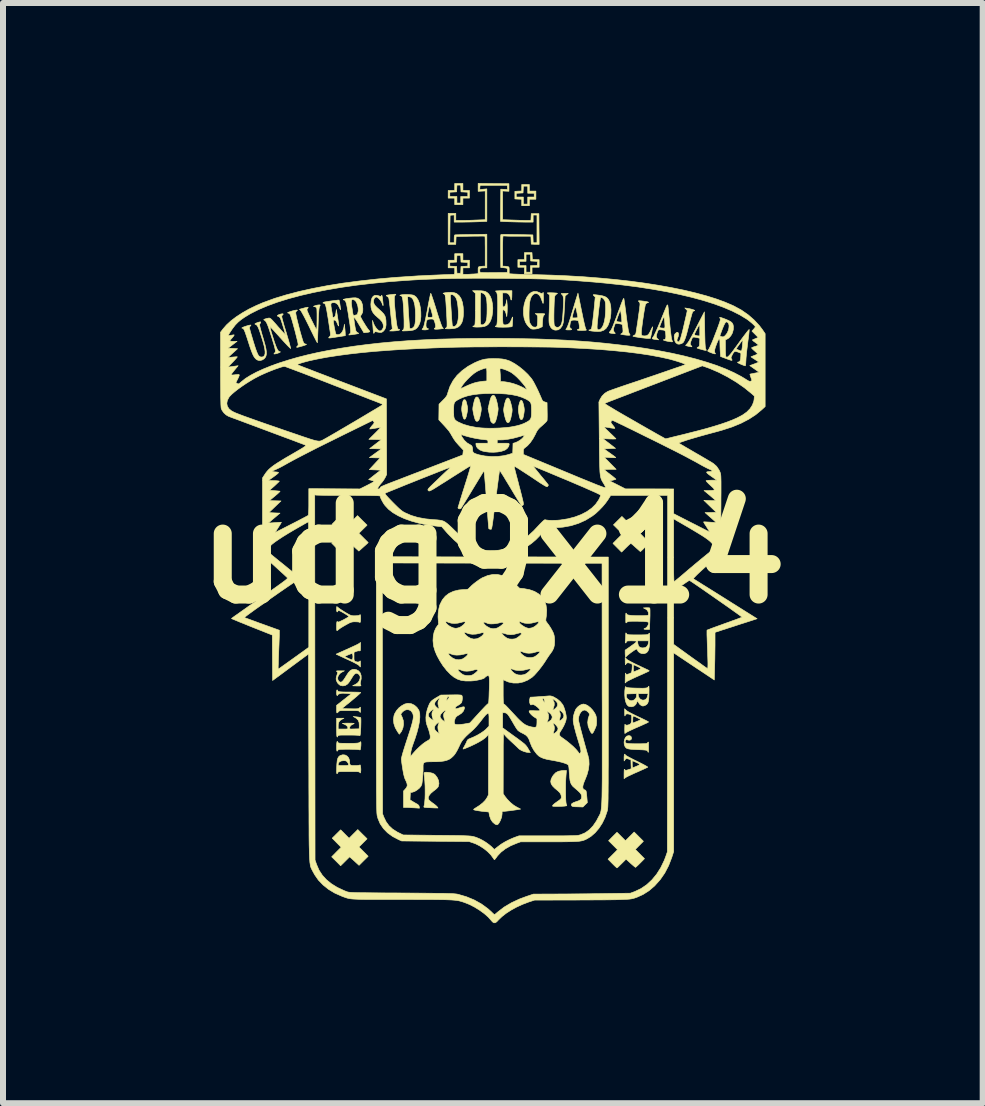
<source format=kicad_pcb>
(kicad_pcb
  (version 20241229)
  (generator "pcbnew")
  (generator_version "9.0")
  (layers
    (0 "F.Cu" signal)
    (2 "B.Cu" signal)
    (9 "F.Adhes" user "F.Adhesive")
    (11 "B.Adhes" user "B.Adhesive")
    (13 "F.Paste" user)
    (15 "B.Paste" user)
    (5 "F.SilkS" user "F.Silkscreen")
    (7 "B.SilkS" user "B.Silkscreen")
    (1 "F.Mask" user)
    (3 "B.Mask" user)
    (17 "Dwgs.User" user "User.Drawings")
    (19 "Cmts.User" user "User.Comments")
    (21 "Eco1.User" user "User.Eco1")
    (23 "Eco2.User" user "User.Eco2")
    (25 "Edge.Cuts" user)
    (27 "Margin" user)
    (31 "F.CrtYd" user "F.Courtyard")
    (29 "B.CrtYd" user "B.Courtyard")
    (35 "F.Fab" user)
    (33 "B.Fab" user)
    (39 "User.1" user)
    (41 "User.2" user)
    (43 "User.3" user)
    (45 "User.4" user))
  (footprint "udg9x14"
    (layer "F.Cu")
    (at 5.16 6.165)
    (property "Reference" "udg9x14" (at 0 0 0) (layer "F.SilkS") (effects (font (size 1.524 1.524) (thickness 0.3))))
    (attr through_hole)
    (fp_poly (pts (xy -2.173 4.681) (xy -2.095 4.758) (xy -2.231 4.894) (xy -2.154 4.971) (xy -2.077 5.049) (xy -2.153 5.124) (xy -2.229 5.2) (xy -2.287 5.147) (xy -2.316 5.12) (xy -2.343 5.096) (xy -2.362 5.079) (xy -2.366 5.076) (xy -2.386 5.058) (xy -2.461 5.133) (xy -2.536 5.207) (xy -2.61 5.132) (xy -2.685 5.058) (xy -2.606 4.978) (xy -2.527 4.899) (xy -2.601 4.824) (xy -2.676 4.748) (xy -2.535 4.608) (xy -2.395 4.749) (xy -2.322 4.676) (xy -2.25 4.604) (xy -2.173 4.681)) (stroke (width 0.01) (type solid)) (fill yes) (layer "F.SilkS"))
    (fp_poly (pts (xy 0.487 -2.537) (xy 0.5 -2.509) (xy 0.513 -2.463) (xy 0.513 -2.461) (xy 0.521 -2.42) (xy 0.524 -2.386) (xy 0.521 -2.352) (xy 0.518 -2.331) (xy 0.512 -2.296) (xy 0.505 -2.265) (xy 0.499 -2.246) (xy 0.486 -2.227) (xy 0.47 -2.224) (xy 0.456 -2.237) (xy 0.455 -2.238) (xy 0.447 -2.26) (xy 0.439 -2.292) (xy 0.432 -2.33) (xy 0.426 -2.365) (xy 0.425 -2.39) (xy 0.426 -2.416) (xy 0.431 -2.45) (xy 0.435 -2.469) (xy 0.447 -2.513) (xy 0.459 -2.539) (xy 0.473 -2.547) (xy 0.487 -2.537)) (stroke (width 0.01) (type solid)) (fill yes) (layer "F.SilkS"))
    (fp_poly (pts (xy -0.458 -2.552) (xy -0.45 -2.54) (xy -0.442 -2.518) (xy -0.433 -2.481) (xy -0.424 -2.443) (xy -0.421 -2.415) (xy -0.421 -2.388) (xy -0.426 -2.355) (xy -0.43 -2.333) (xy -0.441 -2.282) (xy -0.453 -2.249) (xy -0.466 -2.232) (xy -0.479 -2.234) (xy -0.489 -2.248) (xy -0.495 -2.264) (xy -0.502 -2.293) (xy -0.51 -2.328) (xy -0.511 -2.334) (xy -0.518 -2.376) (xy -0.519 -2.408) (xy -0.516 -2.441) (xy -0.512 -2.465) (xy -0.504 -2.508) (xy -0.496 -2.535) (xy -0.489 -2.55) (xy -0.48 -2.556) (xy -0.468 -2.556) (xy -0.458 -2.552)) (stroke (width 0.01) (type solid)) (fill yes) (layer "F.SilkS"))
    (fp_poly (pts (xy 0.027 -2.622) (xy 0.043 -2.596) (xy 0.059 -2.553) (xy 0.074 -2.494) (xy 0.077 -2.477) (xy 0.084 -2.439) (xy 0.088 -2.41) (xy 0.087 -2.384) (xy 0.083 -2.352) (xy 0.077 -2.318) (xy 0.063 -2.254) (xy 0.049 -2.207) (xy 0.035 -2.177) (xy 0.019 -2.163) (xy 0.001 -2.163) (xy -0.018 -2.177) (xy -0.031 -2.193) (xy -0.036 -2.202) (xy -0.038 -2.213) (xy -0.043 -2.238) (xy -0.051 -2.273) (xy -0.058 -2.307) (xy -0.08 -2.404) (xy -0.058 -2.501) (xy -0.045 -2.554) (xy -0.032 -2.592) (xy -0.018 -2.616) (xy -0.002 -2.628) (xy 0.011 -2.631) (xy 0.027 -2.622)) (stroke (width 0.01) (type solid)) (fill yes) (layer "F.SilkS"))
    (fp_poly (pts (xy -0.499 -6.042) (xy -0.39 -6.042) (xy -0.39 -5.915) (xy -0.499 -5.915) (xy -0.499 -5.806) (xy -0.635 -5.806) (xy -0.635 -5.915) (xy -0.744 -5.915) (xy -0.744 -6.013) (xy -0.717 -6.013) (xy -0.717 -5.942) (xy -0.599 -5.942) (xy -0.599 -5.833) (xy -0.535 -5.833) (xy -0.535 -5.942) (xy -0.417 -5.942) (xy -0.417 -6.013) (xy -0.474 -6.016) (xy -0.531 -6.019) (xy -0.533 -6.076) (xy -0.536 -6.132) (xy -0.598 -6.132) (xy -0.601 -6.076) (xy -0.603 -6.019) (xy -0.66 -6.016) (xy -0.717 -6.013) (xy -0.744 -6.013) (xy -0.744 -6.042) (xy -0.635 -6.042) (xy -0.635 -6.159) (xy -0.499 -6.159) (xy -0.499 -6.042)) (stroke (width 0.01) (type solid)) (fill yes) (layer "F.SilkS"))
    (fp_poly (pts (xy 0.273 -2.568) (xy 0.289 -2.533) (xy 0.304 -2.481) (xy 0.308 -2.465) (xy 0.317 -2.426) (xy 0.321 -2.397) (xy 0.321 -2.371) (xy 0.318 -2.342) (xy 0.313 -2.316) (xy 0.302 -2.262) (xy 0.291 -2.223) (xy 0.281 -2.197) (xy 0.27 -2.182) (xy 0.263 -2.177) (xy 0.246 -2.175) (xy 0.233 -2.185) (xy 0.223 -2.202) (xy 0.212 -2.232) (xy 0.201 -2.27) (xy 0.191 -2.311) (xy 0.184 -2.349) (xy 0.18 -2.38) (xy 0.18 -2.386) (xy 0.183 -2.418) (xy 0.19 -2.457) (xy 0.199 -2.497) (xy 0.21 -2.534) (xy 0.22 -2.56) (xy 0.223 -2.565) (xy 0.24 -2.583) (xy 0.257 -2.584) (xy 0.273 -2.568)) (stroke (width 0.01) (type solid)) (fill yes) (layer "F.SilkS"))
    (fp_poly (pts (xy 0.608 -6.032) (xy 0.717 -6.032) (xy 0.717 -5.896) (xy 0.608 -5.896) (xy 0.608 -5.788) (xy 0.481 -5.788) (xy 0.481 -5.896) (xy 0.424 -5.898) (xy 0.367 -5.901) (xy 0.367 -5.995) (xy 0.39 -5.995) (xy 0.39 -5.933) (xy 0.508 -5.933) (xy 0.508 -5.815) (xy 0.581 -5.815) (xy 0.581 -5.933) (xy 0.689 -5.933) (xy 0.689 -5.996) (xy 0.581 -5.996) (xy 0.581 -6.114) (xy 0.509 -6.114) (xy 0.506 -6.057) (xy 0.503 -6.001) (xy 0.447 -5.998) (xy 0.39 -5.995) (xy 0.367 -5.995) (xy 0.367 -6.028) (xy 0.424 -6.031) (xy 0.481 -6.033) (xy 0.481 -6.141) (xy 0.608 -6.141) (xy 0.608 -6.032)) (stroke (width 0.01) (type solid)) (fill yes) (layer "F.SilkS"))
    (fp_poly (pts (xy 0.655 -4.951) (xy 0.658 -4.894) (xy 0.714 -4.891) (xy 0.771 -4.889) (xy 0.771 -4.763) (xy 0.653 -4.763) (xy 0.653 -4.654) (xy 0.526 -4.654) (xy 0.526 -4.763) (xy 0.417 -4.763) (xy 0.417 -4.862) (xy 0.445 -4.862) (xy 0.445 -4.79) (xy 0.553 -4.79) (xy 0.553 -4.681) (xy 0.626 -4.681) (xy 0.626 -4.789) (xy 0.683 -4.792) (xy 0.739 -4.794) (xy 0.745 -4.861) (xy 0.688 -4.864) (xy 0.63 -4.867) (xy 0.628 -4.924) (xy 0.625 -4.98) (xy 0.553 -4.98) (xy 0.553 -4.862) (xy 0.445 -4.862) (xy 0.417 -4.862) (xy 0.417 -4.889) (xy 0.526 -4.889) (xy 0.526 -5.007) (xy 0.652 -5.007) (xy 0.655 -4.951)) (stroke (width 0.01) (type solid)) (fill yes) (layer "F.SilkS"))
    (fp_poly (pts (xy -2.175 -0.546) (xy -2.095 -0.467) (xy -2.232 -0.332) (xy -2.076 -0.176) (xy -2.154 -0.105) (xy -2.232 -0.035) (xy -2.309 -0.105) (xy -2.387 -0.175) (xy -2.461 -0.101) (xy -2.491 -0.072) (xy -2.516 -0.048) (xy -2.533 -0.033) (xy -2.54 -0.027) (xy -2.548 -0.033) (xy -2.566 -0.05) (xy -2.591 -0.074) (xy -2.615 -0.097) (xy -2.685 -0.168) (xy -2.606 -0.247) (xy -2.527 -0.327) (xy -2.68 -0.481) (xy -2.613 -0.549) (xy -2.584 -0.577) (xy -2.559 -0.599) (xy -2.542 -0.613) (xy -2.536 -0.617) (xy -2.526 -0.611) (xy -2.507 -0.595) (xy -2.481 -0.571) (xy -2.461 -0.551) (xy -2.395 -0.486) (xy -2.324 -0.556) (xy -2.254 -0.626) (xy -2.175 -0.546)) (stroke (width 0.01) (type solid)) (fill yes) (layer "F.SilkS"))
    (fp_poly (pts (xy -0.255 -2.6) (xy -0.24 -2.586) (xy -0.227 -2.558) (xy -0.214 -2.514) (xy -0.208 -2.489) (xy -0.199 -2.449) (xy -0.194 -2.419) (xy -0.193 -2.395) (xy -0.195 -2.369) (xy -0.201 -2.336) (xy -0.203 -2.324) (xy -0.215 -2.272) (xy -0.225 -2.236) (xy -0.236 -2.213) (xy -0.249 -2.201) (xy -0.261 -2.197) (xy -0.277 -2.199) (xy -0.289 -2.214) (xy -0.294 -2.224) (xy -0.302 -2.247) (xy -0.312 -2.282) (xy -0.321 -2.321) (xy -0.323 -2.328) (xy -0.33 -2.367) (xy -0.334 -2.396) (xy -0.333 -2.422) (xy -0.328 -2.455) (xy -0.324 -2.476) (xy -0.311 -2.531) (xy -0.299 -2.569) (xy -0.286 -2.592) (xy -0.272 -2.601) (xy -0.271 -2.602) (xy -0.255 -2.6)) (stroke (width 0.01) (type solid)) (fill yes) (layer "F.SilkS"))
    (fp_poly (pts (xy 2.431 4.722) (xy 2.508 4.799) (xy 2.373 4.935) (xy 2.526 5.089) (xy 2.454 5.162) (xy 2.425 5.191) (xy 2.4 5.214) (xy 2.383 5.229) (xy 2.376 5.234) (xy 2.368 5.228) (xy 2.349 5.213) (xy 2.322 5.19) (xy 2.295 5.166) (xy 2.219 5.097) (xy 2.146 5.17) (xy 2.116 5.199) (xy 2.092 5.223) (xy 2.075 5.238) (xy 2.068 5.243) (xy 2.06 5.237) (xy 2.042 5.221) (xy 2.017 5.197) (xy 1.991 5.171) (xy 1.919 5.098) (xy 1.998 5.019) (xy 2.077 4.939) (xy 1.928 4.79) (xy 1.998 4.719) (xy 2.068 4.649) (xy 2.138 4.719) (xy 2.209 4.79) (xy 2.282 4.717) (xy 2.354 4.645) (xy 2.431 4.722)) (stroke (width 0.01) (type solid)) (fill yes) (layer "F.SilkS"))
    (fp_poly (pts (xy 2.51 -0.542) (xy 2.59 -0.463) (xy 2.522 -0.395) (xy 2.454 -0.327) (xy 2.531 -0.249) (xy 2.608 -0.172) (xy 2.535 -0.1) (xy 2.506 -0.071) (xy 2.482 -0.047) (xy 2.465 -0.032) (xy 2.458 -0.027) (xy 2.45 -0.033) (xy 2.432 -0.049) (xy 2.406 -0.072) (xy 2.38 -0.095) (xy 2.349 -0.123) (xy 2.324 -0.145) (xy 2.305 -0.159) (xy 2.298 -0.163) (xy 2.289 -0.157) (xy 2.27 -0.141) (xy 2.245 -0.117) (xy 2.218 -0.091) (xy 2.145 -0.018) (xy 2.001 -0.163) (xy 2.08 -0.243) (xy 2.159 -0.322) (xy 2.009 -0.472) (xy 2.15 -0.612) (xy 2.218 -0.544) (xy 2.286 -0.477) (xy 2.359 -0.549) (xy 2.431 -0.621) (xy 2.51 -0.542)) (stroke (width 0.01) (type solid)) (fill yes) (layer "F.SilkS"))
    (fp_poly (pts (xy -1.615 -4.309) (xy -1.62 -4.301) (xy -1.628 -4.297) (xy -1.635 -4.288) (xy -1.64 -4.268) (xy -1.641 -4.235) (xy -1.64 -4.188) (xy -1.636 -4.127) (xy -1.629 -4.049) (xy -1.62 -3.963) (xy -1.612 -3.89) (xy -1.604 -3.834) (xy -1.598 -3.792) (xy -1.591 -3.762) (xy -1.584 -3.743) (xy -1.576 -3.732) (xy -1.567 -3.729) (xy -1.565 -3.728) (xy -1.553 -3.724) (xy -1.551 -3.721) (xy -1.56 -3.715) (xy -1.582 -3.709) (xy -1.613 -3.705) (xy -1.65 -3.702) (xy -1.677 -3.701) (xy -1.719 -3.702) (xy -1.675 -3.735) (xy -1.701 -3.979) (xy -1.708 -4.044) (xy -1.714 -4.105) (xy -1.721 -4.158) (xy -1.726 -4.201) (xy -1.73 -4.231) (xy -1.732 -4.245) (xy -1.744 -4.266) (xy -1.758 -4.277) (xy -1.774 -4.287) (xy -1.775 -4.294) (xy -1.758 -4.299) (xy -1.726 -4.304) (xy -1.691 -4.308) (xy -1.659 -4.312) (xy -1.644 -4.314) (xy -1.624 -4.314) (xy -1.615 -4.309)) (stroke (width 0.01) (type solid)) (fill yes) (layer "F.SilkS"))
    (fp_poly (pts (xy -2.583 3.146) (xy -2.583 3.147) (xy -2.58 3.155) (xy -2.573 3.16) (xy -2.56 3.164) (xy -2.538 3.166) (xy -2.503 3.167) (xy -2.461 3.167) (xy -2.388 3.168) (xy -2.331 3.168) (xy -2.288 3.166) (xy -2.257 3.164) (xy -2.236 3.16) (xy -2.222 3.155) (xy -2.216 3.15) (xy -2.205 3.14) (xy -2.199 3.145) (xy -2.197 3.165) (xy -2.198 3.202) (xy -2.199 3.215) (xy -2.203 3.25) (xy -2.207 3.269) (xy -2.212 3.277) (xy -2.219 3.277) (xy -2.223 3.275) (xy -2.237 3.272) (xy -2.265 3.27) (xy -2.304 3.268) (xy -2.35 3.267) (xy -2.4 3.266) (xy -2.449 3.266) (xy -2.495 3.267) (xy -2.533 3.268) (xy -2.56 3.27) (xy -2.573 3.273) (xy -2.585 3.287) (xy -2.586 3.291) (xy -2.593 3.298) (xy -2.597 3.297) (xy -2.6 3.284) (xy -2.603 3.259) (xy -2.603 3.227) (xy -2.603 3.194) (xy -2.6 3.164) (xy -2.597 3.144) (xy -2.596 3.14) (xy -2.589 3.135) (xy -2.583 3.146)) (stroke (width 0.01) (type solid)) (fill yes) (layer "F.SilkS"))
    (fp_poly (pts (xy 1.219 3.703) (xy 1.216 3.748) (xy 1.213 3.801) (xy 1.212 3.861) (xy 1.212 3.923) (xy 1.212 3.986) (xy 1.213 4.044) (xy 1.214 4.096) (xy 1.217 4.138) (xy 1.22 4.166) (xy 1.222 4.174) (xy 1.232 4.207) (xy 1.199 4.213) (xy 1.175 4.215) (xy 1.139 4.217) (xy 1.097 4.218) (xy 1.077 4.218) (xy 1.036 4.218) (xy 1.011 4.217) (xy 0.998 4.215) (xy 0.994 4.21) (xy 0.997 4.203) (xy 0.998 4.2) (xy 1.01 4.187) (xy 1.033 4.167) (xy 1.063 4.146) (xy 1.073 4.138) (xy 1.106 4.116) (xy 1.126 4.099) (xy 1.137 4.085) (xy 1.141 4.069) (xy 1.141 4.067) (xy 1.136 4.027) (xy 1.115 3.989) (xy 1.083 3.958) (xy 1.03 3.914) (xy 0.993 3.876) (xy 0.971 3.84) (xy 0.964 3.804) (xy 0.971 3.766) (xy 0.991 3.724) (xy 1.01 3.696) (xy 1.046 3.658) (xy 1.092 3.633) (xy 1.151 3.622) (xy 1.178 3.62) (xy 1.226 3.62) (xy 1.219 3.703)) (stroke (width 0.01) (type solid)) (fill yes) (layer "F.SilkS"))
    (fp_poly (pts (xy -1.078 3.651) (xy -1.045 3.656) (xy -1.007 3.665) (xy -0.981 3.677) (xy -0.961 3.693) (xy -0.959 3.695) (xy -0.925 3.741) (xy -0.904 3.79) (xy -0.898 3.838) (xy -0.907 3.882) (xy -0.911 3.891) (xy -0.924 3.908) (xy -0.948 3.931) (xy -0.978 3.955) (xy -0.987 3.961) (xy -1.034 4.001) (xy -1.063 4.038) (xy -1.076 4.072) (xy -1.073 4.097) (xy -1.061 4.114) (xy -1.037 4.136) (xy -1.005 4.161) (xy -1.003 4.162) (xy -0.972 4.184) (xy -0.946 4.206) (xy -0.93 4.222) (xy -0.927 4.225) (xy -0.914 4.245) (xy -0.967 4.244) (xy -1.005 4.242) (xy -1.051 4.24) (xy -1.087 4.239) (xy -1.122 4.236) (xy -1.142 4.233) (xy -1.149 4.228) (xy -1.149 4.223) (xy -1.141 4.191) (xy -1.135 4.145) (xy -1.13 4.087) (xy -1.128 4.021) (xy -1.128 3.949) (xy -1.129 3.875) (xy -1.133 3.803) (xy -1.139 3.735) (xy -1.142 3.708) (xy -1.145 3.678) (xy -1.145 3.662) (xy -1.139 3.654) (xy -1.128 3.65) (xy -1.108 3.649) (xy -1.078 3.651)) (stroke (width 0.01) (type solid)) (fill yes) (layer "F.SilkS"))
    (fp_poly (pts (xy -3.257 -4.049) (xy -3.256 -4.044) (xy -3.268 -4.036) (xy -3.28 -4.02) (xy -3.284 -4.004) (xy -3.281 -3.984) (xy -3.275 -3.951) (xy -3.265 -3.906) (xy -3.252 -3.853) (xy -3.237 -3.795) (xy -3.222 -3.735) (xy -3.206 -3.676) (xy -3.19 -3.621) (xy -3.176 -3.573) (xy -3.164 -3.535) (xy -3.155 -3.511) (xy -3.151 -3.504) (xy -3.135 -3.488) (xy -3.119 -3.483) (xy -3.105 -3.481) (xy -3.107 -3.476) (xy -3.125 -3.467) (xy -3.155 -3.456) (xy -3.184 -3.448) (xy -3.227 -3.436) (xy -3.254 -3.43) (xy -3.268 -3.43) (xy -3.269 -3.435) (xy -3.26 -3.446) (xy -3.258 -3.448) (xy -3.251 -3.454) (xy -3.246 -3.461) (xy -3.243 -3.47) (xy -3.244 -3.483) (xy -3.247 -3.504) (xy -3.254 -3.536) (xy -3.265 -3.58) (xy -3.276 -3.624) (xy -3.296 -3.703) (xy -3.316 -3.776) (xy -3.334 -3.841) (xy -3.35 -3.897) (xy -3.364 -3.94) (xy -3.375 -3.969) (xy -3.38 -3.98) (xy -3.395 -3.995) (xy -3.408 -4) (xy -3.419 -4.003) (xy -3.415 -4.009) (xy -3.396 -4.017) (xy -3.364 -4.028) (xy -3.335 -4.037) (xy -3.298 -4.046) (xy -3.271 -4.05) (xy -3.257 -4.049)) (stroke (width 0.01) (type solid)) (fill yes) (layer "F.SilkS"))
    (fp_poly (pts (xy 2.286 3.042) (xy 2.304 3.057) (xy 2.304 3.057) (xy 2.311 3.084) (xy 2.303 3.104) (xy 2.284 3.115) (xy 2.258 3.114) (xy 2.246 3.11) (xy 2.223 3.106) (xy 2.209 3.117) (xy 2.204 3.141) (xy 2.207 3.152) (xy 2.216 3.161) (xy 2.233 3.167) (xy 2.261 3.171) (xy 2.301 3.174) (xy 2.357 3.175) (xy 2.403 3.175) (xy 2.461 3.175) (xy 2.504 3.174) (xy 2.534 3.173) (xy 2.554 3.171) (xy 2.566 3.168) (xy 2.574 3.163) (xy 2.58 3.156) (xy 2.58 3.155) (xy 2.587 3.147) (xy 2.591 3.147) (xy 2.593 3.157) (xy 2.594 3.18) (xy 2.594 3.218) (xy 2.594 3.227) (xy 2.594 3.274) (xy 2.593 3.303) (xy 2.59 3.317) (xy 2.587 3.317) (xy 2.581 3.303) (xy 2.581 3.302) (xy 2.577 3.294) (xy 2.568 3.287) (xy 2.553 3.282) (xy 2.529 3.279) (xy 2.493 3.276) (xy 2.444 3.274) (xy 2.39 3.272) (xy 2.33 3.269) (xy 2.286 3.265) (xy 2.253 3.259) (xy 2.23 3.251) (xy 2.214 3.238) (xy 2.202 3.221) (xy 2.201 3.22) (xy 2.189 3.186) (xy 2.186 3.147) (xy 2.193 3.107) (xy 2.207 3.073) (xy 2.228 3.05) (xy 2.231 3.048) (xy 2.26 3.039) (xy 2.286 3.042)) (stroke (width 0.01) (type solid)) (fill yes) (layer "F.SilkS"))
    (fp_poly (pts (xy 3.239 -4.079) (xy 3.27 -4.074) (xy 3.302 -4.066) (xy 3.33 -4.058) (xy 3.352 -4.05) (xy 3.363 -4.043) (xy 3.36 -4.039) (xy 3.359 -4.039) (xy 3.339 -4.031) (xy 3.33 -4.024) (xy 3.325 -4.012) (xy 3.316 -3.985) (xy 3.305 -3.945) (xy 3.291 -3.896) (xy 3.277 -3.839) (xy 3.266 -3.799) (xy 3.245 -3.717) (xy 3.228 -3.651) (xy 3.212 -3.6) (xy 3.198 -3.561) (xy 3.185 -3.533) (xy 3.173 -3.513) (xy 3.163 -3.503) (xy 3.137 -3.489) (xy 3.107 -3.482) (xy 3.081 -3.483) (xy 3.08 -3.484) (xy 3.05 -3.503) (xy 3.032 -3.534) (xy 3.023 -3.581) (xy 3.023 -3.582) (xy 3.021 -3.614) (xy 3.025 -3.635) (xy 3.034 -3.652) (xy 3.041 -3.66) (xy 3.063 -3.678) (xy 3.08 -3.68) (xy 3.091 -3.665) (xy 3.093 -3.645) (xy 3.089 -3.614) (xy 3.08 -3.589) (xy 3.068 -3.558) (xy 3.069 -3.535) (xy 3.08 -3.523) (xy 3.09 -3.521) (xy 3.099 -3.523) (xy 3.107 -3.531) (xy 3.116 -3.548) (xy 3.126 -3.573) (xy 3.136 -3.608) (xy 3.149 -3.656) (xy 3.165 -3.718) (xy 3.183 -3.794) (xy 3.197 -3.856) (xy 3.21 -3.911) (xy 3.221 -3.959) (xy 3.23 -3.998) (xy 3.236 -4.026) (xy 3.238 -4.039) (xy 3.239 -4.04) (xy 3.233 -4.049) (xy 3.218 -4.064) (xy 3.218 -4.065) (xy 3.198 -4.085) (xy 3.239 -4.079)) (stroke (width 0.01) (type solid)) (fill yes) (layer "F.SilkS"))
    (fp_poly (pts (xy 2.607 0.911) (xy 2.614 0.914) (xy 2.616 0.926) (xy 2.618 0.952) (xy 2.618 0.992) (xy 2.618 1.042) (xy 2.616 1.096) (xy 2.61 1.27) (xy 2.561 1.27) (xy 2.532 1.269) (xy 2.518 1.264) (xy 2.517 1.261) (xy 2.531 1.252) (xy 2.535 1.252) (xy 2.551 1.244) (xy 2.569 1.226) (xy 2.585 1.201) (xy 2.594 1.178) (xy 2.594 1.171) (xy 2.593 1.157) (xy 2.587 1.149) (xy 2.572 1.144) (xy 2.543 1.14) (xy 2.539 1.14) (xy 2.507 1.137) (xy 2.464 1.136) (xy 2.414 1.134) (xy 2.366 1.134) (xy 2.318 1.134) (xy 2.283 1.135) (xy 2.261 1.138) (xy 2.246 1.142) (xy 2.236 1.148) (xy 2.232 1.152) (xy 2.223 1.16) (xy 2.218 1.161) (xy 2.215 1.154) (xy 2.214 1.135) (xy 2.214 1.102) (xy 2.214 1.077) (xy 2.214 1.036) (xy 2.215 1.011) (xy 2.217 0.999) (xy 2.221 0.999) (xy 2.225 1.007) (xy 2.233 1.019) (xy 2.245 1.027) (xy 2.266 1.032) (xy 2.301 1.036) (xy 2.304 1.037) (xy 2.342 1.039) (xy 2.391 1.041) (xy 2.444 1.041) (xy 2.481 1.041) (xy 2.527 1.04) (xy 2.558 1.038) (xy 2.577 1.036) (xy 2.587 1.032) (xy 2.591 1.025) (xy 2.593 1.017) (xy 2.589 0.982) (xy 2.571 0.95) (xy 2.541 0.928) (xy 2.508 0.912) (xy 2.557 0.909) (xy 2.586 0.909) (xy 2.607 0.911)) (stroke (width 0.01) (type solid)) (fill yes) (layer "F.SilkS"))
    (fp_poly (pts (xy 2.207 3.36) (xy 2.208 3.362) (xy 2.217 3.369) (xy 2.241 3.384) (xy 2.276 3.403) (xy 2.32 3.426) (xy 2.371 3.452) (xy 2.401 3.466) (xy 2.457 3.494) (xy 2.504 3.518) (xy 2.542 3.539) (xy 2.568 3.554) (xy 2.58 3.563) (xy 2.58 3.565) (xy 2.569 3.571) (xy 2.545 3.582) (xy 2.509 3.599) (xy 2.464 3.619) (xy 2.414 3.642) (xy 2.404 3.646) (xy 2.351 3.669) (xy 2.302 3.692) (xy 2.261 3.711) (xy 2.23 3.727) (xy 2.212 3.737) (xy 2.211 3.738) (xy 2.186 3.756) (xy 2.186 3.672) (xy 2.187 3.634) (xy 2.188 3.611) (xy 2.19 3.601) (xy 2.195 3.601) (xy 2.198 3.605) (xy 2.206 3.615) (xy 2.216 3.617) (xy 2.233 3.614) (xy 2.258 3.606) (xy 2.305 3.591) (xy 2.302 3.515) (xy 2.322 3.515) (xy 2.323 3.545) (xy 2.326 3.566) (xy 2.329 3.574) (xy 2.34 3.571) (xy 2.363 3.562) (xy 2.393 3.55) (xy 2.421 3.537) (xy 2.441 3.526) (xy 2.449 3.52) (xy 2.449 3.52) (xy 2.441 3.512) (xy 2.419 3.499) (xy 2.384 3.483) (xy 2.352 3.469) (xy 2.322 3.456) (xy 2.322 3.515) (xy 2.302 3.515) (xy 2.3 3.443) (xy 2.26 3.429) (xy 2.236 3.421) (xy 2.222 3.421) (xy 2.212 3.429) (xy 2.204 3.438) (xy 2.187 3.461) (xy 2.186 3.404) (xy 2.188 3.371) (xy 2.192 3.351) (xy 2.199 3.347) (xy 2.207 3.36)) (stroke (width 0.01) (type solid)) (fill yes) (layer "F.SilkS"))
    (fp_poly (pts (xy 2.47 -4.203) (xy 2.511 -4.198) (xy 2.556 -4.191) (xy 2.583 -4.185) (xy 2.594 -4.179) (xy 2.588 -4.174) (xy 2.574 -4.171) (xy 2.555 -4.161) (xy 2.543 -4.145) (xy 2.539 -4.131) (xy 2.533 -4.1) (xy 2.525 -4.057) (xy 2.516 -4.004) (xy 2.507 -3.944) (xy 2.498 -3.885) (xy 2.488 -3.809) (xy 2.48 -3.749) (xy 2.475 -3.703) (xy 2.473 -3.67) (xy 2.474 -3.647) (xy 2.479 -3.632) (xy 2.488 -3.624) (xy 2.5 -3.62) (xy 2.516 -3.62) (xy 2.525 -3.619) (xy 2.556 -3.622) (xy 2.579 -3.633) (xy 2.599 -3.653) (xy 2.619 -3.687) (xy 2.63 -3.71) (xy 2.644 -3.74) (xy 2.656 -3.762) (xy 2.662 -3.772) (xy 2.662 -3.772) (xy 2.662 -3.763) (xy 2.658 -3.739) (xy 2.651 -3.705) (xy 2.645 -3.674) (xy 2.625 -3.579) (xy 2.589 -3.577) (xy 2.566 -3.578) (xy 2.53 -3.582) (xy 2.486 -3.587) (xy 2.446 -3.592) (xy 2.404 -3.599) (xy 2.369 -3.605) (xy 2.344 -3.611) (xy 2.334 -3.614) (xy 2.337 -3.62) (xy 2.352 -3.628) (xy 2.371 -3.64) (xy 2.38 -3.653) (xy 2.384 -3.668) (xy 2.389 -3.698) (xy 2.395 -3.739) (xy 2.403 -3.79) (xy 2.412 -3.846) (xy 2.42 -3.905) (xy 2.428 -3.963) (xy 2.436 -4.017) (xy 2.443 -4.066) (xy 2.447 -4.104) (xy 2.45 -4.13) (xy 2.451 -4.135) (xy 2.45 -4.164) (xy 2.442 -4.182) (xy 2.436 -4.187) (xy 2.425 -4.198) (xy 2.426 -4.204) (xy 2.44 -4.205) (xy 2.47 -4.203)) (stroke (width 0.01) (type solid)) (fill yes) (layer "F.SilkS"))
    (fp_poly (pts (xy -2.273 1.941) (xy -2.235 1.962) (xy -2.208 1.996) (xy -2.194 2.04) (xy -2.193 2.092) (xy -2.2 2.124) (xy -2.207 2.158) (xy -2.208 2.179) (xy -2.203 2.192) (xy -2.203 2.192) (xy -2.197 2.203) (xy -2.2 2.209) (xy -2.215 2.212) (xy -2.245 2.212) (xy -2.269 2.212) (xy -2.336 2.209) (xy -2.29 2.186) (xy -2.258 2.166) (xy -2.236 2.142) (xy -2.224 2.121) (xy -2.21 2.081) (xy -2.212 2.049) (xy -2.23 2.021) (xy -2.242 2.012) (xy -2.264 2) (xy -2.285 2.002) (xy -2.308 2.018) (xy -2.332 2.05) (xy -2.353 2.084) (xy -2.375 2.119) (xy -2.397 2.152) (xy -2.416 2.175) (xy -2.421 2.18) (xy -2.457 2.203) (xy -2.499 2.211) (xy -2.541 2.202) (xy -2.548 2.198) (xy -2.578 2.173) (xy -2.595 2.146) (xy -2.607 2.118) (xy -2.611 2.096) (xy -2.609 2.073) (xy -2.6 2.04) (xy -2.597 2.032) (xy -2.589 2.004) (xy -2.586 1.989) (xy -2.59 1.979) (xy -2.599 1.972) (xy -2.605 1.966) (xy -2.602 1.962) (xy -2.587 1.96) (xy -2.558 1.96) (xy -2.544 1.96) (xy -2.472 1.96) (xy -2.512 1.98) (xy -2.546 2.003) (xy -2.571 2.034) (xy -2.584 2.068) (xy -2.584 2.1) (xy -2.57 2.129) (xy -2.567 2.132) (xy -2.548 2.146) (xy -2.53 2.149) (xy -2.511 2.14) (xy -2.489 2.116) (xy -2.463 2.078) (xy -2.44 2.041) (xy -2.407 1.99) (xy -2.375 1.956) (xy -2.342 1.938) (xy -2.307 1.934) (xy -2.273 1.941)) (stroke (width 0.01) (type solid)) (fill yes) (layer "F.SilkS"))
    (fp_poly (pts (xy 2.222 2.618) (xy 2.239 2.631) (xy 2.271 2.65) (xy 2.315 2.673) (xy 2.369 2.7) (xy 2.421 2.725) (xy 2.473 2.749) (xy 2.518 2.771) (xy 2.555 2.789) (xy 2.581 2.803) (xy 2.594 2.811) (xy 2.594 2.812) (xy 2.587 2.817) (xy 2.565 2.829) (xy 2.531 2.844) (xy 2.49 2.863) (xy 2.452 2.88) (xy 2.375 2.913) (xy 2.314 2.941) (xy 2.268 2.963) (xy 2.235 2.98) (xy 2.213 2.993) (xy 2.203 3.002) (xy 2.201 3.005) (xy 2.199 3.001) (xy 2.198 2.983) (xy 2.197 2.953) (xy 2.197 2.926) (xy 2.198 2.89) (xy 2.199 2.863) (xy 2.2 2.85) (xy 2.202 2.851) (xy 2.213 2.864) (xy 2.238 2.865) (xy 2.273 2.856) (xy 2.291 2.846) (xy 2.303 2.829) (xy 2.31 2.802) (xy 2.312 2.771) (xy 2.331 2.771) (xy 2.331 2.83) (xy 2.374 2.813) (xy 2.406 2.8) (xy 2.434 2.788) (xy 2.443 2.784) (xy 2.469 2.772) (xy 2.411 2.743) (xy 2.381 2.728) (xy 2.357 2.717) (xy 2.343 2.713) (xy 2.343 2.713) (xy 2.336 2.719) (xy 2.332 2.741) (xy 2.331 2.771) (xy 2.312 2.771) (xy 2.313 2.762) (xy 2.313 2.738) (xy 2.312 2.712) (xy 2.307 2.698) (xy 2.294 2.689) (xy 2.285 2.686) (xy 2.249 2.677) (xy 2.224 2.679) (xy 2.209 2.693) (xy 2.206 2.701) (xy 2.201 2.711) (xy 2.198 2.709) (xy 2.197 2.692) (xy 2.196 2.66) (xy 2.196 2.658) (xy 2.195 2.591) (xy 2.222 2.618)) (stroke (width 0.01) (type solid)) (fill yes) (layer "F.SilkS"))
    (fp_poly (pts (xy -2.876 -4.134) (xy -2.876 -4.133) (xy -2.879 -4.123) (xy -2.887 -4.104) (xy -2.889 -4.099) (xy -2.893 -4.083) (xy -2.897 -4.056) (xy -2.9 -4.017) (xy -2.904 -3.964) (xy -2.907 -3.896) (xy -2.91 -3.812) (xy -2.911 -3.788) (xy -2.913 -3.719) (xy -2.916 -3.655) (xy -2.918 -3.6) (xy -2.92 -3.556) (xy -2.922 -3.524) (xy -2.923 -3.507) (xy -2.924 -3.505) (xy -2.928 -3.512) (xy -2.94 -3.533) (xy -2.957 -3.567) (xy -2.98 -3.612) (xy -3.006 -3.665) (xy -3.036 -3.725) (xy -3.053 -3.761) (xy -3.085 -3.826) (xy -3.115 -3.886) (xy -3.142 -3.939) (xy -3.166 -3.983) (xy -3.185 -4.017) (xy -3.197 -4.037) (xy -3.201 -4.042) (xy -3.222 -4.063) (xy -3.173 -4.076) (xy -3.127 -4.089) (xy -3.097 -4.095) (xy -3.08 -4.097) (xy -3.076 -4.092) (xy -3.081 -4.082) (xy -3.09 -4.072) (xy -3.095 -4.065) (xy -3.096 -4.057) (xy -3.095 -4.045) (xy -3.088 -4.026) (xy -3.076 -3.999) (xy -3.059 -3.961) (xy -3.034 -3.91) (xy -3.022 -3.886) (xy -2.997 -3.836) (xy -2.975 -3.792) (xy -2.956 -3.756) (xy -2.943 -3.732) (xy -2.936 -3.721) (xy -2.935 -3.72) (xy -2.933 -3.731) (xy -2.932 -3.756) (xy -2.93 -3.793) (xy -2.93 -3.837) (xy -2.929 -3.886) (xy -2.929 -3.936) (xy -2.929 -3.983) (xy -2.93 -4.025) (xy -2.931 -4.057) (xy -2.933 -4.077) (xy -2.934 -4.08) (xy -2.947 -4.098) (xy -2.965 -4.106) (xy -2.989 -4.112) (xy -2.957 -4.124) (xy -2.933 -4.131) (xy -2.907 -4.135) (xy -2.886 -4.136) (xy -2.876 -4.134)) (stroke (width 0.01) (type solid)) (fill yes) (layer "F.SilkS"))
    (fp_poly (pts (xy -2.204 1.559) (xy -2.205 1.594) (xy -2.206 1.615) (xy -2.21 1.625) (xy -2.217 1.628) (xy -2.225 1.627) (xy -2.246 1.627) (xy -2.273 1.635) (xy -2.279 1.637) (xy -2.313 1.651) (xy -2.313 1.722) (xy -2.313 1.758) (xy -2.311 1.78) (xy -2.306 1.793) (xy -2.297 1.8) (xy -2.29 1.804) (xy -2.258 1.813) (xy -2.231 1.811) (xy -2.214 1.798) (xy -2.209 1.794) (xy -2.206 1.803) (xy -2.205 1.828) (xy -2.205 1.839) (xy -2.205 1.868) (xy -2.206 1.888) (xy -2.207 1.895) (xy -2.214 1.888) (xy -2.228 1.873) (xy -2.232 1.869) (xy -2.248 1.857) (xy -2.279 1.84) (xy -2.322 1.817) (xy -2.376 1.791) (xy -2.433 1.765) (xy -2.486 1.741) (xy -2.526 1.722) (xy -2.472 1.722) (xy -2.413 1.75) (xy -2.379 1.765) (xy -2.359 1.774) (xy -2.347 1.776) (xy -2.341 1.773) (xy -2.337 1.764) (xy -2.337 1.764) (xy -2.332 1.741) (xy -2.331 1.714) (xy -2.335 1.69) (xy -2.341 1.675) (xy -2.343 1.673) (xy -2.357 1.674) (xy -2.381 1.682) (xy -2.412 1.695) (xy -2.413 1.695) (xy -2.472 1.722) (xy -2.526 1.722) (xy -2.532 1.72) (xy -2.569 1.702) (xy -2.596 1.69) (xy -2.609 1.683) (xy -2.61 1.682) (xy -2.602 1.678) (xy -2.579 1.668) (xy -2.544 1.652) (xy -2.501 1.633) (xy -2.45 1.61) (xy -2.431 1.602) (xy -2.377 1.577) (xy -2.327 1.554) (xy -2.284 1.534) (xy -2.252 1.518) (xy -2.232 1.507) (xy -2.229 1.505) (xy -2.204 1.487) (xy -2.204 1.559)) (stroke (width 0.01) (type solid)) (fill yes) (layer "F.SilkS"))
    (fp_poly (pts (xy -0.253 -4.372) (xy -0.196 -4.371) (xy -0.153 -4.366) (xy -0.12 -4.357) (xy -0.094 -4.341) (xy -0.07 -4.319) (xy -0.069 -4.318) (xy -0.041 -4.275) (xy -0.02 -4.22) (xy -0.007 -4.155) (xy -0.001 -4.085) (xy -0.004 -4.015) (xy -0.014 -3.947) (xy -0.033 -3.885) (xy -0.05 -3.849) (xy -0.074 -3.816) (xy -0.103 -3.792) (xy -0.14 -3.777) (xy -0.189 -3.769) (xy -0.227 -3.767) (xy -0.268 -3.766) (xy -0.301 -3.768) (xy -0.322 -3.771) (xy -0.327 -3.773) (xy -0.335 -3.781) (xy -0.327 -3.783) (xy -0.324 -3.783) (xy -0.309 -3.79) (xy -0.299 -3.806) (xy -0.297 -3.821) (xy -0.295 -3.852) (xy -0.293 -3.896) (xy -0.291 -3.951) (xy -0.291 -4.014) (xy -0.29 -4.046) (xy -0.209 -4.046) (xy -0.208 -3.988) (xy -0.208 -3.934) (xy -0.207 -3.886) (xy -0.206 -3.849) (xy -0.205 -3.824) (xy -0.203 -3.815) (xy -0.19 -3.803) (xy -0.169 -3.804) (xy -0.148 -3.815) (xy -0.13 -3.832) (xy -0.116 -3.856) (xy -0.106 -3.889) (xy -0.1 -3.933) (xy -0.097 -3.991) (xy -0.096 -4.065) (xy -0.096 -4.069) (xy -0.097 -4.143) (xy -0.101 -4.201) (xy -0.107 -4.246) (xy -0.117 -4.279) (xy -0.13 -4.303) (xy -0.148 -4.32) (xy -0.163 -4.329) (xy -0.184 -4.338) (xy -0.199 -4.34) (xy -0.201 -4.34) (xy -0.203 -4.33) (xy -0.205 -4.305) (xy -0.206 -4.267) (xy -0.207 -4.219) (xy -0.208 -4.165) (xy -0.208 -4.106) (xy -0.209 -4.046) (xy -0.29 -4.046) (xy -0.29 -4.079) (xy -0.29 -4.328) (xy -0.314 -4.35) (xy -0.338 -4.372) (xy -0.253 -4.372)) (stroke (width 0.01) (type solid)) (fill yes) (layer "F.SilkS"))
    (fp_poly (pts (xy -2.591 0.895) (xy -2.575 0.908) (xy -2.573 0.909) (xy -2.557 0.922) (xy -2.529 0.941) (xy -2.493 0.964) (xy -2.457 0.987) (xy -2.417 1.01) (xy -2.388 1.026) (xy -2.365 1.036) (xy -2.345 1.041) (xy -2.323 1.043) (xy -2.298 1.043) (xy -2.256 1.041) (xy -2.229 1.036) (xy -2.22 1.03) (xy -2.211 1.024) (xy -2.206 1.029) (xy -2.203 1.049) (xy -2.203 1.055) (xy -2.202 1.086) (xy -2.203 1.116) (xy -2.206 1.14) (xy -2.211 1.154) (xy -2.216 1.154) (xy -2.216 1.154) (xy -2.23 1.147) (xy -2.261 1.144) (xy -2.29 1.143) (xy -2.318 1.143) (xy -2.341 1.146) (xy -2.362 1.151) (xy -2.387 1.161) (xy -2.419 1.178) (xy -2.455 1.198) (xy -2.495 1.221) (xy -2.531 1.243) (xy -2.558 1.262) (xy -2.573 1.274) (xy -2.588 1.288) (xy -2.598 1.291) (xy -2.598 1.291) (xy -2.601 1.279) (xy -2.603 1.254) (xy -2.603 1.223) (xy -2.603 1.191) (xy -2.601 1.163) (xy -2.598 1.144) (xy -2.595 1.139) (xy -2.585 1.141) (xy -2.583 1.145) (xy -2.574 1.147) (xy -2.553 1.141) (xy -2.518 1.124) (xy -2.489 1.11) (xy -2.453 1.09) (xy -2.423 1.073) (xy -2.404 1.061) (xy -2.397 1.055) (xy -2.404 1.048) (xy -2.422 1.035) (xy -2.449 1.018) (xy -2.48 0.999) (xy -2.511 0.981) (xy -2.539 0.966) (xy -2.56 0.957) (xy -2.56 0.957) (xy -2.576 0.957) (xy -2.582 0.965) (xy -2.59 0.979) (xy -2.597 0.976) (xy -2.602 0.959) (xy -2.603 0.934) (xy -2.603 0.908) (xy -2.601 0.892) (xy -2.599 0.889) (xy -2.591 0.895)) (stroke (width 0.01) (type solid)) (fill yes) (layer "F.SilkS"))
    (fp_poly (pts (xy -2.461 3.362) (xy -2.428 3.38) (xy -2.402 3.41) (xy -2.388 3.449) (xy -2.386 3.471) (xy -2.385 3.502) (xy -2.379 3.522) (xy -2.366 3.532) (xy -2.342 3.537) (xy -2.304 3.538) (xy -2.3 3.538) (xy -2.265 3.537) (xy -2.236 3.534) (xy -2.218 3.53) (xy -2.216 3.528) (xy -2.21 3.528) (xy -2.205 3.544) (xy -2.201 3.572) (xy -2.199 3.603) (xy -2.2 3.63) (xy -2.203 3.651) (xy -2.208 3.661) (xy -2.214 3.657) (xy -2.216 3.653) (xy -2.22 3.647) (xy -2.228 3.644) (xy -2.243 3.641) (xy -2.268 3.639) (xy -2.304 3.638) (xy -2.354 3.638) (xy -2.4 3.638) (xy -2.461 3.638) (xy -2.506 3.638) (xy -2.538 3.639) (xy -2.56 3.641) (xy -2.572 3.644) (xy -2.579 3.648) (xy -2.582 3.654) (xy -2.583 3.656) (xy -2.59 3.671) (xy -2.597 3.674) (xy -2.601 3.665) (xy -2.603 3.638) (xy -2.602 3.593) (xy -2.601 3.557) (xy -2.599 3.517) (xy -2.576 3.517) (xy -2.575 3.527) (xy -2.571 3.533) (xy -2.559 3.536) (xy -2.536 3.538) (xy -2.5 3.538) (xy -2.49 3.538) (xy -2.45 3.538) (xy -2.425 3.536) (xy -2.411 3.533) (xy -2.405 3.528) (xy -2.404 3.521) (xy -2.409 3.502) (xy -2.422 3.481) (xy -2.423 3.48) (xy -2.437 3.465) (xy -2.455 3.458) (xy -2.483 3.456) (xy -2.488 3.456) (xy -2.528 3.462) (xy -2.558 3.478) (xy -2.574 3.502) (xy -2.576 3.517) (xy -2.599 3.517) (xy -2.597 3.496) (xy -2.592 3.451) (xy -2.583 3.418) (xy -2.571 3.395) (xy -2.554 3.378) (xy -2.54 3.37) (xy -2.5 3.358) (xy -2.461 3.362)) (stroke (width 0.01) (type solid)) (fill yes) (layer "F.SilkS"))
    (fp_poly (pts (xy 1.707 -4.305) (xy 1.741 -4.301) (xy 1.769 -4.297) (xy 1.822 -4.288) (xy 1.86 -4.277) (xy 1.888 -4.263) (xy 1.911 -4.244) (xy 1.929 -4.219) (xy 1.95 -4.176) (xy 1.963 -4.12) (xy 1.968 -4.056) (xy 1.966 -3.987) (xy 1.957 -3.917) (xy 1.94 -3.851) (xy 1.918 -3.793) (xy 1.887 -3.746) (xy 1.849 -3.715) (xy 1.801 -3.697) (xy 1.747 -3.693) (xy 1.708 -3.695) (xy 1.67 -3.698) (xy 1.644 -3.701) (xy 1.618 -3.706) (xy 1.602 -3.712) (xy 1.599 -3.717) (xy 1.61 -3.719) (xy 1.613 -3.719) (xy 1.633 -3.727) (xy 1.641 -3.736) (xy 1.647 -3.754) (xy 1.647 -3.757) (xy 1.737 -3.757) (xy 1.738 -3.742) (xy 1.741 -3.734) (xy 1.742 -3.733) (xy 1.758 -3.721) (xy 1.777 -3.723) (xy 1.794 -3.733) (xy 1.82 -3.761) (xy 1.842 -3.805) (xy 1.859 -3.864) (xy 1.871 -3.935) (xy 1.877 -4.016) (xy 1.879 -4.068) (xy 1.878 -4.121) (xy 1.876 -4.159) (xy 1.872 -4.186) (xy 1.866 -4.205) (xy 1.865 -4.208) (xy 1.848 -4.232) (xy 1.828 -4.251) (xy 1.809 -4.26) (xy 1.795 -4.257) (xy 1.792 -4.246) (xy 1.787 -4.219) (xy 1.781 -4.179) (xy 1.774 -4.129) (xy 1.766 -4.069) (xy 1.759 -4.004) (xy 1.758 -3.997) (xy 1.75 -3.921) (xy 1.743 -3.86) (xy 1.739 -3.814) (xy 1.737 -3.78) (xy 1.737 -3.757) (xy 1.647 -3.757) (xy 1.653 -3.789) (xy 1.661 -3.841) (xy 1.669 -3.909) (xy 1.679 -3.992) (xy 1.689 -4.09) (xy 1.692 -4.123) (xy 1.706 -4.268) (xy 1.687 -4.284) (xy 1.674 -4.297) (xy 1.672 -4.305) (xy 1.682 -4.306) (xy 1.707 -4.305)) (stroke (width 0.01) (type solid)) (fill yes) (layer "F.SilkS"))
    (fp_poly (pts (xy -2.268 2.727) (xy -2.236 2.731) (xy -2.212 2.735) (xy -2.201 2.74) (xy -2.199 2.751) (xy -2.198 2.777) (xy -2.198 2.815) (xy -2.199 2.861) (xy -2.2 2.898) (xy -2.203 2.958) (xy -2.206 3.001) (xy -2.21 3.027) (xy -2.213 3.039) (xy -2.216 3.04) (xy -2.23 3.036) (xy -2.26 3.033) (xy -2.307 3.031) (xy -2.369 3.03) (xy -2.401 3.03) (xy -2.462 3.03) (xy -2.507 3.03) (xy -2.538 3.031) (xy -2.559 3.033) (xy -2.572 3.036) (xy -2.579 3.04) (xy -2.583 3.046) (xy -2.584 3.049) (xy -2.59 3.063) (xy -2.595 3.059) (xy -2.597 3.053) (xy -2.6 3.039) (xy -2.601 3.01) (xy -2.603 2.97) (xy -2.603 2.923) (xy -2.603 2.893) (xy -2.603 2.749) (xy -2.481 2.749) (xy -2.514 2.767) (xy -2.547 2.789) (xy -2.566 2.815) (xy -2.575 2.85) (xy -2.576 2.878) (xy -2.576 2.93) (xy -2.495 2.93) (xy -2.455 2.93) (xy -2.43 2.928) (xy -2.418 2.924) (xy -2.413 2.918) (xy -2.413 2.916) (xy -2.421 2.888) (xy -2.445 2.865) (xy -2.469 2.852) (xy -2.508 2.835) (xy -2.456 2.832) (xy -2.415 2.831) (xy -2.37 2.832) (xy -2.352 2.832) (xy -2.323 2.834) (xy -2.31 2.836) (xy -2.311 2.84) (xy -2.325 2.846) (xy -2.327 2.847) (xy -2.364 2.868) (xy -2.383 2.893) (xy -2.386 2.909) (xy -2.385 2.919) (xy -2.381 2.926) (xy -2.369 2.929) (xy -2.346 2.929) (xy -2.309 2.928) (xy -2.306 2.928) (xy -2.227 2.926) (xy -2.225 2.871) (xy -2.228 2.821) (xy -2.244 2.782) (xy -2.274 2.751) (xy -2.292 2.74) (xy -2.327 2.721) (xy -2.268 2.727)) (stroke (width 0.01) (type solid)) (fill yes) (layer "F.SilkS"))
    (fp_poly (pts (xy -1.396 -4.307) (xy -1.356 -4.304) (xy -1.327 -4.299) (xy -1.315 -4.295) (xy -1.277 -4.266) (xy -1.246 -4.22) (xy -1.222 -4.16) (xy -1.207 -4.087) (xy -1.2 -4.019) (xy -1.199 -3.942) (xy -1.205 -3.879) (xy -1.219 -3.827) (xy -1.241 -3.782) (xy -1.242 -3.781) (xy -1.265 -3.751) (xy -1.292 -3.73) (xy -1.326 -3.716) (xy -1.372 -3.708) (xy -1.429 -3.704) (xy -1.47 -3.703) (xy -1.495 -3.702) (xy -1.507 -3.704) (xy -1.508 -3.708) (xy -1.502 -3.714) (xy -1.499 -3.716) (xy -1.49 -3.723) (xy -1.484 -3.734) (xy -1.481 -3.75) (xy -1.479 -3.776) (xy -1.479 -3.816) (xy -1.479 -3.829) (xy -1.479 -3.873) (xy -1.481 -3.929) (xy -1.483 -3.991) (xy -1.486 -4.055) (xy -1.488 -4.089) (xy -1.493 -4.156) (xy -1.498 -4.207) (xy -1.504 -4.243) (xy -1.511 -4.268) (xy -1.514 -4.274) (xy -1.421 -4.274) (xy -1.417 -4.216) (xy -1.412 -4.123) (xy -1.407 -4.036) (xy -1.402 -3.958) (xy -1.397 -3.89) (xy -1.393 -3.833) (xy -1.389 -3.789) (xy -1.386 -3.76) (xy -1.384 -3.747) (xy -1.384 -3.747) (xy -1.369 -3.738) (xy -1.347 -3.745) (xy -1.331 -3.756) (xy -1.315 -3.772) (xy -1.303 -3.794) (xy -1.296 -3.824) (xy -1.291 -3.866) (xy -1.289 -3.921) (xy -1.288 -3.962) (xy -1.291 -4.056) (xy -1.3 -4.132) (xy -1.315 -4.192) (xy -1.335 -4.236) (xy -1.361 -4.262) (xy -1.389 -4.271) (xy -1.421 -4.274) (xy -1.514 -4.274) (xy -1.52 -4.283) (xy -1.532 -4.29) (xy -1.54 -4.291) (xy -1.549 -4.293) (xy -1.543 -4.298) (xy -1.538 -4.3) (xy -1.515 -4.305) (xy -1.48 -4.308) (xy -1.439 -4.309) (xy -1.396 -4.307)) (stroke (width 0.01) (type solid)) (fill yes) (layer "F.SilkS"))
    (fp_poly (pts (xy 3.529 -3.722) (xy 3.531 -3.629) (xy 3.533 -3.554) (xy 3.535 -3.495) (xy 3.538 -3.451) (xy 3.541 -3.422) (xy 3.544 -3.406) (xy 3.545 -3.405) (xy 3.553 -3.389) (xy 3.556 -3.38) (xy 3.551 -3.377) (xy 3.536 -3.379) (xy 3.508 -3.385) (xy 3.472 -3.395) (xy 3.439 -3.404) (xy 3.415 -3.412) (xy 3.402 -3.418) (xy 3.402 -3.419) (xy 3.409 -3.426) (xy 3.422 -3.434) (xy 3.433 -3.44) (xy 3.439 -3.451) (xy 3.443 -3.471) (xy 3.445 -3.504) (xy 3.445 -3.511) (xy 3.448 -3.58) (xy 3.401 -3.591) (xy 3.366 -3.598) (xy 3.344 -3.6) (xy 3.33 -3.594) (xy 3.319 -3.579) (xy 3.312 -3.563) (xy 3.297 -3.523) (xy 3.289 -3.496) (xy 3.29 -3.477) (xy 3.298 -3.462) (xy 3.304 -3.457) (xy 3.316 -3.444) (xy 3.315 -3.439) (xy 3.308 -3.438) (xy 3.292 -3.44) (xy 3.269 -3.444) (xy 3.243 -3.45) (xy 3.222 -3.456) (xy 3.212 -3.46) (xy 3.211 -3.461) (xy 3.217 -3.468) (xy 3.231 -3.484) (xy 3.241 -3.495) (xy 3.252 -3.511) (xy 3.271 -3.54) (xy 3.295 -3.582) (xy 3.323 -3.633) (xy 3.328 -3.642) (xy 3.356 -3.642) (xy 3.364 -3.634) (xy 3.384 -3.627) (xy 3.408 -3.621) (xy 3.422 -3.62) (xy 3.447 -3.619) (xy 3.447 -3.715) (xy 3.447 -3.754) (xy 3.446 -3.785) (xy 3.444 -3.805) (xy 3.443 -3.81) (xy 3.437 -3.803) (xy 3.426 -3.783) (xy 3.411 -3.755) (xy 3.395 -3.724) (xy 3.379 -3.692) (xy 3.366 -3.666) (xy 3.358 -3.647) (xy 3.356 -3.642) (xy 3.328 -3.642) (xy 3.354 -3.69) (xy 3.387 -3.753) (xy 3.397 -3.773) (xy 3.524 -4.02) (xy 3.529 -3.722)) (stroke (width 0.01) (type solid)) (fill yes) (layer "F.SilkS"))
    (fp_poly (pts (xy 2.225 1.762) (xy 2.242 1.776) (xy 2.276 1.796) (xy 2.325 1.822) (xy 2.389 1.854) (xy 2.422 1.869) (xy 2.474 1.894) (xy 2.521 1.916) (xy 2.559 1.934) (xy 2.587 1.947) (xy 2.601 1.955) (xy 2.603 1.956) (xy 2.604 1.959) (xy 2.601 1.963) (xy 2.593 1.968) (xy 2.576 1.977) (xy 2.549 1.989) (xy 2.511 2.007) (xy 2.459 2.03) (xy 2.421 2.047) (xy 2.367 2.071) (xy 2.318 2.094) (xy 2.277 2.114) (xy 2.245 2.13) (xy 2.227 2.141) (xy 2.225 2.143) (xy 2.204 2.162) (xy 2.205 2.072) (xy 2.206 2.03) (xy 2.208 2.006) (xy 2.211 1.998) (xy 2.214 2.003) (xy 2.219 2.015) (xy 2.225 2.021) (xy 2.236 2.02) (xy 2.257 2.013) (xy 2.27 2.009) (xy 2.295 1.999) (xy 2.308 1.988) (xy 2.314 1.97) (xy 2.317 1.953) (xy 2.32 1.92) (xy 2.34 1.92) (xy 2.341 1.953) (xy 2.345 1.971) (xy 2.351 1.975) (xy 2.352 1.975) (xy 2.366 1.969) (xy 2.391 1.959) (xy 2.415 1.949) (xy 2.442 1.937) (xy 2.461 1.926) (xy 2.467 1.92) (xy 2.46 1.914) (xy 2.441 1.904) (xy 2.415 1.89) (xy 2.387 1.877) (xy 2.363 1.866) (xy 2.347 1.86) (xy 2.344 1.86) (xy 2.342 1.868) (xy 2.341 1.89) (xy 2.34 1.92) (xy 2.32 1.92) (xy 2.32 1.919) (xy 2.322 1.885) (xy 2.322 1.878) (xy 2.321 1.856) (xy 2.312 1.844) (xy 2.293 1.835) (xy 2.287 1.833) (xy 2.253 1.825) (xy 2.23 1.831) (xy 2.215 1.85) (xy 2.214 1.853) (xy 2.209 1.859) (xy 2.207 1.85) (xy 2.205 1.826) (xy 2.205 1.805) (xy 2.204 1.737) (xy 2.225 1.762)) (stroke (width 0.01) (type solid)) (fill yes) (layer "F.SilkS"))
    (fp_poly (pts (xy -0.645 -4.339) (xy -0.607 -4.327) (xy -0.604 -4.325) (xy -0.563 -4.291) (xy -0.53 -4.242) (xy -0.507 -4.178) (xy -0.494 -4.101) (xy -0.49 -4.018) (xy -0.493 -3.946) (xy -0.501 -3.889) (xy -0.516 -3.843) (xy -0.539 -3.805) (xy -0.549 -3.792) (xy -0.577 -3.768) (xy -0.61 -3.752) (xy -0.652 -3.742) (xy -0.706 -3.738) (xy -0.732 -3.737) (xy -0.767 -3.738) (xy -0.786 -3.739) (xy -0.792 -3.742) (xy -0.788 -3.747) (xy -0.781 -3.752) (xy -0.773 -3.758) (xy -0.767 -3.766) (xy -0.764 -3.777) (xy -0.763 -3.795) (xy -0.763 -3.824) (xy -0.764 -3.865) (xy -0.766 -3.904) (xy -0.77 -3.98) (xy -0.774 -4.052) (xy -0.778 -4.12) (xy -0.782 -4.181) (xy -0.786 -4.231) (xy -0.79 -4.27) (xy -0.792 -4.282) (xy -0.708 -4.282) (xy -0.707 -4.26) (xy -0.705 -4.225) (xy -0.703 -4.179) (xy -0.7 -4.126) (xy -0.696 -4.069) (xy -0.692 -4.009) (xy -0.688 -3.952) (xy -0.685 -3.899) (xy -0.681 -3.853) (xy -0.678 -3.817) (xy -0.676 -3.795) (xy -0.675 -3.79) (xy -0.663 -3.776) (xy -0.641 -3.776) (xy -0.625 -3.784) (xy -0.604 -3.805) (xy -0.588 -3.843) (xy -0.578 -3.897) (xy -0.575 -3.926) (xy -0.573 -3.971) (xy -0.575 -4.026) (xy -0.579 -4.084) (xy -0.585 -4.14) (xy -0.593 -4.189) (xy -0.601 -4.221) (xy -0.616 -4.256) (xy -0.639 -4.286) (xy -0.665 -4.304) (xy -0.684 -4.309) (xy -0.701 -4.306) (xy -0.707 -4.294) (xy -0.708 -4.282) (xy -0.792 -4.282) (xy -0.794 -4.293) (xy -0.794 -4.297) (xy -0.807 -4.315) (xy -0.82 -4.323) (xy -0.829 -4.327) (xy -0.825 -4.331) (xy -0.805 -4.336) (xy -0.803 -4.337) (xy -0.748 -4.344) (xy -0.694 -4.345) (xy -0.645 -4.339)) (stroke (width 0.01) (type solid)) (fill yes) (layer "F.SilkS"))
    (fp_poly (pts (xy -2.586 2.284) (xy -2.585 2.289) (xy -2.583 2.297) (xy -2.575 2.303) (xy -2.559 2.307) (xy -2.534 2.31) (xy -2.496 2.312) (xy -2.445 2.313) (xy -2.377 2.313) (xy -2.375 2.313) (xy -2.321 2.314) (xy -2.274 2.315) (xy -2.236 2.316) (xy -2.211 2.318) (xy -2.201 2.321) (xy -2.201 2.321) (xy -2.206 2.329) (xy -2.224 2.346) (xy -2.252 2.371) (xy -2.288 2.402) (xy -2.331 2.438) (xy -2.356 2.459) (xy -2.517 2.59) (xy -2.377 2.592) (xy -2.323 2.593) (xy -2.285 2.593) (xy -2.259 2.592) (xy -2.242 2.59) (xy -2.231 2.586) (xy -2.224 2.579) (xy -2.22 2.576) (xy -2.211 2.566) (xy -2.207 2.565) (xy -2.205 2.578) (xy -2.204 2.605) (xy -2.204 2.609) (xy -2.205 2.638) (xy -2.206 2.651) (xy -2.21 2.652) (xy -2.218 2.642) (xy -2.218 2.642) (xy -2.224 2.635) (xy -2.232 2.629) (xy -2.244 2.626) (xy -2.262 2.624) (xy -2.291 2.622) (xy -2.332 2.622) (xy -2.389 2.622) (xy -2.395 2.622) (xy -2.453 2.622) (xy -2.495 2.622) (xy -2.525 2.623) (xy -2.545 2.625) (xy -2.557 2.629) (xy -2.566 2.634) (xy -2.572 2.641) (xy -2.574 2.644) (xy -2.588 2.658) (xy -2.597 2.661) (xy -2.598 2.661) (xy -2.601 2.649) (xy -2.603 2.625) (xy -2.603 2.595) (xy -2.603 2.535) (xy -2.481 2.439) (xy -2.359 2.343) (xy -2.431 2.336) (xy -2.468 2.334) (xy -2.498 2.333) (xy -2.517 2.334) (xy -2.52 2.334) (xy -2.541 2.34) (xy -2.56 2.344) (xy -2.579 2.353) (xy -2.585 2.364) (xy -2.59 2.373) (xy -2.594 2.372) (xy -2.6 2.361) (xy -2.603 2.337) (xy -2.603 2.322) (xy -2.602 2.296) (xy -2.598 2.28) (xy -2.594 2.277) (xy -2.586 2.284)) (stroke (width 0.01) (type solid)) (fill yes) (layer "F.SilkS"))
    (fp_poly (pts (xy -1.846 -4.288) (xy -1.841 -4.262) (xy -1.836 -4.223) (xy -1.83 -4.172) (xy -1.827 -4.139) (xy -1.828 -4.124) (xy -1.832 -4.126) (xy -1.84 -4.146) (xy -1.842 -4.154) (xy -1.856 -4.185) (xy -1.876 -4.215) (xy -1.899 -4.241) (xy -1.922 -4.26) (xy -1.941 -4.268) (xy -1.947 -4.267) (xy -1.972 -4.251) (xy -1.984 -4.222) (xy -1.987 -4.196) (xy -1.984 -4.17) (xy -1.976 -4.147) (xy -1.959 -4.123) (xy -1.932 -4.095) (xy -1.893 -4.059) (xy -1.89 -4.057) (xy -1.848 -4.018) (xy -1.818 -3.986) (xy -1.798 -3.954) (xy -1.787 -3.92) (xy -1.781 -3.879) (xy -1.78 -3.859) (xy -1.779 -3.802) (xy -1.786 -3.758) (xy -1.801 -3.724) (xy -1.824 -3.698) (xy -1.826 -3.696) (xy -1.843 -3.684) (xy -1.86 -3.677) (xy -1.882 -3.677) (xy -1.913 -3.682) (xy -1.943 -3.688) (xy -1.963 -3.69) (xy -1.973 -3.68) (xy -1.976 -3.673) (xy -1.981 -3.662) (xy -1.985 -3.664) (xy -1.989 -3.682) (xy -1.989 -3.688) (xy -1.993 -3.714) (xy -1.996 -3.752) (xy -1.999 -3.792) (xy -2 -3.801) (xy -2.005 -3.878) (xy -1.986 -3.825) (xy -1.969 -3.788) (xy -1.946 -3.754) (xy -1.921 -3.725) (xy -1.897 -3.706) (xy -1.88 -3.701) (xy -1.858 -3.709) (xy -1.839 -3.73) (xy -1.826 -3.758) (xy -1.823 -3.78) (xy -1.829 -3.82) (xy -1.848 -3.858) (xy -1.882 -3.896) (xy -1.91 -3.92) (xy -1.96 -3.964) (xy -1.995 -4.005) (xy -2.017 -4.048) (xy -2.029 -4.094) (xy -2.032 -4.147) (xy -2.027 -4.205) (xy -2.014 -4.25) (xy -1.993 -4.28) (xy -1.964 -4.296) (xy -1.929 -4.295) (xy -1.925 -4.294) (xy -1.898 -4.286) (xy -1.878 -4.279) (xy -1.876 -4.278) (xy -1.863 -4.278) (xy -1.854 -4.292) (xy -1.85 -4.297) (xy -1.846 -4.288)) (stroke (width 0.01) (type solid)) (fill yes) (layer "F.SilkS"))
    (fp_poly (pts (xy 2.6 2.221) (xy 2.601 2.24) (xy 2.602 2.272) (xy 2.601 2.32) (xy 2.601 2.331) (xy 2.599 2.395) (xy 2.595 2.443) (xy 2.588 2.478) (xy 2.577 2.503) (xy 2.562 2.52) (xy 2.541 2.533) (xy 2.533 2.537) (xy 2.509 2.545) (xy 2.491 2.545) (xy 2.472 2.537) (xy 2.446 2.517) (xy 2.427 2.489) (xy 2.41 2.454) (xy 2.401 2.481) (xy 2.381 2.521) (xy 2.352 2.547) (xy 2.315 2.558) (xy 2.309 2.558) (xy 2.28 2.555) (xy 2.256 2.547) (xy 2.253 2.545) (xy 2.231 2.519) (xy 2.214 2.479) (xy 2.202 2.427) (xy 2.198 2.375) (xy 2.224 2.375) (xy 2.226 2.399) (xy 2.239 2.421) (xy 2.248 2.431) (xy 2.282 2.454) (xy 2.316 2.459) (xy 2.351 2.446) (xy 2.368 2.432) (xy 2.388 2.405) (xy 2.395 2.375) (xy 2.395 2.373) (xy 2.395 2.34) (xy 2.422 2.34) (xy 2.422 2.366) (xy 2.43 2.398) (xy 2.45 2.426) (xy 2.471 2.44) (xy 2.496 2.448) (xy 2.52 2.446) (xy 2.534 2.441) (xy 2.556 2.427) (xy 2.57 2.404) (xy 2.58 2.37) (xy 2.587 2.34) (xy 2.422 2.34) (xy 2.395 2.34) (xy 2.395 2.34) (xy 2.311 2.342) (xy 2.227 2.345) (xy 2.224 2.375) (xy 2.198 2.375) (xy 2.197 2.366) (xy 2.198 2.299) (xy 2.2 2.277) (xy 2.204 2.244) (xy 2.207 2.227) (xy 2.212 2.223) (xy 2.217 2.228) (xy 2.224 2.234) (xy 2.236 2.238) (xy 2.256 2.241) (xy 2.286 2.244) (xy 2.329 2.246) (xy 2.383 2.248) (xy 2.448 2.249) (xy 2.497 2.25) (xy 2.533 2.248) (xy 2.558 2.245) (xy 2.574 2.24) (xy 2.585 2.232) (xy 2.592 2.221) (xy 2.593 2.22) (xy 2.597 2.216) (xy 2.6 2.221)) (stroke (width 0.01) (type solid)) (fill yes) (layer "F.SilkS"))
    (fp_poly (pts (xy 0.732 -4.358) (xy 0.772 -4.342) (xy 0.802 -4.329) (xy 0.821 -4.326) (xy 0.833 -4.336) (xy 0.837 -4.345) (xy 0.839 -4.342) (xy 0.841 -4.324) (xy 0.842 -4.294) (xy 0.843 -4.255) (xy 0.843 -4.215) (xy 0.841 -4.184) (xy 0.839 -4.164) (xy 0.836 -4.16) (xy 0.83 -4.173) (xy 0.821 -4.197) (xy 0.813 -4.22) (xy 0.794 -4.268) (xy 0.769 -4.302) (xy 0.74 -4.322) (xy 0.709 -4.327) (xy 0.679 -4.315) (xy 0.662 -4.3) (xy 0.641 -4.271) (xy 0.625 -4.232) (xy 0.614 -4.182) (xy 0.607 -4.119) (xy 0.604 -4.041) (xy 0.603 -4.005) (xy 0.603 -3.95) (xy 0.604 -3.909) (xy 0.606 -3.88) (xy 0.609 -3.858) (xy 0.614 -3.841) (xy 0.622 -3.826) (xy 0.624 -3.822) (xy 0.647 -3.788) (xy 0.672 -3.769) (xy 0.7 -3.765) (xy 0.719 -3.766) (xy 0.731 -3.773) (xy 0.739 -3.788) (xy 0.743 -3.815) (xy 0.745 -3.855) (xy 0.746 -3.868) (xy 0.747 -3.909) (xy 0.746 -3.936) (xy 0.743 -3.953) (xy 0.737 -3.964) (xy 0.728 -3.973) (xy 0.727 -3.974) (xy 0.706 -3.991) (xy 0.782 -3.991) (xy 0.818 -3.991) (xy 0.846 -3.989) (xy 0.862 -3.987) (xy 0.864 -3.986) (xy 0.863 -3.977) (xy 0.852 -3.965) (xy 0.843 -3.955) (xy 0.837 -3.939) (xy 0.833 -3.914) (xy 0.829 -3.875) (xy 0.828 -3.862) (xy 0.823 -3.773) (xy 0.789 -3.756) (xy 0.756 -3.743) (xy 0.717 -3.735) (xy 0.678 -3.732) (xy 0.649 -3.734) (xy 0.623 -3.748) (xy 0.595 -3.774) (xy 0.567 -3.809) (xy 0.544 -3.847) (xy 0.54 -3.857) (xy 0.52 -3.918) (xy 0.51 -3.989) (xy 0.51 -4.064) (xy 0.521 -4.137) (xy 0.542 -4.211) (xy 0.57 -4.271) (xy 0.605 -4.316) (xy 0.643 -4.346) (xy 0.686 -4.36) (xy 0.732 -4.358)) (stroke (width 0.01) (type solid)) (fill yes) (layer "F.SilkS"))
    (fp_poly (pts (xy 1.475 -4.05) (xy 1.49 -3.98) (xy 1.503 -3.915) (xy 1.516 -3.857) (xy 1.527 -3.809) (xy 1.536 -3.773) (xy 1.542 -3.751) (xy 1.544 -3.746) (xy 1.553 -3.727) (xy 1.558 -3.717) (xy 1.552 -3.714) (xy 1.531 -3.712) (xy 1.499 -3.71) (xy 1.484 -3.71) (xy 1.449 -3.711) (xy 1.422 -3.713) (xy 1.408 -3.717) (xy 1.406 -3.718) (xy 1.414 -3.727) (xy 1.426 -3.731) (xy 1.436 -3.735) (xy 1.441 -3.743) (xy 1.442 -3.76) (xy 1.44 -3.789) (xy 1.439 -3.798) (xy 1.434 -3.831) (xy 1.428 -3.857) (xy 1.423 -3.871) (xy 1.407 -3.878) (xy 1.378 -3.882) (xy 1.359 -3.883) (xy 1.33 -3.882) (xy 1.31 -3.876) (xy 1.298 -3.863) (xy 1.29 -3.838) (xy 1.284 -3.799) (xy 1.283 -3.798) (xy 1.281 -3.772) (xy 1.284 -3.757) (xy 1.294 -3.747) (xy 1.296 -3.745) (xy 1.312 -3.733) (xy 1.312 -3.725) (xy 1.295 -3.72) (xy 1.265 -3.719) (xy 1.238 -3.72) (xy 1.22 -3.722) (xy 1.216 -3.724) (xy 1.22 -3.734) (xy 1.232 -3.752) (xy 1.233 -3.754) (xy 1.241 -3.77) (xy 1.253 -3.8) (xy 1.268 -3.842) (xy 1.284 -3.892) (xy 1.293 -3.919) (xy 1.322 -3.919) (xy 1.369 -3.919) (xy 1.4 -3.921) (xy 1.414 -3.927) (xy 1.415 -3.93) (xy 1.413 -3.947) (xy 1.408 -3.974) (xy 1.401 -4.008) (xy 1.394 -4.043) (xy 1.386 -4.074) (xy 1.38 -4.096) (xy 1.377 -4.105) (xy 1.372 -4.1) (xy 1.364 -4.082) (xy 1.354 -4.054) (xy 1.344 -4.021) (xy 1.335 -3.988) (xy 1.328 -3.957) (xy 1.327 -3.949) (xy 1.322 -3.919) (xy 1.293 -3.919) (xy 1.302 -3.948) (xy 1.306 -3.964) (xy 1.325 -4.027) (xy 1.344 -4.09) (xy 1.362 -4.149) (xy 1.377 -4.2) (xy 1.389 -4.239) (xy 1.39 -4.241) (xy 1.418 -4.332) (xy 1.475 -4.05)) (stroke (width 0.01) (type solid)) (fill yes) (layer "F.SilkS"))
    (fp_poly (pts (xy 0.967 -4.338) (xy 1 -4.337) (xy 1.032 -4.335) (xy 1.057 -4.333) (xy 1.07 -4.33) (xy 1.077 -4.325) (xy 1.067 -4.319) (xy 1.063 -4.317) (xy 1.045 -4.303) (xy 1.033 -4.284) (xy 1.029 -4.266) (xy 1.026 -4.233) (xy 1.023 -4.189) (xy 1.021 -4.137) (xy 1.019 -4.079) (xy 1.018 -4.02) (xy 1.017 -3.961) (xy 1.017 -3.907) (xy 1.018 -3.86) (xy 1.02 -3.823) (xy 1.023 -3.799) (xy 1.024 -3.793) (xy 1.045 -3.77) (xy 1.072 -3.761) (xy 1.1 -3.767) (xy 1.104 -3.77) (xy 1.121 -3.783) (xy 1.134 -3.801) (xy 1.145 -3.825) (xy 1.153 -3.858) (xy 1.16 -3.902) (xy 1.165 -3.96) (xy 1.17 -4.032) (xy 1.171 -4.05) (xy 1.175 -4.122) (xy 1.177 -4.179) (xy 1.177 -4.222) (xy 1.175 -4.254) (xy 1.171 -4.277) (xy 1.165 -4.293) (xy 1.157 -4.305) (xy 1.15 -4.311) (xy 1.14 -4.319) (xy 1.139 -4.324) (xy 1.15 -4.326) (xy 1.175 -4.327) (xy 1.193 -4.327) (xy 1.256 -4.327) (xy 1.23 -4.306) (xy 1.204 -4.285) (xy 1.192 -4.081) (xy 1.188 -4.007) (xy 1.184 -3.948) (xy 1.18 -3.902) (xy 1.176 -3.867) (xy 1.172 -3.841) (xy 1.167 -3.82) (xy 1.161 -3.803) (xy 1.154 -3.786) (xy 1.151 -3.781) (xy 1.124 -3.744) (xy 1.089 -3.721) (xy 1.049 -3.715) (xy 1.022 -3.719) (xy 0.988 -3.736) (xy 0.964 -3.763) (xy 0.947 -3.798) (xy 0.942 -3.813) (xy 0.938 -3.83) (xy 0.936 -3.851) (xy 0.935 -3.879) (xy 0.935 -3.917) (xy 0.936 -3.967) (xy 0.939 -4.032) (xy 0.939 -4.04) (xy 0.942 -4.115) (xy 0.944 -4.175) (xy 0.945 -4.22) (xy 0.946 -4.254) (xy 0.945 -4.278) (xy 0.944 -4.293) (xy 0.941 -4.303) (xy 0.937 -4.309) (xy 0.932 -4.313) (xy 0.927 -4.316) (xy 0.912 -4.328) (xy 0.907 -4.335) (xy 0.915 -4.337) (xy 0.937 -4.338) (xy 0.967 -4.338)) (stroke (width 0.01) (type solid)) (fill yes) (layer "F.SilkS"))
    (fp_poly (pts (xy 2.222 1.333) (xy 2.228 1.341) (xy 2.233 1.348) (xy 2.24 1.353) (xy 2.252 1.356) (xy 2.27 1.359) (xy 2.298 1.36) (xy 2.338 1.361) (xy 2.392 1.361) (xy 2.413 1.361) (xy 2.473 1.361) (xy 2.517 1.36) (xy 2.548 1.359) (xy 2.569 1.357) (xy 2.583 1.354) (xy 2.591 1.349) (xy 2.597 1.343) (xy 2.598 1.341) (xy 2.604 1.333) (xy 2.608 1.333) (xy 2.611 1.343) (xy 2.612 1.364) (xy 2.613 1.399) (xy 2.613 1.434) (xy 2.611 1.506) (xy 2.605 1.562) (xy 2.596 1.605) (xy 2.581 1.635) (xy 2.562 1.657) (xy 2.555 1.661) (xy 2.52 1.674) (xy 2.483 1.673) (xy 2.448 1.66) (xy 2.421 1.637) (xy 2.408 1.613) (xy 2.399 1.599) (xy 2.393 1.597) (xy 2.381 1.602) (xy 2.359 1.615) (xy 2.33 1.635) (xy 2.299 1.657) (xy 2.269 1.68) (xy 2.245 1.699) (xy 2.23 1.713) (xy 2.229 1.715) (xy 2.217 1.726) (xy 2.21 1.727) (xy 2.207 1.715) (xy 2.205 1.691) (xy 2.204 1.668) (xy 2.204 1.615) (xy 2.27 1.57) (xy 2.32 1.534) (xy 2.356 1.508) (xy 2.38 1.489) (xy 2.392 1.476) (xy 2.395 1.469) (xy 2.386 1.465) (xy 2.364 1.462) (xy 2.33 1.461) (xy 2.312 1.46) (xy 2.411 1.46) (xy 2.415 1.503) (xy 2.425 1.542) (xy 2.446 1.566) (xy 2.478 1.577) (xy 2.5 1.578) (xy 2.536 1.573) (xy 2.562 1.558) (xy 2.583 1.528) (xy 2.591 1.499) (xy 2.597 1.46) (xy 2.411 1.46) (xy 2.312 1.46) (xy 2.273 1.461) (xy 2.248 1.462) (xy 2.234 1.466) (xy 2.228 1.472) (xy 2.225 1.479) (xy 2.217 1.493) (xy 2.211 1.497) (xy 2.206 1.488) (xy 2.206 1.464) (xy 2.208 1.449) (xy 2.211 1.412) (xy 2.213 1.374) (xy 2.213 1.361) (xy 2.214 1.337) (xy 2.216 1.328) (xy 2.222 1.333)) (stroke (width 0.01) (type solid)) (fill yes) (layer "F.SilkS"))
    (fp_poly (pts (xy -3.868 -3.853) (xy -3.869 -3.842) (xy -3.876 -3.827) (xy -3.881 -3.82) (xy -3.884 -3.812) (xy -3.885 -3.803) (xy -3.883 -3.789) (xy -3.879 -3.769) (xy -3.872 -3.74) (xy -3.861 -3.701) (xy -3.847 -3.65) (xy -3.827 -3.584) (xy -3.815 -3.542) (xy -3.794 -3.468) (xy -3.78 -3.407) (xy -3.773 -3.359) (xy -3.772 -3.32) (xy -3.778 -3.289) (xy -3.786 -3.268) (xy -3.81 -3.238) (xy -3.843 -3.218) (xy -3.879 -3.209) (xy -3.91 -3.213) (xy -3.932 -3.223) (xy -3.951 -3.238) (xy -3.969 -3.259) (xy -3.987 -3.287) (xy -4.005 -3.326) (xy -4.025 -3.377) (xy -4.048 -3.442) (xy -4.073 -3.52) (xy -4.095 -3.588) (xy -4.113 -3.641) (xy -4.127 -3.681) (xy -4.138 -3.709) (xy -4.148 -3.728) (xy -4.157 -3.74) (xy -4.165 -3.746) (xy -4.175 -3.748) (xy -4.182 -3.751) (xy -4.175 -3.757) (xy -4.153 -3.767) (xy -4.144 -3.771) (xy -4.109 -3.783) (xy -4.075 -3.793) (xy -4.058 -3.797) (xy -4.036 -3.801) (xy -4.029 -3.799) (xy -4.035 -3.791) (xy -4.039 -3.786) (xy -4.051 -3.768) (xy -4.055 -3.756) (xy -4.052 -3.742) (xy -4.045 -3.715) (xy -4.035 -3.676) (xy -4.021 -3.63) (xy -4.006 -3.579) (xy -3.99 -3.525) (xy -3.974 -3.474) (xy -3.959 -3.427) (xy -3.946 -3.389) (xy -3.932 -3.351) (xy -3.917 -3.317) (xy -3.904 -3.293) (xy -3.899 -3.287) (xy -3.874 -3.27) (xy -3.845 -3.267) (xy -3.819 -3.276) (xy -3.815 -3.28) (xy -3.802 -3.298) (xy -3.795 -3.323) (xy -3.794 -3.356) (xy -3.799 -3.398) (xy -3.81 -3.452) (xy -3.828 -3.52) (xy -3.852 -3.597) (xy -3.874 -3.666) (xy -3.892 -3.719) (xy -3.908 -3.758) (xy -3.922 -3.784) (xy -3.934 -3.8) (xy -3.947 -3.808) (xy -3.947 -3.808) (xy -3.961 -3.814) (xy -3.964 -3.819) (xy -3.956 -3.826) (xy -3.937 -3.835) (xy -3.913 -3.844) (xy -3.889 -3.851) (xy -3.872 -3.853) (xy -3.868 -3.853)) (stroke (width 0.01) (type solid)) (fill yes) (layer "F.SilkS"))
    (fp_poly (pts (xy 2.912 -4.134) (xy 2.914 -4.131) (xy 2.916 -4.118) (xy 2.92 -4.089) (xy 2.925 -4.047) (xy 2.93 -3.994) (xy 2.936 -3.933) (xy 2.943 -3.866) (xy 2.944 -3.851) (xy 2.951 -3.779) (xy 2.958 -3.713) (xy 2.965 -3.656) (xy 2.971 -3.609) (xy 2.976 -3.576) (xy 2.981 -3.558) (xy 2.981 -3.557) (xy 2.989 -3.536) (xy 2.993 -3.524) (xy 2.994 -3.523) (xy 2.985 -3.52) (xy 2.963 -3.522) (xy 2.929 -3.527) (xy 2.901 -3.532) (xy 2.869 -3.54) (xy 2.848 -3.547) (xy 2.839 -3.553) (xy 2.845 -3.556) (xy 2.85 -3.556) (xy 2.869 -3.561) (xy 2.879 -3.578) (xy 2.882 -3.608) (xy 2.88 -3.646) (xy 2.877 -3.678) (xy 2.871 -3.699) (xy 2.86 -3.711) (xy 2.839 -3.717) (xy 2.806 -3.72) (xy 2.786 -3.722) (xy 2.768 -3.722) (xy 2.756 -3.716) (xy 2.747 -3.7) (xy 2.739 -3.678) (xy 2.727 -3.639) (xy 2.723 -3.611) (xy 2.729 -3.59) (xy 2.742 -3.573) (xy 2.762 -3.554) (xy 2.713 -3.56) (xy 2.678 -3.565) (xy 2.659 -3.571) (xy 2.655 -3.579) (xy 2.662 -3.591) (xy 2.67 -3.6) (xy 2.68 -3.615) (xy 2.695 -3.645) (xy 2.715 -3.687) (xy 2.738 -3.738) (xy 2.748 -3.761) (xy 2.776 -3.761) (xy 2.784 -3.757) (xy 2.805 -3.752) (xy 2.834 -3.749) (xy 2.846 -3.748) (xy 2.86 -3.749) (xy 2.865 -3.76) (xy 2.867 -3.781) (xy 2.865 -3.815) (xy 2.863 -3.852) (xy 2.859 -3.887) (xy 2.855 -3.915) (xy 2.851 -3.933) (xy 2.848 -3.937) (xy 2.843 -3.929) (xy 2.834 -3.909) (xy 2.821 -3.88) (xy 2.807 -3.847) (xy 2.794 -3.814) (xy 2.784 -3.786) (xy 2.777 -3.766) (xy 2.776 -3.761) (xy 2.748 -3.761) (xy 2.763 -3.797) (xy 2.78 -3.837) (xy 2.805 -3.898) (xy 2.829 -3.957) (xy 2.85 -4.009) (xy 2.868 -4.053) (xy 2.881 -4.085) (xy 2.887 -4.099) (xy 2.899 -4.125) (xy 2.906 -4.136) (xy 2.912 -4.134)) (stroke (width 0.01) (type solid)) (fill yes) (layer "F.SilkS"))
    (fp_poly (pts (xy -1.031 -4.323) (xy -1.022 -4.3) (xy -1.01 -4.265) (xy -0.994 -4.218) (xy -0.976 -4.162) (xy -0.956 -4.099) (xy -0.945 -4.063) (xy -0.923 -3.991) (xy -0.902 -3.925) (xy -0.882 -3.868) (xy -0.866 -3.821) (xy -0.853 -3.787) (xy -0.844 -3.768) (xy -0.843 -3.766) (xy -0.824 -3.742) (xy -0.888 -3.734) (xy -0.923 -3.731) (xy -0.951 -3.73) (xy -0.967 -3.732) (xy -0.968 -3.732) (xy -0.977 -3.738) (xy -0.972 -3.745) (xy -0.966 -3.75) (xy -0.956 -3.761) (xy -0.953 -3.779) (xy -0.956 -3.8) (xy -0.963 -3.834) (xy -0.973 -3.865) (xy -0.975 -3.87) (xy -0.984 -3.889) (xy -0.996 -3.898) (xy -1.017 -3.901) (xy -1.03 -3.901) (xy -1.067 -3.898) (xy -1.09 -3.889) (xy -1.104 -3.87) (xy -1.111 -3.838) (xy -1.112 -3.834) (xy -1.114 -3.792) (xy -1.11 -3.764) (xy -1.097 -3.748) (xy -1.086 -3.743) (xy -1.073 -3.738) (xy -1.076 -3.731) (xy -1.079 -3.728) (xy -1.095 -3.723) (xy -1.119 -3.72) (xy -1.145 -3.72) (xy -1.167 -3.721) (xy -1.179 -3.726) (xy -1.179 -3.727) (xy -1.173 -3.739) (xy -1.166 -3.746) (xy -1.16 -3.756) (xy -1.152 -3.775) (xy -1.143 -3.806) (xy -1.133 -3.849) (xy -1.12 -3.905) (xy -1.112 -3.948) (xy -1.089 -3.948) (xy -1.086 -3.936) (xy -1.077 -3.93) (xy -1.055 -3.928) (xy -1.048 -3.928) (xy -1.023 -3.93) (xy -1.006 -3.934) (xy -1.003 -3.936) (xy -1.003 -3.948) (xy -1.007 -3.972) (xy -1.015 -4.003) (xy -1.024 -4.038) (xy -1.034 -4.071) (xy -1.043 -4.098) (xy -1.05 -4.115) (xy -1.053 -4.118) (xy -1.057 -4.11) (xy -1.063 -4.089) (xy -1.07 -4.059) (xy -1.077 -4.025) (xy -1.083 -3.992) (xy -1.087 -3.964) (xy -1.089 -3.948) (xy -1.112 -3.948) (xy -1.106 -3.976) (xy -1.089 -4.063) (xy -1.079 -4.118) (xy -1.068 -4.177) (xy -1.057 -4.23) (xy -1.048 -4.274) (xy -1.041 -4.307) (xy -1.036 -4.326) (xy -1.035 -4.329) (xy -1.031 -4.323)) (stroke (width 0.01) (type solid)) (fill yes) (layer "F.SilkS"))
    (fp_poly (pts (xy 2.182 -4.244) (xy 2.184 -4.234) (xy 2.188 -4.209) (xy 2.193 -4.172) (xy 2.2 -4.125) (xy 2.207 -4.071) (xy 2.209 -4.059) (xy 2.221 -3.964) (xy 2.231 -3.886) (xy 2.24 -3.822) (xy 2.248 -3.772) (xy 2.254 -3.733) (xy 2.259 -3.703) (xy 2.264 -3.683) (xy 2.268 -3.668) (xy 2.273 -3.659) (xy 2.273 -3.658) (xy 2.283 -3.642) (xy 2.286 -3.633) (xy 2.278 -3.631) (xy 2.256 -3.63) (xy 2.224 -3.632) (xy 2.2 -3.635) (xy 2.172 -3.639) (xy 2.151 -3.643) (xy 2.129 -3.648) (xy 2.15 -3.662) (xy 2.161 -3.671) (xy 2.166 -3.683) (xy 2.168 -3.702) (xy 2.166 -3.734) (xy 2.166 -3.739) (xy 2.162 -3.772) (xy 2.158 -3.797) (xy 2.153 -3.81) (xy 2.153 -3.81) (xy 2.141 -3.815) (xy 2.116 -3.82) (xy 2.094 -3.823) (xy 2.042 -3.829) (xy 2.029 -3.799) (xy 2.013 -3.751) (xy 2.009 -3.715) (xy 2.018 -3.689) (xy 2.023 -3.683) (xy 2.037 -3.667) (xy 2.038 -3.659) (xy 2.025 -3.657) (xy 1.995 -3.66) (xy 1.994 -3.66) (xy 1.961 -3.665) (xy 1.943 -3.67) (xy 1.939 -3.677) (xy 1.947 -3.688) (xy 1.952 -3.693) (xy 1.961 -3.704) (xy 1.97 -3.718) (xy 1.981 -3.739) (xy 1.994 -3.767) (xy 2.009 -3.805) (xy 2.028 -3.854) (xy 2.034 -3.869) (xy 2.059 -3.869) (xy 2.068 -3.859) (xy 2.093 -3.853) (xy 2.098 -3.853) (xy 2.123 -3.85) (xy 2.141 -3.848) (xy 2.144 -3.848) (xy 2.148 -3.855) (xy 2.148 -3.876) (xy 2.146 -3.903) (xy 2.14 -3.958) (xy 2.135 -3.997) (xy 2.131 -4.023) (xy 2.128 -4.037) (xy 2.124 -4.041) (xy 2.122 -4.04) (xy 2.115 -4.028) (xy 2.105 -4.003) (xy 2.093 -3.971) (xy 2.08 -3.937) (xy 2.069 -3.905) (xy 2.062 -3.88) (xy 2.059 -3.869) (xy 2.034 -3.869) (xy 2.052 -3.916) (xy 2.08 -3.993) (xy 2.086 -4.01) (xy 2.113 -4.081) (xy 2.133 -4.137) (xy 2.149 -4.179) (xy 2.161 -4.209) (xy 2.17 -4.229) (xy 2.176 -4.24) (xy 2.18 -4.244) (xy 2.182 -4.244)) (stroke (width 0.01) (type solid)) (fill yes) (layer "F.SilkS"))
    (fp_poly (pts (xy 0.317 -4.302) (xy 0.316 -4.262) (xy 0.313 -4.234) (xy 0.309 -4.219) (xy 0.304 -4.217) (xy 0.298 -4.232) (xy 0.296 -4.244) (xy 0.286 -4.276) (xy 0.269 -4.306) (xy 0.267 -4.308) (xy 0.248 -4.327) (xy 0.227 -4.335) (xy 0.203 -4.336) (xy 0.163 -4.336) (xy 0.163 -4.218) (xy 0.164 -4.168) (xy 0.165 -4.134) (xy 0.168 -4.112) (xy 0.172 -4.102) (xy 0.175 -4.1) (xy 0.195 -4.109) (xy 0.211 -4.132) (xy 0.222 -4.167) (xy 0.224 -4.178) (xy 0.231 -4.223) (xy 0.237 -4.159) (xy 0.24 -4.12) (xy 0.24 -4.071) (xy 0.239 -4.022) (xy 0.238 -4.01) (xy 0.235 -3.971) (xy 0.233 -3.949) (xy 0.231 -3.941) (xy 0.229 -3.948) (xy 0.226 -3.966) (xy 0.226 -3.967) (xy 0.216 -4.005) (xy 0.203 -4.035) (xy 0.186 -4.052) (xy 0.177 -4.055) (xy 0.171 -4.052) (xy 0.167 -4.042) (xy 0.165 -4.022) (xy 0.164 -3.989) (xy 0.163 -3.941) (xy 0.163 -3.939) (xy 0.164 -3.881) (xy 0.167 -3.84) (xy 0.171 -3.817) (xy 0.174 -3.812) (xy 0.196 -3.802) (xy 0.225 -3.804) (xy 0.257 -3.817) (xy 0.259 -3.818) (xy 0.273 -3.828) (xy 0.285 -3.842) (xy 0.297 -3.864) (xy 0.312 -3.896) (xy 0.324 -3.928) (xy 0.329 -3.934) (xy 0.331 -3.926) (xy 0.331 -3.901) (xy 0.329 -3.869) (xy 0.327 -3.831) (xy 0.325 -3.8) (xy 0.322 -3.78) (xy 0.322 -3.776) (xy 0.312 -3.772) (xy 0.288 -3.769) (xy 0.253 -3.766) (xy 0.212 -3.765) (xy 0.169 -3.764) (xy 0.127 -3.765) (xy 0.09 -3.766) (xy 0.062 -3.769) (xy 0.047 -3.773) (xy 0.046 -3.773) (xy 0.04 -3.78) (xy 0.05 -3.786) (xy 0.052 -3.787) (xy 0.059 -3.79) (xy 0.064 -3.796) (xy 0.067 -3.808) (xy 0.07 -3.828) (xy 0.073 -3.858) (xy 0.075 -3.902) (xy 0.077 -3.961) (xy 0.077 -3.962) (xy 0.08 -4.059) (xy 0.081 -4.144) (xy 0.08 -4.216) (xy 0.077 -4.274) (xy 0.072 -4.316) (xy 0.065 -4.342) (xy 0.06 -4.35) (xy 0.048 -4.361) (xy 0.045 -4.367) (xy 0.054 -4.369) (xy 0.077 -4.37) (xy 0.113 -4.372) (xy 0.157 -4.372) (xy 0.181 -4.372) (xy 0.318 -4.372) (xy 0.317 -4.302)) (stroke (width 0.01) (type solid)) (fill yes) (layer "F.SilkS"))
    (fp_poly (pts (xy -2.562 -4.216) (xy -2.559 -4.206) (xy -2.554 -4.184) (xy -2.549 -4.154) (xy -2.544 -4.121) (xy -2.54 -4.091) (xy -2.537 -4.067) (xy -2.537 -4.055) (xy -2.537 -4.055) (xy -2.541 -4.062) (xy -2.551 -4.081) (xy -2.557 -4.095) (xy -2.579 -4.136) (xy -2.602 -4.16) (xy -2.631 -4.172) (xy -2.647 -4.173) (xy -2.67 -4.172) (xy -2.686 -4.168) (xy -2.695 -4.159) (xy -2.698 -4.141) (xy -2.696 -4.111) (xy -2.689 -4.068) (xy -2.686 -4.049) (xy -2.678 -4.006) (xy -2.673 -3.97) (xy -2.669 -3.945) (xy -2.667 -3.934) (xy -2.667 -3.934) (xy -2.661 -3.928) (xy -2.647 -3.93) (xy -2.633 -3.939) (xy -2.632 -3.94) (xy -2.625 -3.956) (xy -2.618 -3.983) (xy -2.614 -4.006) (xy -2.607 -4.059) (xy -2.587 -3.936) (xy -2.577 -3.874) (xy -2.571 -3.828) (xy -2.568 -3.799) (xy -2.569 -3.785) (xy -2.573 -3.787) (xy -2.581 -3.802) (xy -2.585 -3.813) (xy -2.601 -3.849) (xy -2.616 -3.871) (xy -2.631 -3.881) (xy -2.642 -3.883) (xy -2.652 -3.881) (xy -2.656 -3.872) (xy -2.655 -3.853) (xy -2.654 -3.839) (xy -2.649 -3.808) (xy -2.642 -3.768) (xy -2.634 -3.725) (xy -2.632 -3.718) (xy -2.624 -3.681) (xy -2.618 -3.658) (xy -2.61 -3.646) (xy -2.601 -3.64) (xy -2.596 -3.639) (xy -2.559 -3.642) (xy -2.528 -3.662) (xy -2.503 -3.697) (xy -2.485 -3.746) (xy -2.48 -3.769) (xy -2.473 -3.815) (xy -2.467 -3.76) (xy -2.463 -3.722) (xy -2.46 -3.683) (xy -2.459 -3.664) (xy -2.458 -3.623) (xy -2.588 -3.603) (xy -2.645 -3.594) (xy -2.686 -3.588) (xy -2.713 -3.585) (xy -2.729 -3.585) (xy -2.735 -3.587) (xy -2.733 -3.593) (xy -2.726 -3.601) (xy -2.722 -3.605) (xy -2.711 -3.618) (xy -2.706 -3.63) (xy -2.705 -3.648) (xy -2.708 -3.675) (xy -2.711 -3.694) (xy -2.727 -3.798) (xy -2.74 -3.886) (xy -2.752 -3.958) (xy -2.762 -4.017) (xy -2.77 -4.063) (xy -2.778 -4.099) (xy -2.785 -4.125) (xy -2.792 -4.143) (xy -2.798 -4.155) (xy -2.805 -4.161) (xy -2.812 -4.163) (xy -2.817 -4.164) (xy -2.83 -4.167) (xy -2.828 -4.174) (xy -2.815 -4.181) (xy -2.801 -4.185) (xy -2.75 -4.193) (xy -2.7 -4.201) (xy -2.653 -4.207) (xy -2.612 -4.212) (xy -2.582 -4.216) (xy -2.565 -4.216) (xy -2.562 -4.216)) (stroke (width 0.01) (type solid)) (fill yes) (layer "F.SilkS"))
    (fp_poly (pts (xy -3.494 -3.986) (xy -3.494 -3.977) (xy -3.507 -3.964) (xy -3.511 -3.96) (xy -3.515 -3.954) (xy -3.516 -3.946) (xy -3.515 -3.933) (xy -3.511 -3.914) (xy -3.504 -3.887) (xy -3.494 -3.85) (xy -3.48 -3.8) (xy -3.461 -3.738) (xy -3.437 -3.659) (xy -3.437 -3.657) (xy -3.418 -3.594) (xy -3.401 -3.537) (xy -3.387 -3.487) (xy -3.377 -3.448) (xy -3.37 -3.421) (xy -3.368 -3.409) (xy -3.368 -3.409) (xy -3.374 -3.413) (xy -3.391 -3.429) (xy -3.417 -3.455) (xy -3.45 -3.49) (xy -3.489 -3.532) (xy -3.532 -3.58) (xy -3.538 -3.586) (xy -3.582 -3.635) (xy -3.622 -3.679) (xy -3.656 -3.717) (xy -3.684 -3.746) (xy -3.702 -3.766) (xy -3.711 -3.774) (xy -3.711 -3.774) (xy -3.712 -3.765) (xy -3.706 -3.74) (xy -3.695 -3.698) (xy -3.677 -3.639) (xy -3.653 -3.563) (xy -3.637 -3.513) (xy -3.615 -3.452) (xy -3.596 -3.407) (xy -3.579 -3.377) (xy -3.563 -3.361) (xy -3.549 -3.356) (xy -3.539 -3.354) (xy -3.544 -3.348) (xy -3.562 -3.339) (xy -3.591 -3.328) (xy -3.599 -3.326) (xy -3.625 -3.32) (xy -3.642 -3.318) (xy -3.647 -3.32) (xy -3.641 -3.331) (xy -3.632 -3.339) (xy -3.626 -3.346) (xy -3.623 -3.355) (xy -3.622 -3.368) (xy -3.625 -3.389) (xy -3.632 -3.418) (xy -3.642 -3.457) (xy -3.658 -3.51) (xy -3.678 -3.577) (xy -3.684 -3.596) (xy -3.709 -3.676) (xy -3.73 -3.74) (xy -3.748 -3.791) (xy -3.764 -3.828) (xy -3.778 -3.854) (xy -3.791 -3.871) (xy -3.803 -3.88) (xy -3.816 -3.887) (xy -3.815 -3.892) (xy -3.799 -3.9) (xy -3.796 -3.901) (xy -3.767 -3.91) (xy -3.737 -3.916) (xy -3.726 -3.917) (xy -3.716 -3.915) (xy -3.705 -3.909) (xy -3.691 -3.898) (xy -3.672 -3.879) (xy -3.647 -3.851) (xy -3.612 -3.812) (xy -3.584 -3.779) (xy -3.547 -3.737) (xy -3.514 -3.7) (xy -3.487 -3.671) (xy -3.468 -3.651) (xy -3.459 -3.642) (xy -3.458 -3.642) (xy -3.459 -3.652) (xy -3.464 -3.675) (xy -3.473 -3.708) (xy -3.485 -3.748) (xy -3.498 -3.79) (xy -3.511 -3.832) (xy -3.523 -3.868) (xy -3.53 -3.889) (xy -3.544 -3.92) (xy -3.559 -3.937) (xy -3.57 -3.943) (xy -3.589 -3.95) (xy -3.589 -3.959) (xy -3.572 -3.97) (xy -3.567 -3.972) (xy -3.532 -3.984) (xy -3.507 -3.988) (xy -3.494 -3.986)) (stroke (width 0.01) (type solid)) (fill yes) (layer "F.SilkS"))
    (fp_poly (pts (xy -2.251 -4.247) (xy -2.215 -4.223) (xy -2.188 -4.186) (xy -2.171 -4.134) (xy -2.166 -4.071) (xy -2.166 -4.07) (xy -2.167 -4.033) (xy -2.172 -4.007) (xy -2.182 -3.987) (xy -2.185 -3.982) (xy -2.198 -3.961) (xy -2.204 -3.945) (xy -2.204 -3.944) (xy -2.2 -3.93) (xy -2.187 -3.905) (xy -2.169 -3.872) (xy -2.146 -3.835) (xy -2.123 -3.797) (xy -2.1 -3.762) (xy -2.081 -3.734) (xy -2.066 -3.716) (xy -2.064 -3.713) (xy -2.051 -3.699) (xy -2.05 -3.69) (xy -2.064 -3.683) (xy -2.094 -3.678) (xy -2.103 -3.677) (xy -2.148 -3.672) (xy -2.213 -3.781) (xy -2.246 -3.836) (xy -2.271 -3.877) (xy -2.29 -3.904) (xy -2.303 -3.92) (xy -2.311 -3.925) (xy -2.315 -3.923) (xy -2.315 -3.911) (xy -2.313 -3.886) (xy -2.308 -3.852) (xy -2.302 -3.812) (xy -2.296 -3.772) (xy -2.289 -3.735) (xy -2.282 -3.706) (xy -2.282 -3.706) (xy -2.268 -3.683) (xy -2.252 -3.673) (xy -2.237 -3.665) (xy -2.236 -3.66) (xy -2.236 -3.66) (xy -2.254 -3.655) (xy -2.281 -3.65) (xy -2.314 -3.645) (xy -2.347 -3.64) (xy -2.376 -3.637) (xy -2.395 -3.635) (xy -2.399 -3.636) (xy -2.396 -3.644) (xy -2.386 -3.653) (xy -2.378 -3.659) (xy -2.373 -3.668) (xy -2.37 -3.68) (xy -2.369 -3.699) (xy -2.371 -3.725) (xy -2.375 -3.762) (xy -2.381 -3.811) (xy -2.391 -3.873) (xy -2.403 -3.951) (xy -2.403 -3.956) (xy -2.416 -4.032) (xy -2.426 -4.092) (xy -2.435 -4.138) (xy -2.444 -4.171) (xy -2.451 -4.191) (xy -2.357 -4.191) (xy -2.356 -4.157) (xy -2.35 -4.107) (xy -2.344 -4.071) (xy -2.337 -4.024) (xy -2.332 -3.991) (xy -2.327 -3.972) (xy -2.321 -3.962) (xy -2.313 -3.96) (xy -2.302 -3.962) (xy -2.293 -3.965) (xy -2.273 -3.97) (xy -2.263 -3.973) (xy -2.262 -3.973) (xy -2.258 -3.981) (xy -2.25 -3.999) (xy -2.25 -4.001) (xy -2.242 -4.035) (xy -2.243 -4.076) (xy -2.25 -4.12) (xy -2.264 -4.16) (xy -2.281 -4.194) (xy -2.302 -4.215) (xy -2.309 -4.218) (xy -2.33 -4.224) (xy -2.345 -4.223) (xy -2.353 -4.213) (xy -2.357 -4.191) (xy -2.451 -4.191) (xy -2.452 -4.194) (xy -2.461 -4.208) (xy -2.471 -4.216) (xy -2.482 -4.218) (xy -2.484 -4.218) (xy -2.493 -4.222) (xy -2.49 -4.226) (xy -2.476 -4.232) (xy -2.449 -4.238) (xy -2.413 -4.244) (xy -2.373 -4.249) (xy -2.334 -4.253) (xy -2.3 -4.254) (xy -2.295 -4.255) (xy -2.251 -4.247)) (stroke (width 0.01) (type solid)) (fill yes) (layer "F.SilkS"))
    (fp_poly (pts (xy 3.807 -3.923) (xy 3.844 -3.91) (xy 3.881 -3.896) (xy 3.931 -3.874) (xy 3.966 -3.854) (xy 3.988 -3.833) (xy 4.001 -3.808) (xy 4.007 -3.777) (xy 4.007 -3.776) (xy 4.005 -3.722) (xy 3.991 -3.669) (xy 3.965 -3.622) (xy 3.932 -3.585) (xy 3.905 -3.568) (xy 3.873 -3.553) (xy 3.874 -3.421) (xy 3.874 -3.373) (xy 3.876 -3.331) (xy 3.878 -3.298) (xy 3.881 -3.279) (xy 3.882 -3.276) (xy 3.889 -3.267) (xy 3.899 -3.264) (xy 3.911 -3.269) (xy 3.927 -3.282) (xy 3.948 -3.304) (xy 3.975 -3.336) (xy 4.009 -3.381) (xy 4.024 -3.402) (xy 4.053 -3.402) (xy 4.092 -3.384) (xy 4.12 -3.372) (xy 4.136 -3.368) (xy 4.143 -3.373) (xy 4.148 -3.387) (xy 4.149 -3.395) (xy 4.153 -3.419) (xy 4.157 -3.453) (xy 4.16 -3.491) (xy 4.161 -3.492) (xy 4.166 -3.561) (xy 4.126 -3.506) (xy 4.103 -3.475) (xy 4.083 -3.447) (xy 4.069 -3.427) (xy 4.069 -3.427) (xy 4.053 -3.402) (xy 4.024 -3.402) (xy 4.051 -3.438) (xy 4.101 -3.507) (xy 4.142 -3.564) (xy 4.179 -3.614) (xy 4.212 -3.657) (xy 4.238 -3.691) (xy 4.258 -3.715) (xy 4.269 -3.726) (xy 4.271 -3.726) (xy 4.27 -3.714) (xy 4.268 -3.686) (xy 4.264 -3.645) (xy 4.258 -3.595) (xy 4.25 -3.537) (xy 4.245 -3.496) (xy 4.237 -3.43) (xy 4.229 -3.365) (xy 4.223 -3.304) (xy 4.218 -3.252) (xy 4.216 -3.213) (xy 4.215 -3.2) (xy 4.213 -3.162) (xy 4.21 -3.135) (xy 4.206 -3.122) (xy 4.205 -3.121) (xy 4.192 -3.124) (xy 4.168 -3.133) (xy 4.142 -3.143) (xy 4.104 -3.16) (xy 4.082 -3.172) (xy 4.076 -3.181) (xy 4.086 -3.184) (xy 4.089 -3.184) (xy 4.108 -3.19) (xy 4.12 -3.208) (xy 4.127 -3.242) (xy 4.13 -3.275) (xy 4.132 -3.331) (xy 4.084 -3.35) (xy 4.055 -3.359) (xy 4.033 -3.36) (xy 4.017 -3.35) (xy 4 -3.327) (xy 3.986 -3.3) (xy 3.973 -3.273) (xy 3.968 -3.257) (xy 3.971 -3.244) (xy 3.977 -3.233) (xy 3.985 -3.22) (xy 3.984 -3.213) (xy 3.974 -3.212) (xy 3.952 -3.218) (xy 3.917 -3.23) (xy 3.88 -3.244) (xy 3.794 -3.276) (xy 3.789 -3.345) (xy 3.786 -3.389) (xy 3.784 -3.44) (xy 3.783 -3.489) (xy 3.783 -3.495) (xy 3.782 -3.537) (xy 3.778 -3.563) (xy 3.772 -3.571) (xy 3.762 -3.561) (xy 3.748 -3.535) (xy 3.73 -3.492) (xy 3.708 -3.434) (xy 3.696 -3.39) (xy 3.694 -3.358) (xy 3.7 -3.336) (xy 3.702 -3.332) (xy 3.709 -3.322) (xy 3.703 -3.32) (xy 3.688 -3.322) (xy 3.663 -3.329) (xy 3.632 -3.341) (xy 3.616 -3.347) (xy 3.591 -3.358) (xy 3.58 -3.366) (xy 3.58 -3.374) (xy 3.586 -3.382) (xy 3.601 -3.404) (xy 3.62 -3.442) (xy 3.645 -3.497) (xy 3.674 -3.568) (xy 3.695 -3.622) (xy 3.783 -3.622) (xy 3.792 -3.612) (xy 3.818 -3.605) (xy 3.836 -3.603) (xy 3.849 -3.608) (xy 3.869 -3.623) (xy 3.877 -3.632) (xy 3.903 -3.666) (xy 3.921 -3.707) (xy 3.932 -3.749) (xy 3.935 -3.789) (xy 3.929 -3.822) (xy 3.918 -3.838) (xy 3.903 -3.85) (xy 3.89 -3.853) (xy 3.877 -3.845) (xy 3.863 -3.825) (xy 3.846 -3.79) (xy 3.826 -3.742) (xy 3.81 -3.7) (xy 3.797 -3.664) (xy 3.787 -3.637) (xy 3.783 -3.623) (xy 3.783 -3.622) (xy 3.695 -3.622) (xy 3.707 -3.654) (xy 3.722 -3.692) (xy 3.746 -3.756) (xy 3.764 -3.806) (xy 3.777 -3.843) (xy 3.785 -3.869) (xy 3.789 -3.888) (xy 3.789 -3.9) (xy 3.787 -3.908) (xy 3.783 -3.914) (xy 3.777 -3.925) (xy 3.785 -3.928) (xy 3.807 -3.923)) (stroke (width 0.01) (type solid)) (fill yes) (layer "F.SilkS"))
    (fp_poly (pts (xy 0.079 0.355) (xy 0.159 0.373) (xy 0.238 0.41) (xy 0.316 0.464) (xy 0.363 0.505) (xy 0.444 0.583) (xy 0.514 0.59) (xy 0.611 0.608) (xy 0.694 0.637) (xy 0.763 0.678) (xy 0.819 0.73) (xy 0.86 0.792) (xy 0.886 0.865) (xy 0.897 0.947) (xy 0.892 1.038) (xy 0.889 1.058) (xy 0.884 1.094) (xy 0.882 1.116) (xy 0.885 1.131) (xy 0.892 1.144) (xy 0.897 1.151) (xy 0.932 1.197) (xy 0.965 1.248) (xy 0.993 1.298) (xy 1.009 1.332) (xy 1.02 1.367) (xy 1.026 1.404) (xy 1.029 1.451) (xy 1.029 1.465) (xy 1.026 1.528) (xy 1.014 1.58) (xy 0.99 1.629) (xy 0.959 1.673) (xy 0.941 1.697) (xy 0.918 1.731) (xy 0.892 1.77) (xy 0.88 1.79) (xy 0.847 1.84) (xy 0.809 1.892) (xy 0.768 1.945) (xy 0.727 1.993) (xy 0.69 2.034) (xy 0.658 2.063) (xy 0.654 2.067) (xy 0.581 2.114) (xy 0.503 2.146) (xy 0.422 2.163) (xy 0.341 2.163) (xy 0.263 2.147) (xy 0.216 2.128) (xy 0.172 2.107) (xy 0.172 2.309) (xy 0.172 2.375) (xy 0.173 2.425) (xy 0.174 2.461) (xy 0.175 2.486) (xy 0.178 2.502) (xy 0.181 2.511) (xy 0.186 2.515) (xy 0.189 2.517) (xy 0.201 2.525) (xy 0.222 2.545) (xy 0.249 2.573) (xy 0.28 2.606) (xy 0.288 2.615) (xy 0.328 2.658) (xy 0.372 2.705) (xy 0.414 2.75) (xy 0.446 2.782) (xy 0.494 2.826) (xy 0.538 2.857) (xy 0.584 2.878) (xy 0.637 2.893) (xy 0.67 2.899) (xy 0.7 2.901) (xy 0.719 2.895) (xy 0.73 2.878) (xy 0.734 2.846) (xy 0.734 2.833) (xy 1.001 2.833) (xy 1.002 2.844) (xy 1.01 2.856) (xy 1.021 2.879) (xy 1.025 2.913) (xy 1.021 2.951) (xy 1.012 2.98) (xy 1.004 3.002) (xy 1.005 3.01) (xy 1.017 3.006) (xy 1.039 2.993) (xy 1.062 2.974) (xy 1.078 2.951) (xy 1.079 2.948) (xy 1.086 2.927) (xy 1.082 2.908) (xy 1.074 2.893) (xy 1.057 2.87) (xy 1.037 2.85) (xy 1.018 2.836) (xy 1.004 2.832) (xy 1.001 2.833) (xy 0.734 2.833) (xy 0.735 2.82) (xy 0.735 2.758) (xy 0.689 2.729) (xy 0.66 2.708) (xy 0.635 2.684) (xy 0.615 2.66) (xy 0.607 2.643) (xy 0.902 2.643) (xy 0.911 2.657) (xy 0.913 2.659) (xy 0.925 2.684) (xy 0.929 2.719) (xy 0.925 2.757) (xy 0.913 2.792) (xy 0.904 2.812) (xy 0.905 2.82) (xy 0.917 2.816) (xy 0.94 2.802) (xy 0.973 2.775) (xy 0.988 2.744) (xy 0.986 2.712) (xy 0.965 2.679) (xy 0.956 2.67) (xy 0.935 2.653) (xy 0.917 2.642) (xy 0.905 2.639) (xy 0.902 2.643) (xy 0.607 2.643) (xy 0.605 2.639) (xy 0.605 2.628) (xy 0.617 2.624) (xy 0.643 2.623) (xy 0.683 2.624) (xy 0.695 2.625) (xy 0.732 2.626) (xy 0.762 2.626) (xy 0.781 2.624) (xy 0.784 2.622) (xy 0.783 2.617) (xy 1.101 2.617) (xy 1.103 2.628) (xy 1.11 2.641) (xy 1.122 2.671) (xy 1.124 2.71) (xy 1.116 2.75) (xy 1.112 2.763) (xy 1.105 2.785) (xy 1.109 2.793) (xy 1.124 2.788) (xy 1.148 2.772) (xy 1.174 2.743) (xy 1.184 2.71) (xy 1.176 2.677) (xy 1.152 2.645) (xy 1.134 2.63) (xy 1.112 2.617) (xy 1.101 2.617) (xy 0.783 2.617) (xy 0.783 2.609) (xy 0.769 2.59) (xy 0.746 2.567) (xy 0.718 2.545) (xy 0.709 2.539) (xy 0.683 2.524) (xy 0.665 2.519) (xy 0.651 2.523) (xy 0.651 2.523) (xy 0.634 2.528) (xy 0.625 2.521) (xy 0.614 2.492) (xy 0.611 2.456) (xy 0.615 2.427) (xy 0.616 2.425) (xy 0.83 2.425) (xy 0.831 2.44) (xy 0.84 2.46) (xy 0.852 2.478) (xy 0.863 2.485) (xy 0.865 2.478) (xy 0.862 2.46) (xy 0.861 2.457) (xy 0.852 2.431) (xy 0.996 2.431) (xy 0.997 2.44) (xy 1.006 2.455) (xy 1.022 2.489) (xy 1.023 2.531) (xy 1.011 2.573) (xy 1.003 2.595) (xy 0.998 2.608) (xy 0.998 2.609) (xy 1.004 2.613) (xy 1.019 2.605) (xy 1.042 2.587) (xy 1.047 2.582) (xy 1.069 2.557) (xy 1.079 2.533) (xy 1.079 2.522) (xy 1.075 2.497) (xy 1.059 2.473) (xy 1.047 2.462) (xy 1.024 2.442) (xy 1.006 2.432) (xy 0.996 2.431) (xy 0.852 2.431) (xy 0.851 2.43) (xy 0.841 2.417) (xy 0.832 2.42) (xy 0.83 2.425) (xy 0.616 2.425) (xy 0.623 2.399) (xy 0.722 2.394) (xy 0.773 2.39) (xy 0.826 2.386) (xy 0.875 2.383) (xy 0.895 2.381) (xy 0.933 2.378) (xy 0.96 2.378) (xy 0.983 2.383) (xy 1.007 2.392) (xy 1.017 2.397) (xy 1.075 2.431) (xy 1.125 2.474) (xy 1.163 2.522) (xy 1.166 2.526) (xy 1.182 2.561) (xy 1.198 2.608) (xy 1.212 2.658) (xy 1.221 2.706) (xy 1.224 2.743) (xy 1.219 2.78) (xy 1.204 2.825) (xy 1.182 2.875) (xy 1.155 2.924) (xy 1.14 2.947) (xy 1.117 2.984) (xy 1.108 3.012) (xy 1.112 3.035) (xy 1.132 3.058) (xy 1.164 3.081) (xy 1.225 3.125) (xy 1.283 3.172) (xy 1.337 3.219) (xy 1.382 3.264) (xy 1.416 3.304) (xy 1.433 3.329) (xy 1.441 3.337) (xy 1.452 3.332) (xy 1.456 3.329) (xy 1.463 3.32) (xy 1.467 3.307) (xy 1.466 3.287) (xy 1.461 3.258) (xy 1.451 3.218) (xy 1.435 3.165) (xy 1.419 3.113) (xy 1.388 3.01) (xy 1.365 2.924) (xy 1.348 2.853) (xy 1.339 2.802) (xy 1.338 2.758) (xy 1.345 2.706) (xy 1.36 2.653) (xy 1.379 2.607) (xy 1.384 2.597) (xy 1.409 2.566) (xy 1.442 2.539) (xy 1.478 2.52) (xy 1.509 2.513) (xy 1.545 2.521) (xy 1.585 2.542) (xy 1.626 2.575) (xy 1.664 2.616) (xy 1.696 2.663) (xy 1.707 2.683) (xy 1.719 2.712) (xy 1.725 2.742) (xy 1.728 2.781) (xy 1.728 2.799) (xy 1.727 2.837) (xy 1.724 2.867) (xy 1.715 2.895) (xy 1.7 2.929) (xy 1.694 2.942) (xy 1.676 2.979) (xy 1.662 2.999) (xy 1.649 3.003) (xy 1.636 2.99) (xy 1.62 2.961) (xy 1.611 2.942) (xy 1.587 2.88) (xy 1.58 2.818) (xy 1.588 2.755) (xy 1.609 2.693) (xy 1.608 2.676) (xy 1.595 2.655) (xy 1.574 2.635) (xy 1.55 2.619) (xy 1.527 2.613) (xy 1.526 2.613) (xy 1.497 2.621) (xy 1.47 2.644) (xy 1.448 2.677) (xy 1.433 2.717) (xy 1.427 2.76) (xy 1.428 2.789) (xy 1.432 2.807) (xy 1.44 2.84) (xy 1.451 2.885) (xy 1.465 2.939) (xy 1.481 2.999) (xy 1.498 3.063) (xy 1.516 3.128) (xy 1.533 3.19) (xy 1.549 3.248) (xy 1.563 3.298) (xy 1.574 3.337) (xy 1.582 3.363) (xy 1.584 3.368) (xy 1.6 3.438) (xy 1.603 3.516) (xy 1.593 3.6) (xy 1.57 3.686) (xy 1.545 3.751) (xy 1.52 3.811) (xy 1.504 3.858) (xy 1.498 3.893) (xy 1.501 3.918) (xy 1.513 3.934) (xy 1.531 3.944) (xy 1.542 3.948) (xy 1.549 3.955) (xy 1.554 3.967) (xy 1.558 3.988) (xy 1.562 4.022) (xy 1.565 4.053) (xy 1.574 4.155) (xy 1.537 4.191) (xy 1.5 4.228) (xy 1.411 4.225) (xy 1.368 4.224) (xy 1.34 4.221) (xy 1.323 4.216) (xy 1.314 4.209) (xy 1.312 4.207) (xy 1.307 4.189) (xy 1.316 4.172) (xy 1.342 4.156) (xy 1.384 4.14) (xy 1.389 4.139) (xy 1.43 4.124) (xy 1.457 4.11) (xy 1.472 4.093) (xy 1.478 4.07) (xy 1.479 4.052) (xy 1.477 4.035) (xy 1.471 4.019) (xy 1.46 4.001) (xy 1.44 3.979) (xy 1.41 3.951) (xy 1.368 3.915) (xy 1.353 3.902) (xy 1.328 3.879) (xy 1.31 3.854) (xy 1.296 3.825) (xy 1.286 3.788) (xy 1.28 3.739) (xy 1.275 3.677) (xy 1.273 3.655) (xy 1.27 3.605) (xy 1.267 3.57) (xy 1.263 3.547) (xy 1.258 3.532) (xy 1.251 3.523) (xy 1.229 3.511) (xy 1.192 3.497) (xy 1.142 3.482) (xy 1.08 3.468) (xy 1.011 3.454) (xy 0.969 3.447) (xy 0.9 3.434) (xy 0.845 3.419) (xy 0.802 3.401) (xy 0.767 3.38) (xy 0.737 3.352) (xy 0.729 3.343) (xy 0.684 3.284) (xy 0.648 3.22) (xy 0.623 3.158) (xy 0.621 3.153) (xy 0.602 3.1) (xy 0.579 3.06) (xy 0.548 3.03) (xy 0.506 3.005) (xy 0.501 3.003) (xy 0.467 2.986) (xy 0.438 2.968) (xy 0.419 2.954) (xy 0.419 2.954) (xy 0.407 2.939) (xy 0.388 2.912) (xy 0.366 2.876) (xy 0.341 2.834) (xy 0.334 2.821) (xy 0.301 2.765) (xy 0.275 2.723) (xy 0.254 2.693) (xy 0.236 2.673) (xy 0.218 2.663) (xy 0.201 2.658) (xy 0.193 2.658) (xy 0.163 2.658) (xy 0.163 2.909) (xy 0.355 3.049) (xy 0.414 3.091) (xy 0.459 3.125) (xy 0.494 3.152) (xy 0.521 3.173) (xy 0.54 3.191) (xy 0.555 3.208) (xy 0.568 3.225) (xy 0.58 3.243) (xy 0.586 3.254) (xy 0.625 3.32) (xy 0.599 3.32) (xy 0.562 3.316) (xy 0.519 3.304) (xy 0.477 3.287) (xy 0.444 3.267) (xy 0.431 3.256) (xy 0.414 3.239) (xy 0.388 3.214) (xy 0.354 3.182) (xy 0.317 3.148) (xy 0.304 3.136) (xy 0.267 3.101) (xy 0.234 3.069) (xy 0.208 3.041) (xy 0.192 3.021) (xy 0.189 3.017) (xy 0.185 3.011) (xy 0.182 3.01) (xy 0.18 3.012) (xy 0.178 3.021) (xy 0.177 3.036) (xy 0.175 3.06) (xy 0.175 3.094) (xy 0.174 3.139) (xy 0.173 3.197) (xy 0.173 3.268) (xy 0.173 3.354) (xy 0.173 3.457) (xy 0.173 3.498) (xy 0.172 4.006) (xy 0.2 4.049) (xy 0.242 4.102) (xy 0.293 4.154) (xy 0.348 4.199) (xy 0.401 4.231) (xy 0.463 4.263) (xy 0.433 4.268) (xy 0.386 4.276) (xy 0.336 4.283) (xy 0.286 4.29) (xy 0.241 4.295) (xy 0.206 4.299) (xy 0.188 4.3) (xy 0.154 4.3) (xy 0.154 4.34) (xy 0.147 4.395) (xy 0.126 4.452) (xy 0.104 4.493) (xy 0.086 4.516) (xy 0.07 4.525) (xy 0.05 4.52) (xy 0.03 4.509) (xy -0.006 4.477) (xy -0.035 4.432) (xy -0.054 4.377) (xy -0.057 4.365) (xy -0.067 4.311) (xy -0.131 4.305) (xy -0.181 4.3) (xy -0.229 4.293) (xy -0.27 4.286) (xy -0.301 4.28) (xy -0.318 4.274) (xy -0.32 4.273) (xy -0.317 4.265) (xy -0.301 4.252) (xy -0.278 4.238) (xy -0.219 4.2) (xy -0.167 4.158) (xy -0.125 4.115) (xy -0.097 4.073) (xy -0.096 4.072) (xy -0.073 4.024) (xy -0.073 3.016) (xy -0.091 3.041) (xy -0.123 3.073) (xy -0.171 3.109) (xy -0.235 3.147) (xy -0.286 3.174) (xy -0.336 3.198) (xy -0.383 3.22) (xy -0.426 3.238) (xy -0.46 3.252) (xy -0.485 3.261) (xy -0.496 3.262) (xy -0.496 3.262) (xy -0.494 3.253) (xy -0.484 3.234) (xy -0.473 3.215) (xy -0.456 3.183) (xy -0.44 3.151) (xy -0.435 3.137) (xy -0.424 3.114) (xy -0.407 3.099) (xy -0.382 3.088) (xy -0.322 3.063) (xy -0.261 3.033) (xy -0.203 2.999) (xy -0.153 2.965) (xy -0.115 2.934) (xy -0.112 2.93) (xy -0.064 2.881) (xy -0.064 2.774) (xy -0.064 2.722) (xy -0.067 2.687) (xy -0.071 2.669) (xy -0.073 2.667) (xy -0.088 2.67) (xy -0.104 2.681) (xy -0.125 2.701) (xy -0.152 2.733) (xy -0.186 2.777) (xy -0.194 2.788) (xy -0.232 2.836) (xy -0.273 2.884) (xy -0.312 2.926) (xy -0.336 2.949) (xy -0.397 3.003) (xy -0.446 3.049) (xy -0.483 3.089) (xy -0.511 3.123) (xy -0.531 3.155) (xy -0.539 3.17) (xy -0.567 3.23) (xy -0.589 3.275) (xy -0.608 3.309) (xy -0.624 3.335) (xy -0.639 3.356) (xy -0.655 3.375) (xy -0.658 3.378) (xy -0.691 3.409) (xy -0.726 3.433) (xy -0.766 3.45) (xy -0.813 3.462) (xy -0.871 3.47) (xy -0.941 3.474) (xy -1.003 3.474) (xy -1.06 3.475) (xy -1.102 3.477) (xy -1.131 3.482) (xy -1.149 3.493) (xy -1.158 3.51) (xy -1.162 3.535) (xy -1.162 3.571) (xy -1.162 3.58) (xy -1.162 3.619) (xy -1.165 3.667) (xy -1.168 3.72) (xy -1.173 3.771) (xy -1.178 3.816) (xy -1.183 3.849) (xy -1.184 3.853) (xy -1.198 3.883) (xy -1.225 3.915) (xy -1.261 3.944) (xy -1.3 3.968) (xy -1.337 3.981) (xy -1.342 3.982) (xy -1.374 3.987) (xy -1.377 4.048) (xy -1.38 4.109) (xy -1.332 4.139) (xy -1.301 4.157) (xy -1.272 4.174) (xy -1.256 4.182) (xy -1.234 4.201) (xy -1.226 4.222) (xy -1.223 4.248) (xy -1.307 4.242) (xy -1.351 4.24) (xy -1.395 4.237) (xy -1.431 4.236) (xy -1.439 4.236) (xy -1.488 4.236) (xy -1.488 3.962) (xy -1.456 3.927) (xy -1.435 3.899) (xy -1.426 3.872) (xy -1.429 3.841) (xy -1.443 3.803) (xy -1.451 3.786) (xy -1.465 3.756) (xy -1.477 3.719) (xy -1.488 3.673) (xy -1.499 3.612) (xy -1.501 3.598) (xy -1.509 3.548) (xy -1.516 3.501) (xy -1.521 3.461) (xy -1.524 3.434) (xy -1.524 3.428) (xy -1.521 3.409) (xy -1.513 3.376) (xy -1.5 3.328) (xy -1.482 3.269) (xy -1.46 3.199) (xy -1.435 3.122) (xy -1.424 3.088) (xy -1.395 2.999) (xy -1.371 2.925) (xy -1.353 2.864) (xy -1.34 2.815) (xy -1.331 2.776) (xy -1.326 2.744) (xy -1.325 2.719) (xy -1.327 2.697) (xy -1.332 2.678) (xy -1.339 2.661) (xy -1.363 2.628) (xy -1.396 2.61) (xy -1.432 2.606) (xy -1.469 2.617) (xy -1.503 2.642) (xy -1.505 2.645) (xy -1.522 2.665) (xy -1.532 2.68) (xy -1.533 2.683) (xy -1.529 2.694) (xy -1.519 2.716) (xy -1.51 2.734) (xy -1.492 2.788) (xy -1.488 2.848) (xy -1.497 2.908) (xy -1.519 2.963) (xy -1.537 2.989) (xy -1.558 3.016) (xy -1.589 2.972) (xy -1.626 2.907) (xy -1.649 2.839) (xy -1.656 2.772) (xy -1.647 2.708) (xy -1.635 2.674) (xy -1.605 2.623) (xy -1.565 2.577) (xy -1.517 2.54) (xy -1.468 2.513) (xy -1.418 2.501) (xy -1.406 2.501) (xy -1.355 2.509) (xy -1.306 2.533) (xy -1.265 2.569) (xy -1.234 2.614) (xy -1.23 2.624) (xy -1.218 2.671) (xy -1.216 2.732) (xy -1.223 2.806) (xy -1.239 2.891) (xy -1.264 2.987) (xy -1.297 3.091) (xy -1.325 3.168) (xy -1.349 3.238) (xy -1.364 3.299) (xy -1.367 3.325) (xy -1.373 3.388) (xy -1.322 3.328) (xy -1.274 3.275) (xy -1.223 3.226) (xy -1.173 3.182) (xy -1.127 3.148) (xy -1.103 3.133) (xy -1.077 3.118) (xy -1.057 3.105) (xy -1.05 3.099) (xy -1.043 3.077) (xy -1.043 3.045) (xy -1.052 3.001) (xy -1.068 2.944) (xy -1.081 2.908) (xy -0.974 2.908) (xy -0.966 2.94) (xy -0.966 2.94) (xy -0.953 2.957) (xy -0.933 2.977) (xy -0.911 2.993) (xy -0.894 3.002) (xy -0.892 3.003) (xy -0.894 2.995) (xy -0.901 2.977) (xy -0.903 2.971) (xy -0.913 2.934) (xy -0.916 2.895) (xy -0.91 2.86) (xy -0.902 2.841) (xy -0.895 2.826) (xy -0.899 2.821) (xy -0.913 2.825) (xy -0.933 2.839) (xy -0.938 2.844) (xy -0.965 2.876) (xy -0.974 2.908) (xy -1.081 2.908) (xy -1.094 2.873) (xy -1.101 2.853) (xy -1.113 2.8) (xy -1.115 2.737) (xy -1.111 2.694) (xy -1.076 2.694) (xy -1.068 2.724) (xy -1.066 2.727) (xy -1.052 2.743) (xy -1.033 2.759) (xy -1.013 2.773) (xy -0.997 2.781) (xy -0.991 2.781) (xy -0.993 2.772) (xy -1 2.753) (xy -1.002 2.746) (xy -1.01 2.716) (xy -0.88 2.716) (xy -0.872 2.744) (xy -0.848 2.773) (xy -0.825 2.792) (xy -0.807 2.803) (xy -0.799 2.803) (xy -0.798 2.801) (xy -0.801 2.792) (xy -0.807 2.771) (xy -0.812 2.753) (xy -0.821 2.709) (xy -0.818 2.673) (xy -0.803 2.649) (xy -0.802 2.648) (xy -0.791 2.635) (xy -0.789 2.63) (xy -0.795 2.622) (xy -0.81 2.627) (xy -0.833 2.645) (xy -0.845 2.657) (xy -0.871 2.688) (xy -0.88 2.716) (xy -1.01 2.716) (xy -1.014 2.702) (xy -1.014 2.662) (xy -1.001 2.63) (xy -0.996 2.624) (xy -0.985 2.609) (xy -0.987 2.603) (xy -0.998 2.605) (xy -1.016 2.615) (xy -1.037 2.631) (xy -1.065 2.663) (xy -1.076 2.694) (xy -1.111 2.694) (xy -1.108 2.669) (xy -1.091 2.598) (xy -1.065 2.53) (xy -1.057 2.513) (xy -1.055 2.51) (xy -0.971 2.51) (xy -0.963 2.538) (xy -0.939 2.566) (xy -0.914 2.586) (xy -0.9 2.593) (xy -0.896 2.585) (xy -0.901 2.562) (xy -0.903 2.557) (xy -0.914 2.514) (xy -0.913 2.478) (xy -0.907 2.463) (xy -0.774 2.463) (xy -0.749 2.433) (xy -0.733 2.411) (xy -0.73 2.398) (xy -0.734 2.392) (xy -0.747 2.388) (xy -0.758 2.4) (xy -0.767 2.429) (xy -0.768 2.431) (xy -0.774 2.463) (xy -0.907 2.463) (xy -0.9 2.445) (xy -0.898 2.442) (xy -0.888 2.422) (xy -0.889 2.414) (xy -0.901 2.419) (xy -0.922 2.436) (xy -0.935 2.448) (xy -0.962 2.481) (xy -0.971 2.51) (xy -1.055 2.51) (xy -1.044 2.489) (xy -1.03 2.47) (xy -1.012 2.453) (xy -0.987 2.435) (xy -0.951 2.412) (xy -0.935 2.403) (xy -0.867 2.363) (xy -0.695 2.361) (xy -0.631 2.36) (xy -0.583 2.36) (xy -0.55 2.362) (xy -0.529 2.364) (xy -0.518 2.368) (xy -0.516 2.37) (xy -0.509 2.391) (xy -0.508 2.422) (xy -0.512 2.455) (xy -0.519 2.483) (xy -0.523 2.491) (xy -0.54 2.508) (xy -0.566 2.527) (xy -0.582 2.536) (xy -0.612 2.554) (xy -0.625 2.571) (xy -0.626 2.576) (xy -0.625 2.587) (xy -0.621 2.592) (xy -0.61 2.592) (xy -0.589 2.587) (xy -0.555 2.576) (xy -0.516 2.564) (xy -0.491 2.559) (xy -0.477 2.561) (xy -0.473 2.57) (xy -0.474 2.587) (xy -0.475 2.591) (xy -0.49 2.63) (xy -0.522 2.666) (xy -0.568 2.697) (xy -0.573 2.699) (xy -0.603 2.718) (xy -0.622 2.741) (xy -0.629 2.757) (xy -0.642 2.8) (xy -0.641 2.832) (xy -0.63 2.849) (xy -0.613 2.854) (xy -0.581 2.856) (xy -0.538 2.853) (xy -0.486 2.847) (xy -0.433 2.838) (xy -0.382 2.828) (xy -0.238 2.67) (xy -0.197 2.625) (xy -0.159 2.585) (xy -0.127 2.551) (xy -0.102 2.526) (xy -0.085 2.511) (xy -0.081 2.508) (xy -0.076 2.504) (xy -0.072 2.496) (xy -0.069 2.48) (xy -0.067 2.454) (xy -0.065 2.418) (xy -0.063 2.367) (xy -0.061 2.301) (xy -0.06 2.286) (xy -0.058 2.21) (xy -0.057 2.15) (xy -0.058 2.106) (xy -0.06 2.074) (xy -0.064 2.053) (xy -0.071 2.042) (xy -0.08 2.039) (xy -0.091 2.042) (xy -0.101 2.046) (xy -0.122 2.06) (xy -0.134 2.073) (xy -0.149 2.085) (xy -0.178 2.096) (xy -0.218 2.107) (xy -0.266 2.117) (xy -0.317 2.125) (xy -0.367 2.129) (xy -0.452 2.129) (xy -0.525 2.12) (xy -0.59 2.098) (xy -0.65 2.064) (xy -0.709 2.016) (xy -0.71 2.014) (xy -0.772 1.95) (xy -0.776 1.944) (xy -0.581 1.944) (xy -0.574 1.959) (xy -0.555 1.979) (xy -0.531 2) (xy -0.504 2.019) (xy -0.486 2.028) (xy -0.448 2.038) (xy -0.403 2.04) (xy -0.361 2.035) (xy -0.342 2.029) (xy -0.318 2.015) (xy -0.29 1.994) (xy -0.277 1.983) (xy -0.257 1.963) (xy -0.249 1.951) (xy -0.251 1.944) (xy -0.256 1.94) (xy -0.274 1.937) (xy 0.298 1.937) (xy 0.309 1.954) (xy 0.328 1.974) (xy 0.351 1.995) (xy 0.377 2.012) (xy 0.381 2.014) (xy 0.422 2.028) (xy 0.471 2.031) (xy 0.518 2.024) (xy 0.542 2.015) (xy 0.57 1.997) (xy 0.599 1.973) (xy 0.606 1.966) (xy 0.623 1.947) (xy 0.629 1.936) (xy 0.624 1.93) (xy 0.621 1.929) (xy 0.604 1.928) (xy 0.577 1.933) (xy 0.559 1.939) (xy 0.514 1.949) (xy 0.463 1.954) (xy 0.412 1.953) (xy 0.367 1.947) (xy 0.343 1.938) (xy 0.32 1.929) (xy 0.302 1.927) (xy 0.299 1.928) (xy 0.298 1.937) (xy -0.274 1.937) (xy -0.277 1.937) (xy -0.31 1.944) (xy -0.315 1.946) (xy -0.374 1.961) (xy -0.433 1.966) (xy -0.486 1.962) (xy -0.508 1.955) (xy -0.543 1.942) (xy -0.565 1.936) (xy -0.576 1.934) (xy -0.58 1.938) (xy -0.581 1.944) (xy -0.776 1.944) (xy -0.83 1.876) (xy -0.882 1.795) (xy -0.927 1.713) (xy -0.941 1.681) (xy -0.739 1.681) (xy -0.724 1.702) (xy -0.716 1.711) (xy -0.668 1.749) (xy -0.617 1.771) (xy -0.564 1.776) (xy -0.511 1.764) (xy -0.503 1.761) (xy -0.474 1.743) (xy -0.444 1.719) (xy -0.436 1.711) (xy -0.418 1.689) (xy -0.416 1.676) (xy -0.428 1.672) (xy -0.457 1.676) (xy -0.486 1.683) (xy -0.544 1.695) (xy -0.602 1.698) (xy -0.655 1.693) (xy -0.697 1.679) (xy -0.724 1.668) (xy -0.738 1.669) (xy -0.739 1.681) (xy -0.941 1.681) (xy -0.957 1.644) (xy 0.454 1.644) (xy 0.461 1.659) (xy 0.479 1.68) (xy 0.504 1.701) (xy 0.531 1.72) (xy 0.548 1.729) (xy 0.59 1.739) (xy 0.638 1.74) (xy 0.683 1.73) (xy 0.697 1.724) (xy 0.725 1.706) (xy 0.753 1.683) (xy 0.761 1.675) (xy 0.778 1.656) (xy 0.784 1.646) (xy 0.779 1.64) (xy 0.773 1.638) (xy 0.755 1.638) (xy 0.728 1.643) (xy 0.716 1.647) (xy 0.659 1.662) (xy 0.601 1.667) (xy 0.549 1.662) (xy 0.526 1.656) (xy 0.491 1.643) (xy 0.47 1.636) (xy 0.458 1.635) (xy 0.454 1.638) (xy 0.454 1.644) (xy -0.957 1.644) (xy -0.962 1.632) (xy -0.985 1.557) (xy -0.989 1.538) (xy -0.997 1.456) (xy -0.992 1.378) (xy -0.982 1.331) (xy -0.475 1.331) (xy -0.465 1.348) (xy -0.446 1.369) (xy -0.42 1.39) (xy -0.418 1.392) (xy -0.367 1.42) (xy -0.319 1.431) (xy -0.271 1.426) (xy -0.253 1.421) (xy -0.215 1.402) (xy -0.18 1.377) (xy -0.155 1.349) (xy -0.154 1.348) (xy -0.149 1.331) (xy -0.152 1.329) (xy 0.147 1.329) (xy 0.149 1.338) (xy 0.162 1.354) (xy 0.182 1.375) (xy 0.206 1.395) (xy 0.229 1.411) (xy 0.236 1.416) (xy 0.275 1.429) (xy 0.322 1.432) (xy 0.366 1.427) (xy 0.384 1.421) (xy 0.408 1.407) (xy 0.436 1.387) (xy 0.449 1.376) (xy 0.47 1.356) (xy 0.478 1.343) (xy 0.475 1.334) (xy 0.474 1.333) (xy 0.464 1.327) (xy 0.447 1.327) (xy 0.42 1.335) (xy 0.415 1.336) (xy 0.35 1.353) (xy 0.294 1.358) (xy 0.241 1.352) (xy 0.21 1.343) (xy 0.18 1.334) (xy 0.157 1.329) (xy 0.147 1.329) (xy -0.152 1.329) (xy -0.158 1.324) (xy -0.183 1.325) (xy -0.219 1.335) (xy -0.281 1.348) (xy -0.342 1.351) (xy -0.397 1.343) (xy -0.425 1.333) (xy -0.45 1.324) (xy -0.468 1.32) (xy -0.473 1.32) (xy -0.475 1.331) (xy -0.982 1.331) (xy -0.976 1.307) (xy -0.949 1.246) (xy -0.921 1.206) (xy -0.91 1.193) (xy -0.905 1.18) (xy -0.904 1.161) (xy -0.905 1.153) (xy -0.785 1.153) (xy -0.772 1.174) (xy -0.766 1.18) (xy -0.734 1.207) (xy -0.694 1.23) (xy -0.653 1.246) (xy -0.617 1.252) (xy -0.588 1.247) (xy -0.556 1.238) (xy -0.549 1.235) (xy -0.52 1.217) (xy -0.49 1.193) (xy -0.481 1.185) (xy -0.462 1.161) (xy -0.461 1.158) (xy -0.157 1.158) (xy -0.147 1.176) (xy -0.128 1.197) (xy -0.103 1.218) (xy -0.1 1.22) (xy -0.048 1.248) (xy 0.003 1.259) (xy 0.053 1.253) (xy 0.078 1.244) (xy 0.108 1.227) (xy 0.14 1.205) (xy 0.149 1.197) (xy 0.169 1.179) (xy 0.176 1.167) (xy 0.173 1.159) (xy 0.169 1.156) (xy 0.167 1.155) (xy 0.44 1.155) (xy 0.452 1.172) (xy 0.473 1.192) (xy 0.502 1.212) (xy 0.533 1.231) (xy 0.564 1.244) (xy 0.591 1.251) (xy 0.598 1.252) (xy 0.623 1.249) (xy 0.652 1.243) (xy 0.655 1.242) (xy 0.678 1.232) (xy 0.704 1.216) (xy 0.729 1.196) (xy 0.75 1.175) (xy 0.763 1.158) (xy 0.765 1.146) (xy 0.763 1.144) (xy 0.747 1.142) (xy 0.716 1.148) (xy 0.697 1.153) (xy 0.641 1.166) (xy 0.584 1.17) (xy 0.531 1.166) (xy 0.489 1.154) (xy 0.485 1.152) (xy 0.457 1.141) (xy 0.441 1.142) (xy 0.441 1.143) (xy 0.44 1.155) (xy 0.167 1.155) (xy 0.154 1.15) (xy 0.134 1.153) (xy 0.115 1.159) (xy 0.087 1.166) (xy 0.048 1.173) (xy 0.008 1.177) (xy -0.032 1.178) (xy -0.062 1.176) (xy -0.089 1.169) (xy -0.104 1.162) (xy -0.13 1.152) (xy -0.149 1.148) (xy -0.155 1.148) (xy -0.157 1.158) (xy -0.461 1.158) (xy -0.459 1.147) (xy -0.471 1.141) (xy -0.499 1.145) (xy -0.528 1.153) (xy -0.584 1.166) (xy -0.641 1.17) (xy -0.693 1.166) (xy -0.735 1.154) (xy -0.739 1.152) (xy -0.767 1.141) (xy -0.783 1.142) (xy -0.785 1.153) (xy -0.905 1.153) (xy -0.907 1.132) (xy -0.909 1.12) (xy -0.913 1.061) (xy -0.91 0.995) (xy -0.9 0.929) (xy -0.886 0.87) (xy -0.879 0.851) (xy -0.841 0.777) (xy -0.791 0.716) (xy -0.728 0.668) (xy -0.653 0.634) (xy -0.567 0.613) (xy -0.486 0.606) (xy -0.449 0.605) (xy -0.426 0.602) (xy -0.41 0.597) (xy -0.397 0.586) (xy -0.386 0.573) (xy -0.357 0.543) (xy -0.317 0.508) (xy -0.271 0.473) (xy -0.225 0.44) (xy -0.183 0.414) (xy -0.171 0.408) (xy -0.085 0.372) (xy -0.002 0.355) (xy 0.079 0.355)) (stroke (width 0.01) (type solid)) (fill yes) (layer "F.SilkS"))
    (fp_poly (pts (xy 0.011 -6.157) (xy 0.268 -6.155) (xy 0.268 -6.029) (xy 0.215 -6.031) (xy 0.163 -6.034) (xy 0.163 -5.555) (xy 0.342 -5.549) (xy 0.401 -5.547) (xy 0.459 -5.545) (xy 0.51 -5.544) (xy 0.551 -5.543) (xy 0.577 -5.543) (xy 0.634 -5.543) (xy 0.637 -5.599) (xy 0.64 -5.656) (xy 0.767 -5.656) (xy 0.769 -5.399) (xy 0.771 -5.143) (xy 0.705 -5.145) (xy 0.64 -5.148) (xy 0.637 -5.214) (xy 0.634 -5.28) (xy 0.413 -5.28) (xy 0.351 -5.28) (xy 0.294 -5.28) (xy 0.246 -5.281) (xy 0.209 -5.283) (xy 0.185 -5.284) (xy 0.178 -5.285) (xy 0.173 -5.285) (xy 0.17 -5.281) (xy 0.168 -5.27) (xy 0.166 -5.25) (xy 0.165 -5.221) (xy 0.164 -5.179) (xy 0.163 -5.123) (xy 0.163 -5.052) (xy 0.163 -5.036) (xy 0.163 -4.781) (xy 0.189 -4.781) (xy 0.218 -4.779) (xy 0.244 -4.775) (xy 0.259 -4.771) (xy 0.268 -4.764) (xy 0.271 -4.75) (xy 0.272 -4.724) (xy 0.272 -4.712) (xy 0.272 -4.655) (xy 0.347 -4.65) (xy 0.376 -4.649) (xy 0.419 -4.647) (xy 0.475 -4.645) (xy 0.539 -4.644) (xy 0.609 -4.642) (xy 0.682 -4.64) (xy 0.694 -4.64) (xy 0.974 -4.632) (xy 1.249 -4.62) (xy 1.519 -4.604) (xy 1.783 -4.583) (xy 2.039 -4.559) (xy 2.288 -4.531) (xy 2.527 -4.499) (xy 2.756 -4.463) (xy 2.974 -4.424) (xy 3.18 -4.382) (xy 3.373 -4.336) (xy 3.552 -4.288) (xy 3.716 -4.237) (xy 3.864 -4.183) (xy 3.995 -4.127) (xy 4.014 -4.118) (xy 4.138 -4.051) (xy 4.252 -3.972) (xy 4.353 -3.884) (xy 4.441 -3.789) (xy 4.488 -3.727) (xy 4.536 -3.657) (xy 4.536 -2.442) (xy 4.477 -2.388) (xy 4.378 -2.306) (xy 4.264 -2.232) (xy 4.133 -2.164) (xy 3.985 -2.103) (xy 3.821 -2.05) (xy 3.74 -2.027) (xy 3.639 -2) (xy 3.543 -1.974) (xy 3.453 -1.949) (xy 3.37 -1.925) (xy 3.295 -1.903) (xy 3.23 -1.883) (xy 3.177 -1.865) (xy 3.136 -1.851) (xy 3.11 -1.841) (xy 3.099 -1.834) (xy 3.099 -1.833) (xy 3.109 -1.827) (xy 3.132 -1.812) (xy 3.167 -1.792) (xy 3.212 -1.765) (xy 3.266 -1.734) (xy 3.326 -1.699) (xy 3.37 -1.673) (xy 3.435 -1.636) (xy 3.496 -1.6) (xy 3.551 -1.568) (xy 3.599 -1.539) (xy 3.637 -1.517) (xy 3.662 -1.501) (xy 3.671 -1.496) (xy 3.727 -1.447) (xy 3.768 -1.386) (xy 3.784 -1.352) (xy 3.788 -1.341) (xy 3.791 -1.331) (xy 3.794 -1.319) (xy 3.796 -1.305) (xy 3.798 -1.285) (xy 3.799 -1.261) (xy 3.8 -1.229) (xy 3.801 -1.189) (xy 3.801 -1.138) (xy 3.801 -1.077) (xy 3.801 -1.003) (xy 3.8 -0.915) (xy 3.8 -0.812) (xy 3.799 -0.692) (xy 3.799 -0.689) (xy 3.798 -0.569) (xy 3.797 -0.466) (xy 3.797 -0.377) (xy 3.796 -0.303) (xy 3.795 -0.242) (xy 3.794 -0.192) (xy 3.793 -0.152) (xy 3.792 -0.12) (xy 3.79 -0.096) (xy 3.788 -0.077) (xy 3.785 -0.063) (xy 3.783 -0.052) (xy 3.779 -0.042) (xy 3.775 -0.033) (xy 3.775 -0.033) (xy 3.756 0.005) (xy 3.731 0.042) (xy 3.7 0.081) (xy 3.658 0.123) (xy 3.605 0.172) (xy 3.57 0.204) (xy 3.525 0.243) (xy 3.481 0.283) (xy 3.44 0.321) (xy 3.407 0.352) (xy 3.394 0.365) (xy 3.337 0.424) (xy 3.394 0.46) (xy 3.412 0.471) (xy 3.444 0.491) (xy 3.488 0.519) (xy 3.543 0.553) (xy 3.607 0.593) (xy 3.679 0.638) (xy 3.757 0.687) (xy 3.84 0.739) (xy 3.926 0.793) (xy 3.927 0.794) (xy 4.402 1.092) (xy 4.195 1.159) (xy 4.125 1.181) (xy 4.052 1.205) (xy 3.979 1.229) (xy 3.912 1.25) (xy 3.856 1.269) (xy 3.844 1.272) (xy 3.701 1.319) (xy 3.701 1.478) (xy 3.701 1.534) (xy 3.7 1.603) (xy 3.699 1.681) (xy 3.698 1.761) (xy 3.696 1.839) (xy 3.695 1.875) (xy 3.689 2.112) (xy 3.35 1.886) (xy 3.012 1.66) (xy 3.012 4.971) (xy 2.98 5.07) (xy 2.928 5.205) (xy 2.864 5.328) (xy 2.787 5.439) (xy 2.697 5.54) (xy 2.694 5.543) (xy 2.602 5.622) (xy 2.503 5.685) (xy 2.397 5.733) (xy 2.389 5.735) (xy 2.359 5.746) (xy 2.332 5.753) (xy 2.305 5.759) (xy 2.273 5.763) (xy 2.234 5.766) (xy 2.183 5.768) (xy 2.141 5.77) (xy 2.103 5.771) (xy 2.049 5.773) (xy 1.98 5.774) (xy 1.9 5.775) (xy 1.809 5.776) (xy 1.711 5.776) (xy 1.606 5.777) (xy 1.497 5.777) (xy 1.386 5.778) (xy 1.335 5.778) (xy 0.696 5.779) (xy 0.6 5.81) (xy 0.497 5.849) (xy 0.398 5.894) (xy 0.305 5.945) (xy 0.221 5.999) (xy 0.15 6.055) (xy 0.093 6.11) (xy 0.093 6.11) (xy 0.063 6.142) (xy 0.038 6.157) (xy 0.016 6.157) (xy -0.006 6.142) (xy -0.027 6.118) (xy -0.078 6.061) (xy -0.144 6.003) (xy -0.22 5.948) (xy -0.302 5.897) (xy -0.387 5.853) (xy -0.472 5.819) (xy -0.475 5.818) (xy -0.499 5.81) (xy -0.521 5.803) (xy -0.543 5.797) (xy -0.565 5.791) (xy -0.589 5.787) (xy -0.617 5.783) (xy -0.648 5.78) (xy -0.686 5.777) (xy -0.73 5.775) (xy -0.783 5.773) (xy -0.845 5.772) (xy -0.917 5.771) (xy -1.001 5.77) (xy -1.098 5.77) (xy -1.21 5.77) (xy -1.337 5.769) (xy -1.48 5.769) (xy -1.509 5.769) (xy -1.653 5.769) (xy -1.78 5.769) (xy -1.891 5.769) (xy -1.987 5.769) (xy -2.071 5.769) (xy -2.142 5.768) (xy -2.203 5.767) (xy -2.255 5.765) (xy -2.298 5.763) (xy -2.334 5.761) (xy -2.365 5.758) (xy -2.391 5.754) (xy -2.414 5.749) (xy -2.435 5.743) (xy -2.455 5.737) (xy -2.476 5.729) (xy -2.499 5.721) (xy -2.521 5.712) (xy -2.634 5.662) (xy -2.737 5.6) (xy -2.828 5.527) (xy -2.906 5.446) (xy -2.968 5.357) (xy -2.992 5.313) (xy -3.001 5.297) (xy -3.008 5.283) (xy -3.015 5.27) (xy -3.021 5.258) (xy -3.027 5.245) (xy -3.032 5.232) (xy -3.037 5.216) (xy -3.041 5.198) (xy -3.044 5.176) (xy -3.048 5.15) (xy -3.05 5.119) (xy -3.053 5.082) (xy -3.055 5.039) (xy -3.057 4.988) (xy -3.058 4.929) (xy -3.06 4.86) (xy -3.061 4.782) (xy -3.062 4.694) (xy -3.062 4.593) (xy -3.063 4.481) (xy -3.063 4.356) (xy -3.064 4.217) (xy -3.064 4.063) (xy -3.065 3.894) (xy -3.065 3.708) (xy -3.066 3.506) (xy -3.066 3.404) (xy -3.071 1.679) (xy -3.669 2.121) (xy -3.674 1.364) (xy -4.014 1.229) (xy -4.088 1.199) (xy -4.156 1.171) (xy -4.217 1.147) (xy -4.269 1.125) (xy -4.31 1.108) (xy -4.339 1.096) (xy -4.353 1.089) (xy -4.354 1.089) (xy -4.347 1.083) (xy -4.331 1.071) (xy -4.138 1.071) (xy -4.129 1.076) (xy -4.104 1.085) (xy -4.066 1.099) (xy -4.017 1.117) (xy -3.959 1.138) (xy -3.895 1.162) (xy -3.844 1.18) (xy -3.556 1.284) (xy -3.557 1.343) (xy -3.557 1.367) (xy -3.558 1.407) (xy -3.56 1.458) (xy -3.562 1.52) (xy -3.565 1.587) (xy -3.568 1.658) (xy -3.568 1.667) (xy -3.571 1.734) (xy -3.573 1.795) (xy -3.574 1.848) (xy -3.576 1.889) (xy -3.576 1.918) (xy -3.576 1.931) (xy -3.576 1.932) (xy -3.568 1.927) (xy -3.547 1.913) (xy -3.515 1.89) (xy -3.473 1.86) (xy -3.424 1.825) (xy -3.368 1.785) (xy -3.319 1.75) (xy -3.066 1.568) (xy -3.066 0.593) (xy -3.159 0.526) (xy -3.196 0.501) (xy -3.228 0.48) (xy -3.252 0.465) (xy -3.265 0.459) (xy -3.266 0.459) (xy -3.276 0.464) (xy -3.298 0.478) (xy -3.333 0.501) (xy -3.376 0.53) (xy -3.429 0.566) (xy -3.487 0.606) (xy -3.551 0.65) (xy -3.618 0.697) (xy -3.688 0.746) (xy -3.757 0.794) (xy -3.825 0.843) (xy -3.891 0.889) (xy -3.952 0.932) (xy -4.007 0.972) (xy -4.054 1.006) (xy -4.093 1.035) (xy -4.12 1.056) (xy -4.136 1.068) (xy -4.138 1.071) (xy -4.331 1.071) (xy -4.326 1.067) (xy -4.293 1.043) (xy -4.248 1.012) (xy -4.194 0.973) (xy -4.131 0.929) (xy -4.061 0.879) (xy -3.984 0.826) (xy -3.903 0.769) (xy -3.882 0.754) (xy -3.787 0.687) (xy -3.705 0.63) (xy -3.636 0.582) (xy -3.579 0.541) (xy -3.533 0.508) (xy -3.496 0.481) (xy -3.468 0.46) (xy -3.448 0.444) (xy -3.434 0.432) (xy -3.426 0.423) (xy -3.423 0.417) (xy -3.422 0.412) (xy -3.425 0.408) (xy -3.425 0.408) (xy -3.435 0.397) (xy -3.457 0.377) (xy -3.489 0.347) (xy -3.529 0.311) (xy -3.575 0.269) (xy -3.625 0.223) (xy -3.638 0.211) (xy -3.837 0.032) (xy -3.837 -0.041) (xy -3.737 -0.041) (xy -3.729 -0.012) (xy -3.726 -0.007) (xy -3.717 0.002) (xy -3.695 0.02) (xy -3.663 0.047) (xy -3.622 0.08) (xy -3.575 0.119) (xy -3.521 0.162) (xy -3.464 0.208) (xy -3.406 0.256) (xy -3.347 0.303) (xy -3.289 0.349) (xy -3.235 0.392) (xy -3.186 0.43) (xy -3.143 0.464) (xy -3.109 0.49) (xy -3.086 0.508) (xy -3.074 0.516) (xy -3.073 0.517) (xy -3.072 0.508) (xy -3.071 0.483) (xy -3.069 0.442) (xy -3.068 0.389) (xy -3.068 0.324) (xy -3.067 0.248) (xy -3.067 0.164) (xy -3.066 0.073) (xy -3.066 -0.005) (xy -3.066 -0.1) (xy -3.067 -0.19) (xy -3.067 -0.272) (xy -3.068 -0.345) (xy -3.069 -0.408) (xy -3.07 -0.459) (xy -3.071 -0.496) (xy -3.072 -0.518) (xy -3.073 -0.523) (xy -3.083 -0.517) (xy -3.106 -0.505) (xy -3.138 -0.487) (xy -3.176 -0.465) (xy -3.18 -0.463) (xy -3.299 -0.395) (xy -3.404 -0.333) (xy -3.495 -0.277) (xy -3.571 -0.227) (xy -3.632 -0.185) (xy -3.678 -0.149) (xy -3.708 -0.121) (xy -3.717 -0.11) (xy -3.732 -0.076) (xy -3.737 -0.041) (xy -3.837 -0.041) (xy -3.837 -0.61) (xy -3.837 -1.211) (xy -3.74 -1.211) (xy -3.648 -1.208) (xy -3.61 -1.207) (xy -3.579 -1.204) (xy -3.561 -1.201) (xy -3.557 -1.199) (xy -3.563 -1.191) (xy -3.581 -1.174) (xy -3.607 -1.149) (xy -3.638 -1.12) (xy -3.638 -1.12) (xy -3.72 -1.048) (xy -3.636 -1.041) (xy -3.599 -1.038) (xy -3.568 -1.035) (xy -3.549 -1.033) (xy -3.545 -1.032) (xy -3.549 -1.026) (xy -3.564 -1.01) (xy -3.589 -0.987) (xy -3.621 -0.96) (xy -3.63 -0.952) (xy -3.723 -0.875) (xy -3.626 -0.873) (xy -3.529 -0.87) (xy -3.731 -0.676) (xy -3.638 -0.671) (xy -3.546 -0.667) (xy -3.642 -0.586) (xy -3.677 -0.557) (xy -3.705 -0.532) (xy -3.726 -0.514) (xy -3.735 -0.504) (xy -3.736 -0.503) (xy -3.726 -0.503) (xy -3.702 -0.504) (xy -3.668 -0.506) (xy -3.63 -0.509) (xy -3.588 -0.512) (xy -3.555 -0.514) (xy -3.532 -0.515) (xy -3.523 -0.515) (xy -3.527 -0.506) (xy -3.538 -0.486) (xy -3.556 -0.457) (xy -3.575 -0.427) (xy -3.629 -0.343) (xy -3.359 -0.481) (xy -3.294 -0.514) (xy -3.234 -0.545) (xy -3.181 -0.573) (xy -3.137 -0.596) (xy -3.104 -0.614) (xy -3.083 -0.625) (xy -3.077 -0.628) (xy -3.074 -0.636) (xy -3.071 -0.654) (xy -3.069 -0.684) (xy -3.067 -0.727) (xy -3.066 -0.785) (xy -3.066 -0.856) (xy -3.066 -0.973) (xy -2.967 -0.973) (xy -2.962 5.112) (xy -2.935 5.189) (xy -2.895 5.281) (xy -2.841 5.364) (xy -2.773 5.439) (xy -2.691 5.506) (xy -2.593 5.567) (xy -2.478 5.621) (xy -2.44 5.636) (xy -2.432 5.64) (xy -2.423 5.642) (xy -2.412 5.645) (xy -2.399 5.647) (xy -2.383 5.649) (xy -2.361 5.651) (xy -2.334 5.652) (xy -2.3 5.654) (xy -2.257 5.655) (xy -2.205 5.656) (xy -2.142 5.656) (xy -2.068 5.657) (xy -1.981 5.658) (xy -1.881 5.659) (xy -1.765 5.66) (xy -1.633 5.66) (xy -1.519 5.661) (xy -1.373 5.662) (xy -1.243 5.663) (xy -1.129 5.664) (xy -1.03 5.665) (xy -0.944 5.666) (xy -0.871 5.666) (xy -0.809 5.667) (xy -0.758 5.669) (xy -0.715 5.67) (xy -0.68 5.671) (xy -0.652 5.673) (xy -0.629 5.675) (xy -0.611 5.677) (xy -0.595 5.679) (xy -0.583 5.682) (xy -0.581 5.682) (xy -0.441 5.723) (xy -0.31 5.777) (xy -0.19 5.844) (xy -0.082 5.923) (xy -0.027 5.972) (xy -0.003 5.996) (xy 0.016 6.013) (xy 0.025 6.022) (xy 0.026 6.022) (xy 0.034 6.017) (xy 0.052 6.003) (xy 0.076 5.982) (xy 0.085 5.975) (xy 0.189 5.895) (xy 0.309 5.824) (xy 0.444 5.761) (xy 0.557 5.719) (xy 0.676 5.679) (xy 1.043 5.678) (xy 1.135 5.677) (xy 1.24 5.677) (xy 1.354 5.676) (xy 1.474 5.675) (xy 1.594 5.674) (xy 1.711 5.672) (xy 1.82 5.671) (xy 1.851 5.67) (xy 2.291 5.664) (xy 2.366 5.636) (xy 2.469 5.587) (xy 2.564 5.522) (xy 2.65 5.442) (xy 2.728 5.348) (xy 2.797 5.239) (xy 2.856 5.117) (xy 2.882 5.048) (xy 2.907 4.976) (xy 2.911 0.636) (xy 3.012 0.636) (xy 3.012 1.078) (xy 3.012 1.519) (xy 3.291 1.721) (xy 3.354 1.766) (xy 3.412 1.807) (xy 3.464 1.844) (xy 3.508 1.876) (xy 3.542 1.9) (xy 3.566 1.916) (xy 3.576 1.922) (xy 3.576 1.922) (xy 3.58 1.914) (xy 3.582 1.893) (xy 3.583 1.862) (xy 3.583 1.857) (xy 3.583 1.831) (xy 3.582 1.789) (xy 3.58 1.735) (xy 3.578 1.673) (xy 3.576 1.606) (xy 3.573 1.54) (xy 3.571 1.474) (xy 3.569 1.414) (xy 3.567 1.363) (xy 3.567 1.322) (xy 3.567 1.295) (xy 3.568 1.283) (xy 3.568 1.282) (xy 3.577 1.278) (xy 3.602 1.269) (xy 3.639 1.254) (xy 3.688 1.236) (xy 3.746 1.215) (xy 3.81 1.192) (xy 3.861 1.173) (xy 3.93 1.149) (xy 3.992 1.126) (xy 4.048 1.106) (xy 4.093 1.089) (xy 4.127 1.076) (xy 4.147 1.069) (xy 4.153 1.067) (xy 4.146 1.061) (xy 4.126 1.046) (xy 4.095 1.023) (xy 4.053 0.993) (xy 4.002 0.957) (xy 3.945 0.916) (xy 3.882 0.872) (xy 3.815 0.825) (xy 3.746 0.777) (xy 3.676 0.728) (xy 3.607 0.68) (xy 3.541 0.634) (xy 3.478 0.59) (xy 3.421 0.551) (xy 3.371 0.517) (xy 3.33 0.489) (xy 3.299 0.469) (xy 3.28 0.456) (xy 3.275 0.454) (xy 3.264 0.459) (xy 3.241 0.473) (xy 3.21 0.494) (xy 3.171 0.521) (xy 3.138 0.545) (xy 3.012 0.636) (xy 2.911 0.636) (xy 2.911 -0.045) (xy 3.012 -0.045) (xy 3.012 0.066) (xy 3.012 0.16) (xy 3.012 0.239) (xy 3.012 0.304) (xy 3.013 0.356) (xy 3.014 0.396) (xy 3.015 0.426) (xy 3.016 0.448) (xy 3.018 0.462) (xy 3.02 0.469) (xy 3.023 0.472) (xy 3.026 0.472) (xy 3.028 0.471) (xy 3.038 0.462) (xy 3.06 0.443) (xy 3.094 0.415) (xy 3.136 0.38) (xy 3.185 0.338) (xy 3.24 0.291) (xy 3.299 0.241) (xy 3.307 0.235) (xy 3.367 0.184) (xy 3.426 0.135) (xy 3.479 0.091) (xy 3.527 0.052) (xy 3.566 0.02) (xy 3.595 -0.003) (xy 3.612 -0.016) (xy 3.613 -0.017) (xy 3.645 -0.042) (xy 3.665 -0.065) (xy 3.673 -0.09) (xy 3.674 -0.107) (xy 3.671 -0.127) (xy 3.662 -0.148) (xy 3.645 -0.171) (xy 3.619 -0.196) (xy 3.584 -0.225) (xy 3.538 -0.258) (xy 3.48 -0.296) (xy 3.408 -0.34) (xy 3.323 -0.391) (xy 3.252 -0.433) (xy 3.198 -0.464) (xy 3.148 -0.493) (xy 3.105 -0.518) (xy 3.07 -0.538) (xy 3.047 -0.552) (xy 3.041 -0.555) (xy 3.012 -0.573) (xy 3.012 -0.045) (xy 2.911 -0.045) (xy 2.912 -0.962) (xy 1.963 -0.962) (xy 1.918 -0.891) (xy 1.878 -0.835) (xy 1.827 -0.774) (xy 1.77 -0.715) (xy 1.712 -0.661) (xy 1.657 -0.619) (xy 1.657 -0.619) (xy 1.545 -0.55) (xy 1.427 -0.497) (xy 1.303 -0.458) (xy 1.17 -0.434) (xy 1.027 -0.423) (xy 1.006 -0.423) (xy 0.882 -0.421) (xy 0.826 -0.347) (xy 0.774 -0.283) (xy 0.716 -0.224) (xy 0.649 -0.167) (xy 0.57 -0.11) (xy 0.535 -0.086) (xy 0.476 -0.048) (xy 0.429 -0.018) (xy 0.39 0.004) (xy 0.356 0.021) (xy 0.325 0.034) (xy 0.292 0.044) (xy 0.286 0.046) (xy 0.277 0.049) (xy 0.271 0.051) (xy 0.269 0.053) (xy 0.271 0.055) (xy 0.28 0.057) (xy 0.295 0.058) (xy 0.318 0.059) (xy 0.35 0.06) (xy 0.391 0.061) (xy 0.444 0.061) (xy 0.508 0.062) (xy 0.585 0.062) (xy 0.676 0.062) (xy 0.782 0.063) (xy 0.904 0.063) (xy 1.043 0.063) (xy 1.077 0.063) (xy 1.923 0.064) (xy 1.923 2.148) (xy 1.923 2.377) (xy 1.923 2.589) (xy 1.923 2.784) (xy 1.923 2.963) (xy 1.923 3.127) (xy 1.923 3.276) (xy 1.923 3.411) (xy 1.923 3.534) (xy 1.922 3.643) (xy 1.922 3.741) (xy 1.922 3.828) (xy 1.921 3.905) (xy 1.921 3.972) (xy 1.92 4.031) (xy 1.92 4.081) (xy 1.919 4.124) (xy 1.918 4.16) (xy 1.917 4.189) (xy 1.916 4.214) (xy 1.915 4.234) (xy 1.913 4.25) (xy 1.912 4.264) (xy 1.91 4.274) (xy 1.909 4.283) (xy 1.907 4.291) (xy 1.905 4.298) (xy 1.904 4.3) (xy 1.869 4.402) (xy 1.823 4.497) (xy 1.767 4.583) (xy 1.704 4.657) (xy 1.634 4.718) (xy 1.579 4.752) (xy 1.557 4.764) (xy 1.536 4.774) (xy 1.516 4.782) (xy 1.494 4.789) (xy 1.468 4.794) (xy 1.438 4.799) (xy 1.401 4.802) (xy 1.356 4.804) (xy 1.301 4.806) (xy 1.235 4.807) (xy 1.155 4.808) (xy 1.061 4.808) (xy 0.95 4.808) (xy 0.464 4.808) (xy 0.397 4.832) (xy 0.297 4.874) (xy 0.209 4.924) (xy 0.135 4.981) (xy 0.077 5.043) (xy 0.07 5.053) (xy 0.051 5.079) (xy 0.036 5.098) (xy 0.027 5.107) (xy 0.027 5.107) (xy 0.02 5.1) (xy 0.008 5.083) (xy 0.005 5.078) (xy -0.034 5.025) (xy -0.087 4.971) (xy -0.149 4.921) (xy -0.217 4.877) (xy -0.286 4.842) (xy -0.321 4.829) (xy -0.395 4.804) (xy -0.957 4.799) (xy -1.519 4.794) (xy -1.569 4.772) (xy -1.67 4.719) (xy -1.754 4.658) (xy -1.823 4.587) (xy -1.877 4.508) (xy -1.914 4.42) (xy -1.928 4.368) (xy -1.929 4.359) (xy -1.93 4.347) (xy -1.932 4.33) (xy -1.933 4.308) (xy -1.934 4.281) (xy -1.935 4.248) (xy -1.936 4.207) (xy -1.937 4.159) (xy -1.937 4.103) (xy -1.938 4.037) (xy -1.939 3.962) (xy -1.939 3.877) (xy -1.939 3.78) (xy -1.94 3.672) (xy -1.94 3.552) (xy -1.94 3.418) (xy -1.941 3.271) (xy -1.941 3.109) (xy -1.941 2.933) (xy -1.941 2.74) (xy -1.941 2.531) (xy -1.941 2.305) (xy -1.941 2.182) (xy -1.941 0.163) (xy -1.842 0.163) (xy -1.839 2.252) (xy -1.837 4.341) (xy -1.817 4.394) (xy -1.779 4.473) (xy -1.731 4.539) (xy -1.67 4.596) (xy -1.593 4.645) (xy -1.571 4.656) (xy -1.494 4.694) (xy -0.935 4.7) (xy -0.817 4.701) (xy -0.715 4.702) (xy -0.629 4.703) (xy -0.556 4.704) (xy -0.495 4.706) (xy -0.445 4.708) (xy -0.403 4.71) (xy -0.368 4.713) (xy -0.34 4.717) (xy -0.315 4.723) (xy -0.294 4.729) (xy -0.273 4.736) (xy -0.252 4.745) (xy -0.229 4.755) (xy -0.22 4.758) (xy -0.17 4.784) (xy -0.116 4.817) (xy -0.065 4.854) (xy -0.023 4.889) (xy -0.014 4.898) (xy 0.006 4.918) (xy 0.02 4.931) (xy 0.025 4.935) (xy 0.033 4.929) (xy 0.051 4.915) (xy 0.076 4.895) (xy 0.086 4.887) (xy 0.14 4.847) (xy 0.206 4.807) (xy 0.279 4.77) (xy 0.351 4.739) (xy 0.37 4.732) (xy 0.437 4.708) (xy 0.92 4.708) (xy 1.027 4.708) (xy 1.118 4.708) (xy 1.193 4.708) (xy 1.255 4.707) (xy 1.305 4.706) (xy 1.346 4.705) (xy 1.377 4.704) (xy 1.402 4.702) (xy 1.422 4.7) (xy 1.437 4.697) (xy 1.451 4.693) (xy 1.46 4.691) (xy 1.538 4.658) (xy 1.608 4.608) (xy 1.67 4.542) (xy 1.726 4.46) (xy 1.75 4.414) (xy 1.758 4.398) (xy 1.766 4.384) (xy 1.773 4.372) (xy 1.779 4.36) (xy 1.785 4.348) (xy 1.79 4.335) (xy 1.795 4.32) (xy 1.799 4.303) (xy 1.803 4.283) (xy 1.806 4.259) (xy 1.809 4.231) (xy 1.812 4.197) (xy 1.814 4.157) (xy 1.816 4.111) (xy 1.818 4.057) (xy 1.819 3.995) (xy 1.82 3.924) (xy 1.821 3.844) (xy 1.822 3.753) (xy 1.822 3.651) (xy 1.822 3.537) (xy 1.822 3.41) (xy 1.822 3.271) (xy 1.822 3.117) (xy 1.822 2.948) (xy 1.822 2.765) (xy 1.822 2.564) (xy 1.821 2.347) (xy 1.821 2.189) (xy 1.819 0.168) (xy -0.011 0.166) (xy -1.842 0.163) (xy -1.941 0.163) (xy -1.941 0.059) (xy -0.186 0.063) (xy -0.247 0.042) (xy -0.345 -0.001) (xy -0.445 -0.06) (xy -0.547 -0.134) (xy -0.648 -0.222) (xy -0.747 -0.322) (xy -0.773 -0.351) (xy -0.851 -0.441) (xy -0.954 -0.452) (xy -1.098 -0.472) (xy -1.233 -0.5) (xy -1.359 -0.535) (xy -1.474 -0.576) (xy -1.576 -0.623) (xy -1.665 -0.675) (xy -1.738 -0.732) (xy -1.795 -0.793) (xy -1.817 -0.823) (xy -1.838 -0.859) (xy -1.857 -0.894) (xy -1.871 -0.925) (xy -1.877 -0.947) (xy -1.878 -0.95) (xy -1.881 -0.953) (xy -1.893 -0.955) (xy -1.913 -0.957) (xy -1.943 -0.958) (xy -1.985 -0.959) (xy -2.039 -0.96) (xy -2.107 -0.961) (xy -2.189 -0.961) (xy -2.287 -0.962) (xy -2.402 -0.962) (xy -2.498 -0.962) (xy -2.589 -0.962) (xy -2.674 -0.963) (xy -2.75 -0.963) (xy -2.816 -0.964) (xy -2.871 -0.965) (xy -2.912 -0.966) (xy -2.937 -0.967) (xy -2.946 -0.967) (xy -2.967 -0.973) (xy -3.066 -0.973) (xy -3.066 -0.992) (xy -1.796 -0.992) (xy -1.789 -0.979) (xy -1.771 -0.957) (xy -1.743 -0.926) (xy -1.703 -0.884) (xy -1.67 -0.85) (xy -1.621 -0.801) (xy -1.582 -0.763) (xy -1.551 -0.734) (xy -1.524 -0.712) (xy -1.5 -0.694) (xy -1.475 -0.68) (xy -1.462 -0.673) (xy -1.362 -0.629) (xy -1.249 -0.595) (xy -1.123 -0.572) (xy -0.984 -0.558) (xy -0.98 -0.558) (xy -0.929 -0.555) (xy -0.887 -0.55) (xy -0.853 -0.544) (xy -0.822 -0.534) (xy -0.793 -0.518) (xy -0.762 -0.495) (xy -0.726 -0.464) (xy -0.683 -0.424) (xy -0.634 -0.376) (xy -0.545 -0.292) (xy -0.463 -0.222) (xy -0.388 -0.164) (xy -0.318 -0.119) (xy -0.251 -0.086) (xy -0.186 -0.062) (xy -0.12 -0.047) (xy -0.116 -0.046) (xy -0.051 -0.041) (xy 0.022 -0.042) (xy 0.099 -0.05) (xy 0.168 -0.063) (xy 0.274 -0.096) (xy 0.378 -0.142) (xy 0.479 -0.203) (xy 0.579 -0.28) (xy 0.68 -0.373) (xy 0.743 -0.44) (xy 0.788 -0.488) (xy 0.823 -0.523) (xy 0.847 -0.545) (xy 0.863 -0.556) (xy 0.87 -0.557) (xy 0.894 -0.552) (xy 0.932 -0.548) (xy 0.979 -0.546) (xy 1.03 -0.547) (xy 1.082 -0.549) (xy 1.125 -0.553) (xy 1.251 -0.573) (xy 1.368 -0.604) (xy 1.473 -0.644) (xy 1.567 -0.693) (xy 1.647 -0.75) (xy 1.712 -0.814) (xy 1.762 -0.886) (xy 1.77 -0.901) (xy 1.784 -0.93) (xy 1.792 -0.955) (xy 1.794 -0.968) (xy 1.785 -0.974) (xy 1.76 -0.987) (xy 1.719 -1.007) (xy 1.663 -1.032) (xy 1.592 -1.063) (xy 1.507 -1.101) (xy 1.408 -1.143) (xy 1.296 -1.191) (xy 1.235 -1.217) (xy 1.14 -1.256) (xy 1.05 -1.294) (xy 0.966 -1.329) (xy 0.891 -1.361) (xy 0.824 -1.388) (xy 0.768 -1.411) (xy 0.724 -1.43) (xy 0.693 -1.442) (xy 0.677 -1.448) (xy 0.675 -1.449) (xy 0.679 -1.441) (xy 0.694 -1.422) (xy 0.717 -1.393) (xy 0.747 -1.356) (xy 0.782 -1.313) (xy 0.798 -1.293) (xy 0.835 -1.249) (xy 0.868 -1.209) (xy 0.895 -1.175) (xy 0.914 -1.151) (xy 0.924 -1.137) (xy 0.925 -1.135) (xy 0.92 -1.124) (xy 0.912 -1.113) (xy 0.908 -1.109) (xy 0.902 -1.108) (xy 0.892 -1.11) (xy 0.878 -1.117) (xy 0.856 -1.129) (xy 0.827 -1.147) (xy 0.788 -1.171) (xy 0.739 -1.204) (xy 0.676 -1.246) (xy 0.627 -1.279) (xy 0.564 -1.32) (xy 0.507 -1.357) (xy 0.456 -1.39) (xy 0.414 -1.417) (xy 0.382 -1.436) (xy 0.361 -1.448) (xy 0.354 -1.45) (xy 0.354 -1.45) (xy 0.356 -1.439) (xy 0.362 -1.413) (xy 0.372 -1.373) (xy 0.385 -1.322) (xy 0.401 -1.261) (xy 0.419 -1.194) (xy 0.436 -1.126) (xy 0.458 -1.044) (xy 0.475 -0.977) (xy 0.488 -0.924) (xy 0.498 -0.883) (xy 0.505 -0.853) (xy 0.508 -0.832) (xy 0.509 -0.818) (xy 0.508 -0.809) (xy 0.505 -0.804) (xy 0.502 -0.801) (xy 0.487 -0.791) (xy 0.479 -0.789) (xy 0.473 -0.797) (xy 0.459 -0.818) (xy 0.438 -0.852) (xy 0.41 -0.896) (xy 0.378 -0.949) (xy 0.341 -1.01) (xy 0.302 -1.076) (xy 0.293 -1.091) (xy 0.253 -1.157) (xy 0.216 -1.217) (xy 0.184 -1.271) (xy 0.156 -1.315) (xy 0.134 -1.349) (xy 0.119 -1.371) (xy 0.112 -1.379) (xy 0.111 -1.379) (xy 0.11 -1.367) (xy 0.106 -1.34) (xy 0.1 -1.298) (xy 0.093 -1.243) (xy 0.084 -1.177) (xy 0.074 -1.102) (xy 0.064 -1.02) (xy 0.052 -0.933) (xy 0.05 -0.916) (xy 0.036 -0.806) (xy 0.023 -0.713) (xy 0.013 -0.635) (xy 0.005 -0.571) (xy -0.002 -0.519) (xy -0.008 -0.479) (xy -0.013 -0.449) (xy -0.017 -0.427) (xy -0.021 -0.412) (xy -0.024 -0.403) (xy -0.027 -0.399) (xy -0.031 -0.398) (xy -0.035 -0.398) (xy -0.039 -0.399) (xy -0.042 -0.399) (xy -0.06 -0.403) (xy -0.068 -0.41) (xy -0.069 -0.422) (xy -0.072 -0.449) (xy -0.075 -0.491) (xy -0.08 -0.545) (xy -0.085 -0.611) (xy -0.091 -0.685) (xy -0.097 -0.767) (xy -0.103 -0.855) (xy -0.104 -0.862) (xy -0.111 -0.951) (xy -0.117 -1.035) (xy -0.123 -1.112) (xy -0.129 -1.182) (xy -0.134 -1.241) (xy -0.138 -1.287) (xy -0.141 -1.32) (xy -0.143 -1.336) (xy -0.143 -1.337) (xy -0.15 -1.371) (xy -0.335 -1.067) (xy -0.376 -0.999) (xy -0.414 -0.936) (xy -0.449 -0.879) (xy -0.479 -0.83) (xy -0.503 -0.791) (xy -0.52 -0.763) (xy -0.529 -0.749) (xy -0.53 -0.747) (xy -0.545 -0.739) (xy -0.563 -0.739) (xy -0.577 -0.747) (xy -0.581 -0.756) (xy -0.578 -0.767) (xy -0.57 -0.793) (xy -0.558 -0.832) (xy -0.543 -0.883) (xy -0.524 -0.944) (xy -0.503 -1.013) (xy -0.479 -1.087) (xy -0.472 -1.111) (xy -0.448 -1.186) (xy -0.426 -1.256) (xy -0.407 -1.318) (xy -0.391 -1.372) (xy -0.379 -1.414) (xy -0.37 -1.443) (xy -0.367 -1.457) (xy -0.367 -1.458) (xy -0.375 -1.454) (xy -0.397 -1.441) (xy -0.431 -1.421) (xy -0.475 -1.393) (xy -0.529 -1.359) (xy -0.59 -1.321) (xy -0.658 -1.278) (xy -0.713 -1.243) (xy -0.794 -1.191) (xy -0.862 -1.149) (xy -0.917 -1.114) (xy -0.96 -1.087) (xy -0.994 -1.066) (xy -1.02 -1.052) (xy -1.039 -1.042) (xy -1.052 -1.037) (xy -1.061 -1.036) (xy -1.067 -1.037) (xy -1.072 -1.04) (xy -1.074 -1.043) (xy -1.08 -1.049) (xy -1.082 -1.055) (xy -1.08 -1.063) (xy -1.073 -1.075) (xy -1.058 -1.092) (xy -1.035 -1.116) (xy -1.002 -1.148) (xy -0.957 -1.191) (xy -0.943 -1.204) (xy -0.897 -1.248) (xy -0.853 -1.291) (xy -0.813 -1.329) (xy -0.78 -1.36) (xy -0.756 -1.382) (xy -0.75 -1.387) (xy -0.729 -1.408) (xy -0.715 -1.424) (xy -0.711 -1.431) (xy -0.72 -1.428) (xy -0.743 -1.419) (xy -0.781 -1.405) (xy -0.829 -1.386) (xy -0.888 -1.363) (xy -0.955 -1.336) (xy -1.029 -1.307) (xy -1.107 -1.276) (xy -1.188 -1.244) (xy -1.271 -1.211) (xy -1.353 -1.178) (xy -1.434 -1.146) (xy -1.51 -1.115) (xy -1.581 -1.086) (xy -1.645 -1.06) (xy -1.7 -1.038) (xy -1.744 -1.02) (xy -1.776 -1.007) (xy -1.793 -0.999) (xy -1.795 -0.998) (xy -1.796 -0.992) (xy -3.066 -0.992) (xy -3.066 -1.075) (xy -2.215 -1.07) (xy -2.089 -1.133) (xy -2.043 -1.157) (xy -2.008 -1.176) (xy -1.985 -1.191) (xy -1.977 -1.199) (xy -1.978 -1.201) (xy -1.995 -1.206) (xy -2.021 -1.213) (xy -2.03 -1.216) (xy -2.069 -1.226) (xy -2.003 -1.278) (xy -1.969 -1.305) (xy -1.935 -1.331) (xy -1.908 -1.352) (xy -1.901 -1.357) (xy -1.865 -1.383) (xy -2.058 -1.392) (xy -1.877 -1.587) (xy -1.967 -1.589) (xy -2.057 -1.592) (xy -1.957 -1.665) (xy -1.856 -1.737) (xy -1.954 -1.74) (xy -2.052 -1.742) (xy -1.955 -1.817) (xy -1.859 -1.891) (xy -1.962 -1.894) (xy -2.065 -1.896) (xy -1.967 -1.993) (xy -1.933 -2.027) (xy -1.905 -2.056) (xy -1.884 -2.078) (xy -1.873 -2.091) (xy -1.872 -2.093) (xy -1.882 -2.093) (xy -1.906 -2.09) (xy -1.939 -2.085) (xy -1.956 -2.082) (xy -1.993 -2.076) (xy -2.025 -2.071) (xy -2.045 -2.069) (xy -2.049 -2.068) (xy -2.049 -2.074) (xy -2.039 -2.091) (xy -2.021 -2.114) (xy -2.016 -2.121) (xy -1.993 -2.147) (xy -1.981 -2.164) (xy -1.977 -2.176) (xy -1.981 -2.185) (xy -1.986 -2.192) (xy -2.002 -2.211) (xy -2.495 -1.969) (xy -2.656 -1.889) (xy -2.802 -1.817) (xy -2.933 -1.752) (xy -3.05 -1.692) (xy -3.155 -1.638) (xy -3.248 -1.59) (xy -3.331 -1.546) (xy -3.404 -1.506) (xy -3.461 -1.474) (xy -3.506 -1.449) (xy -3.553 -1.424) (xy -3.595 -1.404) (xy -3.623 -1.391) (xy -3.654 -1.378) (xy -3.67 -1.369) (xy -3.673 -1.364) (xy -3.665 -1.36) (xy -3.664 -1.36) (xy -3.64 -1.355) (xy -3.61 -1.353) (xy -3.609 -1.353) (xy -3.585 -1.35) (xy -3.571 -1.345) (xy -3.57 -1.343) (xy -3.575 -1.335) (xy -3.592 -1.319) (xy -3.619 -1.298) (xy -3.652 -1.273) (xy -3.74 -1.211) (xy -3.837 -1.211) (xy -3.837 -1.253) (xy -3.804 -1.304) (xy -3.784 -1.334) (xy -3.763 -1.361) (xy -3.739 -1.388) (xy -3.711 -1.414) (xy -3.677 -1.442) (xy -3.636 -1.472) (xy -3.586 -1.505) (xy -3.526 -1.542) (xy -3.454 -1.586) (xy -3.369 -1.635) (xy -3.292 -1.68) (xy -3.225 -1.719) (xy -3.173 -1.75) (xy -3.137 -1.774) (xy -3.117 -1.789) (xy -3.113 -1.796) (xy -3.113 -1.797) (xy -3.123 -1.801) (xy -3.149 -1.811) (xy -3.189 -1.826) (xy -3.242 -1.846) (xy -3.307 -1.871) (xy -3.382 -1.899) (xy -3.466 -1.93) (xy -3.557 -1.964) (xy -3.654 -2) (xy -3.747 -2.035) (xy -3.849 -2.073) (xy -3.947 -2.11) (xy -4.039 -2.144) (xy -4.125 -2.176) (xy -4.202 -2.205) (xy -4.269 -2.23) (xy -4.324 -2.25) (xy -4.367 -2.266) (xy -4.395 -2.277) (xy -4.407 -2.282) (xy -4.444 -2.304) (xy -4.481 -2.338) (xy -4.51 -2.378) (xy -4.525 -2.411) (xy -4.527 -2.425) (xy -4.529 -2.45) (xy -4.531 -2.487) (xy -4.531 -2.495) (xy -4.432 -2.495) (xy -4.423 -2.449) (xy -4.397 -2.407) (xy -4.354 -2.371) (xy -4.309 -2.347) (xy -4.274 -2.332) (xy -4.225 -2.313) (xy -4.162 -2.289) (xy -4.084 -2.261) (xy -3.992 -2.228) (xy -3.885 -2.19) (xy -3.762 -2.147) (xy -3.622 -2.099) (xy -3.467 -2.045) (xy -3.294 -1.986) (xy -3.27 -1.978) (xy -3.181 -1.947) (xy -3.106 -1.922) (xy -3.046 -1.902) (xy -2.997 -1.887) (xy -2.958 -1.876) (xy -2.927 -1.87) (xy -2.903 -1.867) (xy -2.884 -1.867) (xy -2.868 -1.87) (xy -2.852 -1.876) (xy -2.837 -1.883) (xy -2.833 -1.885) (xy -2.808 -1.899) (xy -2.77 -1.92) (xy -2.723 -1.947) (xy -2.666 -1.98) (xy -2.602 -2.017) (xy -2.533 -2.058) (xy -2.459 -2.101) (xy -2.383 -2.146) (xy -2.306 -2.191) (xy -2.23 -2.236) (xy -2.156 -2.28) (xy -2.086 -2.322) (xy -2.021 -2.361) (xy -1.963 -2.395) (xy -1.913 -2.425) (xy -1.874 -2.449) (xy -1.847 -2.466) (xy -1.832 -2.476) (xy -1.831 -2.477) (xy -1.841 -2.482) (xy -1.865 -2.493) (xy -1.9 -2.507) (xy -1.943 -2.524) (xy -1.968 -2.534) (xy -1.998 -2.545) (xy -2.043 -2.562) (xy -2.101 -2.585) (xy -2.172 -2.613) (xy -2.253 -2.644) (xy -2.343 -2.679) (xy -2.44 -2.717) (xy -2.542 -2.757) (xy -2.649 -2.798) (xy -2.758 -2.841) (xy -2.776 -2.848) (xy -2.882 -2.889) (xy -2.983 -2.928) (xy -3.078 -2.965) (xy -3.166 -2.999) (xy -3.246 -3.029) (xy -3.315 -3.055) (xy -3.374 -3.077) (xy -3.42 -3.094) (xy -3.452 -3.106) (xy -3.469 -3.111) (xy -3.471 -3.111) (xy -3.494 -3.108) (xy -3.531 -3.098) (xy -3.578 -3.082) (xy -3.633 -3.063) (xy -3.692 -3.04) (xy -3.754 -3.015) (xy -3.814 -2.989) (xy -3.869 -2.964) (xy -3.901 -2.948) (xy -3.97 -2.912) (xy -4.041 -2.87) (xy -4.113 -2.825) (xy -4.181 -2.779) (xy -4.245 -2.733) (xy -4.302 -2.688) (xy -4.349 -2.648) (xy -4.383 -2.613) (xy -4.397 -2.595) (xy -4.423 -2.544) (xy -4.432 -2.495) (xy -4.531 -2.495) (xy -4.532 -2.537) (xy -4.534 -2.601) (xy -4.534 -2.679) (xy -4.535 -2.773) (xy -4.536 -2.883) (xy -4.536 -3.01) (xy -4.536 -3.064) (xy -4.536 -3.1) (xy -4.413 -3.1) (xy -4.363 -3.106) (xy -4.327 -3.111) (xy -4.292 -3.116) (xy -4.278 -3.118) (xy -4.243 -3.123) (xy -4.304 -3.049) (xy -4.329 -3.018) (xy -4.348 -2.993) (xy -4.359 -2.975) (xy -4.36 -2.969) (xy -4.349 -2.968) (xy -4.325 -2.969) (xy -4.293 -2.972) (xy -4.287 -2.973) (xy -4.253 -2.976) (xy -4.233 -2.977) (xy -4.224 -2.971) (xy -4.226 -2.956) (xy -4.237 -2.929) (xy -4.255 -2.892) (xy -4.281 -2.841) (xy -4.261 -2.828) (xy -4.248 -2.821) (xy -4.237 -2.82) (xy -4.223 -2.827) (xy -4.202 -2.845) (xy -4.186 -2.858) (xy -4.12 -2.911) (xy -4.036 -2.963) (xy -3.937 -3.016) (xy -3.823 -3.068) (xy -3.697 -3.119) (xy -3.633 -3.142) (xy -3.254 -3.142) (xy -3.251 -3.137) (xy -3.24 -3.132) (xy -3.214 -3.122) (xy -3.173 -3.106) (xy -3.119 -3.085) (xy -3.052 -3.06) (xy -2.976 -3.03) (xy -2.89 -2.997) (xy -2.795 -2.961) (xy -2.694 -2.922) (xy -2.588 -2.881) (xy -2.504 -2.849) (xy -1.773 -2.57) (xy -1.771 -1.94) (xy -1.769 -1.311) (xy -1.793 -1.261) (xy -1.814 -1.225) (xy -1.841 -1.187) (xy -1.856 -1.17) (xy -1.879 -1.143) (xy -1.899 -1.115) (xy -1.909 -1.1) (xy -1.918 -1.08) (xy -1.918 -1.072) (xy -1.906 -1.07) (xy -1.901 -1.07) (xy -1.883 -1.075) (xy -1.878 -1.088) (xy -1.874 -1.096) (xy -1.863 -1.106) (xy -1.841 -1.117) (xy -1.807 -1.132) (xy -1.762 -1.15) (xy -1.734 -1.161) (xy -1.69 -1.178) (xy -1.633 -1.2) (xy -1.564 -1.226) (xy -1.485 -1.257) (xy -1.399 -1.29) (xy -1.306 -1.326) (xy -1.208 -1.363) (xy -1.108 -1.402) (xy -1.074 -1.415) (xy -0.501 -1.636) (xy -0.496 -1.677) (xy -0.492 -1.718) (xy -0.568 -1.799) (xy -0.617 -1.855) (xy -0.654 -1.907) (xy -0.68 -1.952) (xy -0.693 -1.974) (xy -0.53 -1.974) (xy -0.527 -1.964) (xy -0.516 -1.94) (xy -0.512 -1.933) (xy -0.476 -1.881) (xy -0.429 -1.837) (xy -0.38 -1.808) (xy -0.357 -1.794) (xy -0.344 -1.774) (xy -0.337 -1.744) (xy -0.336 -1.709) (xy -0.333 -1.691) (xy -0.324 -1.676) (xy -0.306 -1.664) (xy -0.275 -1.652) (xy -0.23 -1.639) (xy -0.229 -1.638) (xy -0.132 -1.619) (xy -0.027 -1.61) (xy 0.079 -1.611) (xy 0.18 -1.624) (xy 0.195 -1.627) (xy 0.233 -1.636) (xy 0.27 -1.646) (xy 0.295 -1.654) (xy 0.331 -1.666) (xy 0.334 -1.748) (xy 0.336 -1.83) (xy 0.37 -1.84) (xy 0.411 -1.857) (xy 0.453 -1.882) (xy 0.488 -1.91) (xy 0.508 -1.932) (xy 0.52 -1.951) (xy 0.525 -1.962) (xy 0.525 -1.963) (xy 0.515 -1.962) (xy 0.492 -1.957) (xy 0.46 -1.947) (xy 0.435 -1.94) (xy 0.342 -1.915) (xy 0.253 -1.898) (xy 0.173 -1.888) (xy 0.135 -1.887) (xy 0.073 -1.887) (xy 0.073 -1.832) (xy 0.172 -1.832) (xy 0.216 -1.832) (xy 0.245 -1.831) (xy 0.261 -1.829) (xy 0.269 -1.825) (xy 0.272 -1.818) (xy 0.272 -1.812) (xy 0.264 -1.78) (xy 0.242 -1.748) (xy 0.21 -1.722) (xy 0.198 -1.716) (xy 0.146 -1.698) (xy 0.082 -1.686) (xy 0.011 -1.681) (xy -0.062 -1.683) (xy -0.132 -1.692) (xy -0.174 -1.702) (xy -0.217 -1.72) (xy -0.251 -1.746) (xy -0.273 -1.775) (xy -0.281 -1.804) (xy -0.281 -1.832) (xy -0.082 -1.832) (xy -0.082 -1.859) (xy -0.082 -1.873) (xy -0.088 -1.881) (xy -0.101 -1.886) (xy -0.127 -1.89) (xy -0.143 -1.891) (xy -0.223 -1.901) (xy -0.308 -1.916) (xy -0.391 -1.935) (xy -0.468 -1.956) (xy -0.523 -1.975) (xy -0.53 -1.974) (xy -0.693 -1.974) (xy -0.703 -1.992) (xy -0.73 -2.033) (xy -0.767 -2.077) (xy -0.808 -2.123) (xy -0.9 -2.222) (xy -0.898 -2.372) (xy -0.653 -2.372) (xy -0.653 -2.317) (xy -0.65 -2.277) (xy -0.644 -2.248) (xy -0.633 -2.227) (xy -0.616 -2.209) (xy -0.591 -2.193) (xy -0.573 -2.183) (xy -0.489 -2.146) (xy -0.389 -2.117) (xy -0.273 -2.095) (xy -0.199 -2.087) (xy -0.133 -2.083) (xy -0.055 -2.081) (xy 0.029 -2.082) (xy 0.115 -2.085) (xy 0.196 -2.091) (xy 0.268 -2.098) (xy 0.308 -2.104) (xy 0.39 -2.12) (xy 0.458 -2.138) (xy 0.517 -2.16) (xy 0.563 -2.183) (xy 0.594 -2.201) (xy 0.616 -2.219) (xy 0.63 -2.239) (xy 0.639 -2.266) (xy 0.643 -2.303) (xy 0.644 -2.354) (xy 0.644 -2.372) (xy 0.643 -2.428) (xy 0.64 -2.469) (xy 0.633 -2.499) (xy 0.62 -2.521) (xy 0.599 -2.539) (xy 0.57 -2.557) (xy 0.556 -2.565) (xy 0.487 -2.596) (xy 0.41 -2.621) (xy 0.323 -2.639) (xy 0.224 -2.652) (xy 0.111 -2.659) (xy -0.005 -2.661) (xy -0.132 -2.659) (xy -0.243 -2.651) (xy -0.341 -2.638) (xy -0.427 -2.619) (xy -0.503 -2.594) (xy -0.565 -2.565) (xy -0.598 -2.546) (xy -0.622 -2.53) (xy -0.637 -2.511) (xy -0.647 -2.487) (xy -0.651 -2.454) (xy -0.653 -2.409) (xy -0.653 -2.372) (xy -0.898 -2.372) (xy -0.897 -2.481) (xy -0.83 -2.549) (xy -0.799 -2.581) (xy -0.779 -2.606) (xy -0.765 -2.627) (xy -0.756 -2.65) (xy -0.749 -2.676) (xy -0.724 -2.749) (xy -0.535 -2.749) (xy -0.535 -2.744) (xy -0.527 -2.745) (xy -0.509 -2.752) (xy -0.478 -2.767) (xy -0.457 -2.777) (xy -0.411 -2.798) (xy -0.361 -2.818) (xy -0.315 -2.834) (xy -0.299 -2.839) (xy -0.254 -2.85) (xy -0.205 -2.858) (xy -0.164 -2.864) (xy -0.163 -2.864) (xy -0.1 -2.869) (xy -0.1 -2.977) (xy -0.1 -3.024) (xy -0.102 -3.053) (xy 0.118 -3.053) (xy 0.12 -3.026) (xy 0.121 -3.014) (xy 0.124 -2.973) (xy 0.126 -2.932) (xy 0.127 -2.906) (xy 0.127 -2.86) (xy 0.199 -2.855) (xy 0.267 -2.844) (xy 0.342 -2.825) (xy 0.418 -2.798) (xy 0.489 -2.766) (xy 0.504 -2.758) (xy 0.534 -2.741) (xy 0.557 -2.729) (xy 0.569 -2.723) (xy 0.57 -2.722) (xy 0.568 -2.728) (xy 0.563 -2.737) (xy 0.536 -2.78) (xy 0.497 -2.829) (xy 0.452 -2.88) (xy 0.405 -2.929) (xy 0.358 -2.971) (xy 0.316 -3.003) (xy 0.306 -3.01) (xy 0.268 -3.03) (xy 0.225 -3.049) (xy 0.185 -3.064) (xy 0.151 -3.073) (xy 0.135 -3.075) (xy 0.125 -3.074) (xy 0.119 -3.068) (xy 0.118 -3.053) (xy -0.102 -3.053) (xy -0.102 -3.056) (xy -0.105 -3.075) (xy -0.109 -3.083) (xy -0.112 -3.084) (xy -0.132 -3.081) (xy -0.162 -3.071) (xy -0.198 -3.058) (xy -0.233 -3.043) (xy -0.262 -3.029) (xy -0.267 -3.026) (xy -0.315 -2.994) (xy -0.366 -2.951) (xy -0.417 -2.902) (xy -0.464 -2.851) (xy -0.503 -2.802) (xy -0.53 -2.759) (xy -0.535 -2.749) (xy -0.724 -2.749) (xy -0.714 -2.779) (xy -0.663 -2.874) (xy -0.596 -2.962) (xy -0.512 -3.041) (xy -0.414 -3.112) (xy -0.306 -3.171) (xy -0.242 -3.199) (xy -0.186 -3.219) (xy -0.132 -3.232) (xy -0.073 -3.239) (xy -0.003 -3.242) (xy 0.014 -3.242) (xy 0.091 -3.24) (xy 0.155 -3.235) (xy 0.21 -3.225) (xy 0.258 -3.21) (xy 0.289 -3.198) (xy 0.364 -3.157) (xy 0.441 -3.104) (xy 0.516 -3.043) (xy 0.584 -2.978) (xy 0.64 -2.912) (xy 0.656 -2.89) (xy 0.677 -2.856) (xy 0.702 -2.809) (xy 0.73 -2.754) (xy 0.759 -2.694) (xy 0.785 -2.635) (xy 0.807 -2.584) (xy 0.82 -2.554) (xy 0.832 -2.536) (xy 0.848 -2.526) (xy 0.865 -2.519) (xy 0.903 -2.507) (xy 0.905 -2.367) (xy 0.906 -2.317) (xy 0.906 -2.273) (xy 0.905 -2.237) (xy 0.904 -2.214) (xy 0.903 -2.209) (xy 0.894 -2.196) (xy 0.875 -2.175) (xy 0.847 -2.149) (xy 0.823 -2.127) (xy 0.788 -2.097) (xy 0.763 -2.072) (xy 0.744 -2.048) (xy 0.727 -2.02) (xy 0.709 -1.981) (xy 0.668 -1.906) (xy 0.623 -1.841) (xy 0.576 -1.789) (xy 0.548 -1.767) (xy 0.525 -1.749) (xy 0.513 -1.734) (xy 0.509 -1.716) (xy 0.508 -1.692) (xy 0.508 -1.645) (xy 1.198 -1.359) (xy 1.323 -1.307) (xy 1.433 -1.261) (xy 1.529 -1.222) (xy 1.61 -1.189) (xy 1.679 -1.161) (xy 1.735 -1.138) (xy 1.781 -1.121) (xy 1.817 -1.107) (xy 1.844 -1.098) (xy 1.863 -1.092) (xy 1.875 -1.089) (xy 1.881 -1.089) (xy 1.881 -1.092) (xy 1.874 -1.109) (xy 1.86 -1.136) (xy 1.842 -1.167) (xy 1.84 -1.17) (xy 1.828 -1.189) (xy 1.818 -1.207) (xy 1.81 -1.224) (xy 1.803 -1.241) (xy 1.797 -1.262) (xy 1.792 -1.286) (xy 1.788 -1.315) (xy 1.784 -1.351) (xy 1.782 -1.395) (xy 1.78 -1.449) (xy 1.778 -1.513) (xy 1.777 -1.59) (xy 1.775 -1.681) (xy 1.774 -1.787) (xy 1.773 -1.908) (xy 1.837 -1.908) (xy 1.864 -1.885) (xy 1.883 -1.87) (xy 1.912 -1.848) (xy 1.946 -1.822) (xy 1.968 -1.805) (xy 2.044 -1.746) (xy 1.948 -1.742) (xy 1.852 -1.737) (xy 1.947 -1.669) (xy 1.983 -1.643) (xy 2.014 -1.621) (xy 2.036 -1.604) (xy 2.047 -1.594) (xy 2.047 -1.594) (xy 2.041 -1.591) (xy 2.02 -1.59) (xy 1.987 -1.591) (xy 1.954 -1.592) (xy 1.855 -1.599) (xy 2.054 -1.397) (xy 1.957 -1.397) (xy 1.917 -1.396) (xy 1.886 -1.395) (xy 1.866 -1.392) (xy 1.86 -1.39) (xy 1.867 -1.382) (xy 1.886 -1.366) (xy 1.914 -1.343) (xy 1.948 -1.317) (xy 1.955 -1.311) (xy 1.991 -1.284) (xy 2.02 -1.26) (xy 2.04 -1.243) (xy 2.05 -1.234) (xy 2.05 -1.233) (xy 2.042 -1.228) (xy 2.021 -1.222) (xy 1.998 -1.216) (xy 1.946 -1.204) (xy 2.077 -1.138) (xy 2.209 -1.071) (xy 2.61 -1.071) (xy 3.012 -1.07) (xy 3.012 -0.864) (xy 3.012 -0.658) (xy 3.309 -0.506) (xy 3.377 -0.472) (xy 3.439 -0.44) (xy 3.494 -0.412) (xy 3.541 -0.388) (xy 3.576 -0.37) (xy 3.6 -0.359) (xy 3.608 -0.354) (xy 3.608 -0.354) (xy 3.607 -0.361) (xy 3.6 -0.374) (xy 3.59 -0.391) (xy 3.573 -0.418) (xy 3.553 -0.45) (xy 3.549 -0.456) (xy 3.53 -0.485) (xy 3.517 -0.507) (xy 3.511 -0.52) (xy 3.512 -0.521) (xy 3.521 -0.522) (xy 3.546 -0.521) (xy 3.58 -0.519) (xy 3.615 -0.517) (xy 3.655 -0.514) (xy 3.688 -0.512) (xy 3.71 -0.511) (xy 3.717 -0.512) (xy 3.712 -0.518) (xy 3.695 -0.535) (xy 3.669 -0.558) (xy 3.637 -0.587) (xy 3.627 -0.595) (xy 3.535 -0.676) (xy 3.628 -0.678) (xy 3.722 -0.681) (xy 3.618 -0.781) (xy 3.515 -0.881) (xy 3.613 -0.877) (xy 3.652 -0.876) (xy 3.684 -0.876) (xy 3.703 -0.878) (xy 3.708 -0.88) (xy 3.701 -0.888) (xy 3.682 -0.905) (xy 3.654 -0.929) (xy 3.62 -0.958) (xy 3.612 -0.965) (xy 3.518 -1.043) (xy 3.594 -1.044) (xy 3.642 -1.045) (xy 3.673 -1.048) (xy 3.688 -1.054) (xy 3.686 -1.067) (xy 3.67 -1.087) (xy 3.639 -1.116) (xy 3.625 -1.129) (xy 3.595 -1.157) (xy 3.571 -1.182) (xy 3.556 -1.199) (xy 3.552 -1.208) (xy 3.563 -1.211) (xy 3.587 -1.214) (xy 3.622 -1.215) (xy 3.644 -1.216) (xy 3.731 -1.216) (xy 3.638 -1.281) (xy 3.598 -1.31) (xy 3.573 -1.331) (xy 3.561 -1.345) (xy 3.564 -1.353) (xy 3.579 -1.357) (xy 3.608 -1.36) (xy 3.615 -1.36) (xy 3.643 -1.363) (xy 3.654 -1.37) (xy 3.647 -1.38) (xy 3.622 -1.393) (xy 3.613 -1.396) (xy 3.583 -1.41) (xy 3.543 -1.43) (xy 3.499 -1.453) (xy 3.47 -1.469) (xy 3.433 -1.49) (xy 3.385 -1.517) (xy 3.329 -1.547) (xy 3.269 -1.579) (xy 3.21 -1.611) (xy 3.202 -1.615) (xy 3.164 -1.635) (xy 3.113 -1.661) (xy 3.053 -1.692) (xy 2.985 -1.726) (xy 2.909 -1.764) (xy 2.828 -1.805) (xy 2.744 -1.847) (xy 2.657 -1.89) (xy 2.569 -1.933) (xy 2.482 -1.976) (xy 2.398 -2.018) (xy 2.317 -2.058) (xy 2.242 -2.094) (xy 2.174 -2.128) (xy 2.114 -2.156) (xy 2.065 -2.18) (xy 2.027 -2.198) (xy 2.002 -2.209) (xy 1.992 -2.213) (xy 1.992 -2.213) (xy 1.98 -2.207) (xy 1.971 -2.196) (xy 1.967 -2.185) (xy 1.969 -2.172) (xy 1.981 -2.154) (xy 2 -2.13) (xy 2.019 -2.106) (xy 2.03 -2.088) (xy 2.032 -2.079) (xy 2.031 -2.079) (xy 2.019 -2.079) (xy 1.993 -2.082) (xy 1.959 -2.087) (xy 1.94 -2.091) (xy 1.904 -2.097) (xy 1.875 -2.101) (xy 1.857 -2.102) (xy 1.854 -2.102) (xy 1.859 -2.095) (xy 1.875 -2.077) (xy 1.9 -2.052) (xy 1.932 -2.022) (xy 1.95 -2.004) (xy 1.985 -1.971) (xy 2.014 -1.943) (xy 2.036 -1.921) (xy 2.049 -1.907) (xy 2.05 -1.905) (xy 2.042 -1.903) (xy 2.019 -1.902) (xy 1.985 -1.902) (xy 1.944 -1.903) (xy 1.837 -1.908) (xy 1.773 -1.908) (xy 1.773 -1.909) (xy 1.773 -1.916) (xy 1.767 -2.496) (xy 1.862 -2.496) (xy 1.867 -2.49) (xy 1.888 -2.476) (xy 1.922 -2.454) (xy 1.97 -2.426) (xy 2.029 -2.39) (xy 2.1 -2.348) (xy 2.181 -2.301) (xy 2.272 -2.249) (xy 2.361 -2.198) (xy 2.449 -2.147) (xy 2.533 -2.099) (xy 2.61 -2.055) (xy 2.681 -2.015) (xy 2.742 -1.98) (xy 2.794 -1.951) (xy 2.834 -1.929) (xy 2.862 -1.913) (xy 2.876 -1.906) (xy 2.877 -1.905) (xy 2.887 -1.907) (xy 2.913 -1.913) (xy 2.952 -1.923) (xy 3.004 -1.936) (xy 3.066 -1.951) (xy 3.136 -1.968) (xy 3.213 -1.987) (xy 3.263 -2) (xy 3.421 -2.04) (xy 3.563 -2.078) (xy 3.689 -2.115) (xy 3.801 -2.15) (xy 3.9 -2.184) (xy 3.986 -2.217) (xy 4.062 -2.25) (xy 4.128 -2.284) (xy 4.164 -2.304) (xy 4.23 -2.351) (xy 4.284 -2.406) (xy 4.323 -2.466) (xy 4.347 -2.53) (xy 4.353 -2.568) (xy 4.356 -2.618) (xy 4.312 -2.657) (xy 4.19 -2.756) (xy 4.055 -2.85) (xy 3.911 -2.936) (xy 3.762 -3.013) (xy 3.613 -3.077) (xy 3.552 -3.099) (xy 3.489 -3.121) (xy 2.681 -2.811) (xy 2.565 -2.767) (xy 2.454 -2.724) (xy 2.349 -2.684) (xy 2.251 -2.646) (xy 2.162 -2.612) (xy 2.081 -2.581) (xy 2.012 -2.554) (xy 1.954 -2.532) (xy 1.909 -2.514) (xy 1.879 -2.502) (xy 1.863 -2.496) (xy 1.862 -2.496) (xy 1.767 -2.496) (xy 1.766 -2.517) (xy 1.787 -2.565) (xy 1.818 -2.616) (xy 1.863 -2.662) (xy 1.912 -2.693) (xy 1.928 -2.7) (xy 1.96 -2.712) (xy 2.004 -2.728) (xy 2.059 -2.747) (xy 2.122 -2.769) (xy 2.192 -2.793) (xy 2.26 -2.816) (xy 2.338 -2.842) (xy 2.422 -2.87) (xy 2.509 -2.9) (xy 2.597 -2.93) (xy 2.686 -2.96) (xy 2.773 -2.99) (xy 2.857 -3.019) (xy 2.935 -3.046) (xy 3.007 -3.071) (xy 3.071 -3.093) (xy 3.125 -3.111) (xy 3.166 -3.126) (xy 3.195 -3.137) (xy 3.208 -3.142) (xy 3.209 -3.142) (xy 3.204 -3.148) (xy 3.184 -3.157) (xy 3.152 -3.169) (xy 3.111 -3.183) (xy 3.064 -3.198) (xy 3.014 -3.213) (xy 2.963 -3.227) (xy 2.938 -3.234) (xy 2.79 -3.267) (xy 2.624 -3.298) (xy 2.441 -3.326) (xy 2.24 -3.351) (xy 2.023 -3.373) (xy 1.788 -3.393) (xy 1.536 -3.409) (xy 1.267 -3.422) (xy 1.098 -3.429) (xy 1.029 -3.431) (xy 0.944 -3.433) (xy 0.845 -3.434) (xy 0.735 -3.435) (xy 0.616 -3.436) (xy 0.489 -3.437) (xy 0.357 -3.437) (xy 0.222 -3.438) (xy 0.087 -3.438) (xy -0.047 -3.437) (xy -0.177 -3.436) (xy -0.302 -3.436) (xy -0.418 -3.434) (xy -0.524 -3.433) (xy -0.618 -3.431) (xy -0.697 -3.429) (xy -0.703 -3.429) (xy -0.991 -3.419) (xy -1.261 -3.407) (xy -1.515 -3.394) (xy -1.753 -3.378) (xy -1.976 -3.361) (xy -2.185 -3.341) (xy -2.38 -3.319) (xy -2.562 -3.295) (xy -2.733 -3.269) (xy -2.758 -3.265) (xy -2.84 -3.25) (xy -2.919 -3.235) (xy -2.994 -3.219) (xy -3.062 -3.204) (xy -3.123 -3.188) (xy -3.174 -3.174) (xy -3.214 -3.161) (xy -3.241 -3.151) (xy -3.254 -3.142) (xy -3.633 -3.142) (xy -3.558 -3.169) (xy -3.41 -3.216) (xy -3.252 -3.262) (xy -3.086 -3.304) (xy -2.913 -3.343) (xy -2.736 -3.378) (xy -2.735 -3.378) (xy -2.524 -3.415) (xy -2.311 -3.448) (xy -2.094 -3.476) (xy -1.871 -3.501) (xy -1.642 -3.522) (xy -1.404 -3.54) (xy -1.156 -3.554) (xy -0.896 -3.565) (xy -0.623 -3.572) (xy -0.335 -3.577) (xy -0.041 -3.578) (xy 0.238 -3.577) (xy 0.5 -3.573) (xy 0.749 -3.568) (xy 0.986 -3.559) (xy 1.213 -3.548) (xy 1.433 -3.534) (xy 1.647 -3.518) (xy 1.857 -3.498) (xy 2.066 -3.475) (xy 2.275 -3.45) (xy 2.3 -3.446) (xy 2.537 -3.412) (xy 2.764 -3.373) (xy 2.981 -3.331) (xy 3.187 -3.285) (xy 3.381 -3.235) (xy 3.561 -3.182) (xy 3.728 -3.127) (xy 3.88 -3.068) (xy 4.016 -3.007) (xy 4.136 -2.944) (xy 4.199 -2.906) (xy 4.235 -2.883) (xy 4.26 -2.869) (xy 4.277 -2.863) (xy 4.29 -2.863) (xy 4.296 -2.865) (xy 4.317 -2.875) (xy 4.299 -2.927) (xy 4.29 -2.954) (xy 4.284 -2.974) (xy 4.282 -2.981) (xy 4.289 -2.984) (xy 4.307 -2.988) (xy 4.33 -2.992) (xy 4.362 -2.999) (xy 4.384 -3.003) (xy 4.437 -3.013) (xy 4.359 -3.069) (xy 4.28 -3.125) (xy 4.354 -3.152) (xy 4.387 -3.165) (xy 4.412 -3.175) (xy 4.426 -3.183) (xy 4.427 -3.184) (xy 4.42 -3.191) (xy 4.401 -3.204) (xy 4.373 -3.222) (xy 4.363 -3.229) (xy 4.334 -3.247) (xy 4.312 -3.262) (xy 4.301 -3.27) (xy 4.3 -3.271) (xy 4.308 -3.275) (xy 4.328 -3.283) (xy 4.354 -3.293) (xy 4.382 -3.304) (xy 4.402 -3.315) (xy 4.409 -3.321) (xy 4.402 -3.33) (xy 4.385 -3.347) (xy 4.361 -3.368) (xy 4.359 -3.37) (xy 4.334 -3.392) (xy 4.317 -3.41) (xy 4.309 -3.419) (xy 4.309 -3.42) (xy 4.317 -3.425) (xy 4.338 -3.434) (xy 4.364 -3.443) (xy 4.393 -3.452) (xy 4.414 -3.461) (xy 4.423 -3.466) (xy 4.418 -3.473) (xy 4.401 -3.488) (xy 4.376 -3.507) (xy 4.371 -3.511) (xy 4.343 -3.531) (xy 4.328 -3.544) (xy 4.325 -3.552) (xy 4.331 -3.557) (xy 4.332 -3.557) (xy 4.352 -3.565) (xy 4.379 -3.576) (xy 4.385 -3.579) (xy 4.421 -3.593) (xy 4.369 -3.646) (xy 4.316 -3.699) (xy 4.344 -3.731) (xy 4.361 -3.751) (xy 4.371 -3.767) (xy 4.372 -3.771) (xy 4.366 -3.783) (xy 4.347 -3.803) (xy 4.32 -3.828) (xy 4.288 -3.855) (xy 4.254 -3.882) (xy 4.23 -3.899) (xy 4.119 -3.967) (xy 3.991 -4.032) (xy 3.846 -4.094) (xy 3.685 -4.153) (xy 3.508 -4.209) (xy 3.317 -4.261) (xy 3.111 -4.31) (xy 2.892 -4.356) (xy 2.66 -4.397) (xy 2.415 -4.435) (xy 2.159 -4.468) (xy 1.891 -4.497) (xy 1.674 -4.517) (xy 1.548 -4.527) (xy 1.431 -4.536) (xy 1.319 -4.544) (xy 1.21 -4.551) (xy 1.103 -4.557) (xy 0.994 -4.561) (xy 0.882 -4.566) (xy 0.764 -4.569) (xy 0.637 -4.572) (xy 0.501 -4.574) (xy 0.352 -4.576) (xy 0.188 -4.578) (xy 0.122 -4.578) (xy -0.1 -4.58) (xy -0.306 -4.58) (xy -0.498 -4.578) (xy -0.679 -4.576) (xy -0.85 -4.572) (xy -1.014 -4.566) (xy -1.173 -4.56) (xy -1.329 -4.551) (xy -1.484 -4.541) (xy -1.641 -4.529) (xy -1.733 -4.522) (xy -2.008 -4.495) (xy -2.273 -4.464) (xy -2.525 -4.428) (xy -2.764 -4.387) (xy -2.991 -4.342) (xy -3.203 -4.293) (xy -3.401 -4.24) (xy -3.584 -4.183) (xy -3.752 -4.122) (xy -3.903 -4.058) (xy -4.038 -3.99) (xy -4.134 -3.932) (xy -4.196 -3.889) (xy -4.246 -3.847) (xy -4.289 -3.803) (xy -4.33 -3.75) (xy -4.347 -3.726) (xy -4.375 -3.684) (xy -4.393 -3.656) (xy -4.402 -3.638) (xy -4.403 -3.628) (xy -4.395 -3.626) (xy -4.379 -3.627) (xy -4.366 -3.629) (xy -4.338 -3.634) (xy -4.316 -3.637) (xy -4.31 -3.637) (xy -4.31 -3.631) (xy -4.32 -3.615) (xy -4.338 -3.593) (xy -4.34 -3.59) (xy -4.361 -3.566) (xy -4.376 -3.546) (xy -4.381 -3.536) (xy -4.381 -3.536) (xy -4.373 -3.532) (xy -4.352 -3.53) (xy -4.321 -3.529) (xy -4.261 -3.529) (xy -4.336 -3.472) (xy -4.41 -3.415) (xy -4.331 -3.411) (xy -4.253 -3.406) (xy -4.331 -3.335) (xy -4.362 -3.307) (xy -4.386 -3.284) (xy -4.402 -3.268) (xy -4.407 -3.261) (xy -4.397 -3.261) (xy -4.374 -3.263) (xy -4.342 -3.266) (xy -4.332 -3.267) (xy -4.298 -3.27) (xy -4.272 -3.272) (xy -4.258 -3.271) (xy -4.257 -3.271) (xy -4.261 -3.263) (xy -4.276 -3.245) (xy -4.299 -3.219) (xy -4.328 -3.188) (xy -4.333 -3.183) (xy -4.413 -3.1) (xy -4.536 -3.1) (xy -4.536 -3.681) (xy -4.494 -3.736) (xy -4.437 -3.802) (xy -4.363 -3.87) (xy -4.275 -3.937) (xy -4.175 -4.002) (xy -4.065 -4.065) (xy -3.946 -4.123) (xy -3.821 -4.177) (xy -3.819 -4.177) (xy -3.639 -4.243) (xy -3.442 -4.303) (xy -3.229 -4.359) (xy -2.999 -4.41) (xy -2.754 -4.457) (xy -2.493 -4.499) (xy -2.218 -4.535) (xy -1.929 -4.567) (xy -1.627 -4.594) (xy -1.311 -4.615) (xy -1.284 -4.617) (xy -1.238 -4.62) (xy -1.181 -4.622) (xy -1.117 -4.626) (xy -1.047 -4.629) (xy -0.976 -4.632) (xy -0.905 -4.635) (xy -0.838 -4.638) (xy -0.777 -4.64) (xy -0.725 -4.642) (xy -0.685 -4.644) (xy -0.659 -4.644) (xy -0.655 -4.645) (xy -0.644 -4.646) (xy -0.638 -4.653) (xy -0.635 -4.671) (xy -0.635 -4.699) (xy -0.635 -4.753) (xy -0.744 -4.753) (xy -0.744 -4.843) (xy -0.717 -4.843) (xy -0.717 -4.782) (xy -0.66 -4.779) (xy -0.603 -4.776) (xy -0.601 -4.719) (xy -0.598 -4.663) (xy -0.536 -4.663) (xy -0.533 -4.719) (xy -0.531 -4.776) (xy -0.474 -4.779) (xy -0.417 -4.782) (xy -0.417 -4.843) (xy -0.474 -4.846) (xy -0.531 -4.849) (xy -0.533 -4.905) (xy -0.536 -4.962) (xy -0.598 -4.962) (xy -0.601 -4.905) (xy -0.603 -4.849) (xy -0.66 -4.846) (xy -0.717 -4.843) (xy -0.744 -4.843) (xy -0.744 -4.88) (xy -0.635 -4.88) (xy -0.635 -4.989) (xy -0.499 -4.989) (xy -0.499 -4.88) (xy -0.39 -4.88) (xy -0.39 -4.753) (xy -0.499 -4.753) (xy -0.499 -4.645) (xy -0.455 -4.645) (xy -0.425 -4.645) (xy -0.385 -4.647) (xy -0.341 -4.65) (xy -0.328 -4.65) (xy -0.245 -4.656) (xy -0.245 -4.713) (xy -0.245 -4.744) (xy -0.242 -4.761) (xy -0.235 -4.77) (xy -0.222 -4.774) (xy -0.217 -4.775) (xy -0.186 -4.779) (xy -0.158 -4.781) (xy -0.127 -4.781) (xy -0.127 -5.029) (xy -0.127 -5.094) (xy -0.128 -5.153) (xy -0.128 -5.203) (xy -0.129 -5.243) (xy -0.13 -5.269) (xy -0.131 -5.28) (xy -0.131 -5.28) (xy -0.14 -5.281) (xy -0.166 -5.282) (xy -0.205 -5.282) (xy -0.254 -5.281) (xy -0.312 -5.281) (xy -0.373 -5.28) (xy -0.612 -5.275) (xy -0.615 -5.209) (xy -0.618 -5.144) (xy -0.744 -5.144) (xy -0.744 -5.171) (xy -0.717 -5.171) (xy -0.644 -5.171) (xy -0.644 -5.234) (xy -0.643 -5.274) (xy -0.638 -5.296) (xy -0.633 -5.302) (xy -0.621 -5.303) (xy -0.594 -5.304) (xy -0.553 -5.305) (xy -0.501 -5.307) (xy -0.441 -5.308) (xy -0.374 -5.309) (xy -0.361 -5.309) (xy -0.1 -5.313) (xy -0.1 -4.753) (xy -0.144 -4.753) (xy -0.181 -4.752) (xy -0.203 -4.747) (xy -0.214 -4.736) (xy -0.218 -4.717) (xy -0.218 -4.713) (xy -0.216 -4.691) (xy -0.212 -4.678) (xy -0.212 -4.678) (xy -0.201 -4.676) (xy -0.175 -4.675) (xy -0.136 -4.674) (xy -0.086 -4.673) (xy -0.029 -4.674) (xy 0.018 -4.674) (xy 0.24 -4.676) (xy 0.243 -4.71) (xy 0.243 -4.73) (xy 0.238 -4.742) (xy 0.223 -4.749) (xy 0.196 -4.753) (xy 0.168 -4.756) (xy 0.132 -4.758) (xy 0.129 -5.03) (xy 0.129 -5.098) (xy 0.129 -5.161) (xy 0.129 -5.215) (xy 0.13 -5.259) (xy 0.131 -5.29) (xy 0.133 -5.306) (xy 0.134 -5.307) (xy 0.144 -5.309) (xy 0.17 -5.31) (xy 0.21 -5.31) (xy 0.261 -5.31) (xy 0.321 -5.309) (xy 0.387 -5.308) (xy 0.404 -5.308) (xy 0.667 -5.302) (xy 0.672 -5.171) (xy 0.735 -5.171) (xy 0.735 -5.633) (xy 0.671 -5.633) (xy 0.671 -5.515) (xy 0.542 -5.515) (xy 0.483 -5.516) (xy 0.413 -5.517) (xy 0.342 -5.519) (xy 0.277 -5.521) (xy 0.27 -5.521) (xy 0.127 -5.527) (xy 0.129 -5.796) (xy 0.132 -6.064) (xy 0.189 -6.061) (xy 0.246 -6.058) (xy 0.24 -6.128) (xy -0.213 -6.128) (xy -0.219 -6.057) (xy -0.159 -6.063) (xy -0.1 -6.069) (xy -0.1 -5.527) (xy -0.243 -5.521) (xy -0.306 -5.519) (xy -0.377 -5.517) (xy -0.447 -5.516) (xy -0.508 -5.515) (xy -0.515 -5.515) (xy -0.644 -5.515) (xy -0.644 -5.634) (xy -0.678 -5.632) (xy -0.712 -5.629) (xy -0.715 -5.4) (xy -0.717 -5.171) (xy -0.744 -5.171) (xy -0.744 -5.661) (xy -0.617 -5.661) (xy -0.617 -5.543) (xy -0.537 -5.543) (xy -0.5 -5.543) (xy -0.451 -5.544) (xy -0.393 -5.545) (xy -0.332 -5.547) (xy -0.292 -5.549) (xy -0.127 -5.555) (xy -0.127 -6.034) (xy -0.186 -6.031) (xy -0.245 -6.028) (xy -0.245 -6.094) (xy -0.245 -6.16) (xy 0.011 -6.157)) (stroke (width 0.01) (type solid)) (fill yes) (layer "F.SilkS")))
  (gr_rect
    (start -3 -3)
    (end 13.32 15.327)
    (stroke (width 0.1) (type default))
    (fill no)
    (layer "Edge.Cuts")))
</source>
